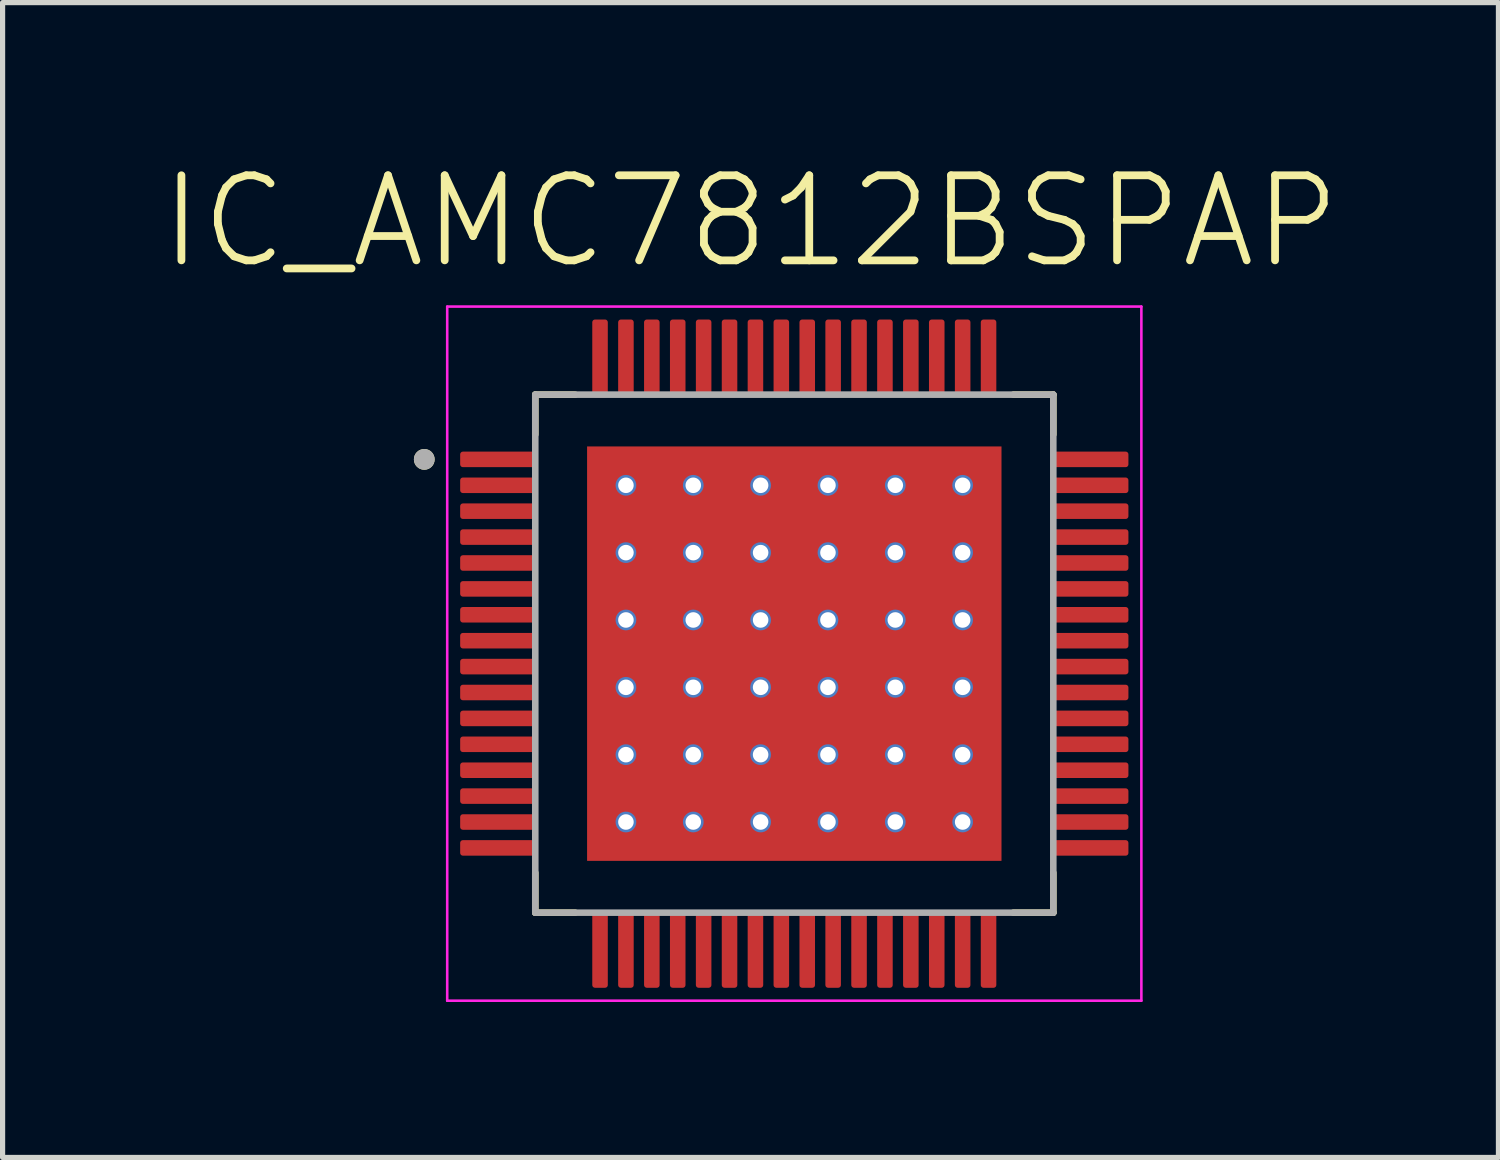
<source format=kicad_pcb>
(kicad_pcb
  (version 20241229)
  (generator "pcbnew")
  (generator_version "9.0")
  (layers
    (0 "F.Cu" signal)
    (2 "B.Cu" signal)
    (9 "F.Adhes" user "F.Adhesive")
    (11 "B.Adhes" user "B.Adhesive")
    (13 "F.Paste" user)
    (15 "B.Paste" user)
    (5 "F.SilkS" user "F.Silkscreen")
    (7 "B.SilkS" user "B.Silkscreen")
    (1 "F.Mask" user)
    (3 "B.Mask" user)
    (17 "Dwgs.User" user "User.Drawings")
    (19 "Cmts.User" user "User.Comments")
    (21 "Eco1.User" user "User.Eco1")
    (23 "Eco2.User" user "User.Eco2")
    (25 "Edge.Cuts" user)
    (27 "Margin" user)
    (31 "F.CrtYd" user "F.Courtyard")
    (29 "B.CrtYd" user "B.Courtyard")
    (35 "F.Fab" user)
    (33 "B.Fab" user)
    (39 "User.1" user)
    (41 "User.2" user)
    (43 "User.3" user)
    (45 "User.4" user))
  (footprint "IC_AMC7812BSPAP"
    (layer "F.Cu")
    (at 12.283 9.568)
    (property "Reference" "IC_AMC7812BSPAP" (at -0.845 -8.344 0) (layer "F.SilkS") (effects (font (size 1.642 1.642) (thickness 0.15))))
    (attr smd)
    (fp_poly (pts (xy -3.5 -3.5) (xy 3.5 -3.5) (xy 3.5 3.5) (xy -3.5 3.5)) (stroke (width 0.01) (type solid)) (fill yes) (layer "F.Mask"))
    (fp_poly (pts (xy -6.5 -3.625) (xy -6.5 -3.875) (xy -6.5 -3.879) (xy -6.5 -3.883) (xy -6.499 -3.887) (xy -6.498 -3.891) (xy -6.497 -3.894) (xy -6.496 -3.898) (xy -6.495 -3.902) (xy -6.494 -3.906) (xy -6.492 -3.909) (xy -6.49 -3.913) (xy -6.488 -3.916) (xy -6.486 -3.919) (xy -6.483 -3.922) (xy -6.481 -3.925) (xy -6.478 -3.928) (xy -6.475 -3.931) (xy -6.472 -3.933) (xy -6.469 -3.936) (xy -6.466 -3.938) (xy -6.463 -3.94) (xy -6.459 -3.942) (xy -6.456 -3.944) (xy -6.452 -3.945) (xy -6.448 -3.946) (xy -6.444 -3.947) (xy -6.441 -3.948) (xy -6.437 -3.949) (xy -6.433 -3.95) (xy -6.429 -3.95) (xy -6.425 -3.95) (xy -4.975 -3.95) (xy -4.971 -3.95) (xy -4.967 -3.95) (xy -4.963 -3.949) (xy -4.959 -3.948) (xy -4.956 -3.947) (xy -4.952 -3.946) (xy -4.948 -3.945) (xy -4.944 -3.944) (xy -4.941 -3.942) (xy -4.938 -3.94) (xy -4.934 -3.938) (xy -4.931 -3.936) (xy -4.928 -3.933) (xy -4.925 -3.931) (xy -4.922 -3.928) (xy -4.919 -3.925) (xy -4.917 -3.922) (xy -4.914 -3.919) (xy -4.912 -3.916) (xy -4.91 -3.913) (xy -4.908 -3.909) (xy -4.906 -3.906) (xy -4.905 -3.902) (xy -4.904 -3.898) (xy -4.903 -3.894) (xy -4.902 -3.891) (xy -4.901 -3.887) (xy -4.9 -3.883) (xy -4.9 -3.879) (xy -4.9 -3.875) (xy -4.9 -3.625) (xy -4.9 -3.621) (xy -4.9 -3.617) (xy -4.901 -3.613) (xy -4.902 -3.609) (xy -4.903 -3.606) (xy -4.904 -3.602) (xy -4.905 -3.598) (xy -4.906 -3.594) (xy -4.908 -3.591) (xy -4.91 -3.587) (xy -4.912 -3.584) (xy -4.914 -3.581) (xy -4.917 -3.578) (xy -4.919 -3.575) (xy -4.922 -3.572) (xy -4.925 -3.569) (xy -4.928 -3.567) (xy -4.931 -3.564) (xy -4.934 -3.562) (xy -4.938 -3.56) (xy -4.941 -3.558) (xy -4.944 -3.556) (xy -4.948 -3.555) (xy -4.952 -3.554) (xy -4.956 -3.553) (xy -4.959 -3.552) (xy -4.963 -3.551) (xy -4.967 -3.55) (xy -4.971 -3.55) (xy -4.975 -3.55) (xy -6.425 -3.55) (xy -6.429 -3.55) (xy -6.433 -3.55) (xy -6.437 -3.551) (xy -6.441 -3.552) (xy -6.444 -3.553) (xy -6.448 -3.554) (xy -6.452 -3.555) (xy -6.456 -3.556) (xy -6.459 -3.558) (xy -6.463 -3.56) (xy -6.466 -3.562) (xy -6.469 -3.564) (xy -6.472 -3.567) (xy -6.475 -3.569) (xy -6.478 -3.572) (xy -6.481 -3.575) (xy -6.483 -3.578) (xy -6.486 -3.581) (xy -6.488 -3.584) (xy -6.49 -3.587) (xy -6.492 -3.591) (xy -6.494 -3.594) (xy -6.495 -3.598) (xy -6.496 -3.602) (xy -6.497 -3.606) (xy -6.498 -3.609) (xy -6.499 -3.613) (xy -6.5 -3.617) (xy -6.5 -3.621) (xy -6.5 -3.625)) (stroke (width 0.01) (type solid)) (fill yes) (layer "F.Mask"))
    (fp_poly (pts (xy -6.5 -3.125) (xy -6.5 -3.375) (xy -6.5 -3.379) (xy -6.5 -3.383) (xy -6.499 -3.387) (xy -6.498 -3.391) (xy -6.497 -3.394) (xy -6.496 -3.398) (xy -6.495 -3.402) (xy -6.494 -3.406) (xy -6.492 -3.409) (xy -6.49 -3.413) (xy -6.488 -3.416) (xy -6.486 -3.419) (xy -6.483 -3.422) (xy -6.481 -3.425) (xy -6.478 -3.428) (xy -6.475 -3.431) (xy -6.472 -3.433) (xy -6.469 -3.436) (xy -6.466 -3.438) (xy -6.463 -3.44) (xy -6.459 -3.442) (xy -6.456 -3.444) (xy -6.452 -3.445) (xy -6.448 -3.446) (xy -6.444 -3.447) (xy -6.441 -3.448) (xy -6.437 -3.449) (xy -6.433 -3.45) (xy -6.429 -3.45) (xy -6.425 -3.45) (xy -4.975 -3.45) (xy -4.971 -3.45) (xy -4.967 -3.45) (xy -4.963 -3.449) (xy -4.959 -3.448) (xy -4.956 -3.447) (xy -4.952 -3.446) (xy -4.948 -3.445) (xy -4.944 -3.444) (xy -4.941 -3.442) (xy -4.938 -3.44) (xy -4.934 -3.438) (xy -4.931 -3.436) (xy -4.928 -3.433) (xy -4.925 -3.431) (xy -4.922 -3.428) (xy -4.919 -3.425) (xy -4.917 -3.422) (xy -4.914 -3.419) (xy -4.912 -3.416) (xy -4.91 -3.413) (xy -4.908 -3.409) (xy -4.906 -3.406) (xy -4.905 -3.402) (xy -4.904 -3.398) (xy -4.903 -3.394) (xy -4.902 -3.391) (xy -4.901 -3.387) (xy -4.9 -3.383) (xy -4.9 -3.379) (xy -4.9 -3.375) (xy -4.9 -3.125) (xy -4.9 -3.121) (xy -4.9 -3.117) (xy -4.901 -3.113) (xy -4.902 -3.109) (xy -4.903 -3.106) (xy -4.904 -3.102) (xy -4.905 -3.098) (xy -4.906 -3.094) (xy -4.908 -3.091) (xy -4.91 -3.087) (xy -4.912 -3.084) (xy -4.914 -3.081) (xy -4.917 -3.078) (xy -4.919 -3.075) (xy -4.922 -3.072) (xy -4.925 -3.069) (xy -4.928 -3.067) (xy -4.931 -3.064) (xy -4.934 -3.062) (xy -4.938 -3.06) (xy -4.941 -3.058) (xy -4.944 -3.056) (xy -4.948 -3.055) (xy -4.952 -3.054) (xy -4.956 -3.053) (xy -4.959 -3.052) (xy -4.963 -3.051) (xy -4.967 -3.05) (xy -4.971 -3.05) (xy -4.975 -3.05) (xy -6.425 -3.05) (xy -6.429 -3.05) (xy -6.433 -3.05) (xy -6.437 -3.051) (xy -6.441 -3.052) (xy -6.444 -3.053) (xy -6.448 -3.054) (xy -6.452 -3.055) (xy -6.456 -3.056) (xy -6.459 -3.058) (xy -6.463 -3.06) (xy -6.466 -3.062) (xy -6.469 -3.064) (xy -6.472 -3.067) (xy -6.475 -3.069) (xy -6.478 -3.072) (xy -6.481 -3.075) (xy -6.483 -3.078) (xy -6.486 -3.081) (xy -6.488 -3.084) (xy -6.49 -3.087) (xy -6.492 -3.091) (xy -6.494 -3.094) (xy -6.495 -3.098) (xy -6.496 -3.102) (xy -6.497 -3.106) (xy -6.498 -3.109) (xy -6.499 -3.113) (xy -6.5 -3.117) (xy -6.5 -3.121) (xy -6.5 -3.125)) (stroke (width 0.01) (type solid)) (fill yes) (layer "F.Mask"))
    (fp_poly (pts (xy -6.5 -2.625) (xy -6.5 -2.875) (xy -6.5 -2.879) (xy -6.5 -2.883) (xy -6.499 -2.887) (xy -6.498 -2.891) (xy -6.497 -2.894) (xy -6.496 -2.898) (xy -6.495 -2.902) (xy -6.494 -2.906) (xy -6.492 -2.909) (xy -6.49 -2.913) (xy -6.488 -2.916) (xy -6.486 -2.919) (xy -6.483 -2.922) (xy -6.481 -2.925) (xy -6.478 -2.928) (xy -6.475 -2.931) (xy -6.472 -2.933) (xy -6.469 -2.936) (xy -6.466 -2.938) (xy -6.463 -2.94) (xy -6.459 -2.942) (xy -6.456 -2.944) (xy -6.452 -2.945) (xy -6.448 -2.946) (xy -6.444 -2.947) (xy -6.441 -2.948) (xy -6.437 -2.949) (xy -6.433 -2.95) (xy -6.429 -2.95) (xy -6.425 -2.95) (xy -4.975 -2.95) (xy -4.971 -2.95) (xy -4.967 -2.95) (xy -4.963 -2.949) (xy -4.959 -2.948) (xy -4.956 -2.947) (xy -4.952 -2.946) (xy -4.948 -2.945) (xy -4.944 -2.944) (xy -4.941 -2.942) (xy -4.938 -2.94) (xy -4.934 -2.938) (xy -4.931 -2.936) (xy -4.928 -2.933) (xy -4.925 -2.931) (xy -4.922 -2.928) (xy -4.919 -2.925) (xy -4.917 -2.922) (xy -4.914 -2.919) (xy -4.912 -2.916) (xy -4.91 -2.913) (xy -4.908 -2.909) (xy -4.906 -2.906) (xy -4.905 -2.902) (xy -4.904 -2.898) (xy -4.903 -2.894) (xy -4.902 -2.891) (xy -4.901 -2.887) (xy -4.9 -2.883) (xy -4.9 -2.879) (xy -4.9 -2.875) (xy -4.9 -2.625) (xy -4.9 -2.621) (xy -4.9 -2.617) (xy -4.901 -2.613) (xy -4.902 -2.609) (xy -4.903 -2.606) (xy -4.904 -2.602) (xy -4.905 -2.598) (xy -4.906 -2.594) (xy -4.908 -2.591) (xy -4.91 -2.587) (xy -4.912 -2.584) (xy -4.914 -2.581) (xy -4.917 -2.578) (xy -4.919 -2.575) (xy -4.922 -2.572) (xy -4.925 -2.569) (xy -4.928 -2.567) (xy -4.931 -2.564) (xy -4.934 -2.562) (xy -4.938 -2.56) (xy -4.941 -2.558) (xy -4.944 -2.556) (xy -4.948 -2.555) (xy -4.952 -2.554) (xy -4.956 -2.553) (xy -4.959 -2.552) (xy -4.963 -2.551) (xy -4.967 -2.55) (xy -4.971 -2.55) (xy -4.975 -2.55) (xy -6.425 -2.55) (xy -6.429 -2.55) (xy -6.433 -2.55) (xy -6.437 -2.551) (xy -6.441 -2.552) (xy -6.444 -2.553) (xy -6.448 -2.554) (xy -6.452 -2.555) (xy -6.456 -2.556) (xy -6.459 -2.558) (xy -6.463 -2.56) (xy -6.466 -2.562) (xy -6.469 -2.564) (xy -6.472 -2.567) (xy -6.475 -2.569) (xy -6.478 -2.572) (xy -6.481 -2.575) (xy -6.483 -2.578) (xy -6.486 -2.581) (xy -6.488 -2.584) (xy -6.49 -2.587) (xy -6.492 -2.591) (xy -6.494 -2.594) (xy -6.495 -2.598) (xy -6.496 -2.602) (xy -6.497 -2.606) (xy -6.498 -2.609) (xy -6.499 -2.613) (xy -6.5 -2.617) (xy -6.5 -2.621) (xy -6.5 -2.625)) (stroke (width 0.01) (type solid)) (fill yes) (layer "F.Mask"))
    (fp_poly (pts (xy -6.5 -2.125) (xy -6.5 -2.375) (xy -6.5 -2.379) (xy -6.5 -2.383) (xy -6.499 -2.387) (xy -6.498 -2.391) (xy -6.497 -2.394) (xy -6.496 -2.398) (xy -6.495 -2.402) (xy -6.494 -2.406) (xy -6.492 -2.409) (xy -6.49 -2.413) (xy -6.488 -2.416) (xy -6.486 -2.419) (xy -6.483 -2.422) (xy -6.481 -2.425) (xy -6.478 -2.428) (xy -6.475 -2.431) (xy -6.472 -2.433) (xy -6.469 -2.436) (xy -6.466 -2.438) (xy -6.463 -2.44) (xy -6.459 -2.442) (xy -6.456 -2.444) (xy -6.452 -2.445) (xy -6.448 -2.446) (xy -6.444 -2.447) (xy -6.441 -2.448) (xy -6.437 -2.449) (xy -6.433 -2.45) (xy -6.429 -2.45) (xy -6.425 -2.45) (xy -4.975 -2.45) (xy -4.971 -2.45) (xy -4.967 -2.45) (xy -4.963 -2.449) (xy -4.959 -2.448) (xy -4.956 -2.447) (xy -4.952 -2.446) (xy -4.948 -2.445) (xy -4.944 -2.444) (xy -4.941 -2.442) (xy -4.938 -2.44) (xy -4.934 -2.438) (xy -4.931 -2.436) (xy -4.928 -2.433) (xy -4.925 -2.431) (xy -4.922 -2.428) (xy -4.919 -2.425) (xy -4.917 -2.422) (xy -4.914 -2.419) (xy -4.912 -2.416) (xy -4.91 -2.413) (xy -4.908 -2.409) (xy -4.906 -2.406) (xy -4.905 -2.402) (xy -4.904 -2.398) (xy -4.903 -2.394) (xy -4.902 -2.391) (xy -4.901 -2.387) (xy -4.9 -2.383) (xy -4.9 -2.379) (xy -4.9 -2.375) (xy -4.9 -2.125) (xy -4.9 -2.121) (xy -4.9 -2.117) (xy -4.901 -2.113) (xy -4.902 -2.109) (xy -4.903 -2.106) (xy -4.904 -2.102) (xy -4.905 -2.098) (xy -4.906 -2.094) (xy -4.908 -2.091) (xy -4.91 -2.087) (xy -4.912 -2.084) (xy -4.914 -2.081) (xy -4.917 -2.078) (xy -4.919 -2.075) (xy -4.922 -2.072) (xy -4.925 -2.069) (xy -4.928 -2.067) (xy -4.931 -2.064) (xy -4.934 -2.062) (xy -4.938 -2.06) (xy -4.941 -2.058) (xy -4.944 -2.056) (xy -4.948 -2.055) (xy -4.952 -2.054) (xy -4.956 -2.053) (xy -4.959 -2.052) (xy -4.963 -2.051) (xy -4.967 -2.05) (xy -4.971 -2.05) (xy -4.975 -2.05) (xy -6.425 -2.05) (xy -6.429 -2.05) (xy -6.433 -2.05) (xy -6.437 -2.051) (xy -6.441 -2.052) (xy -6.444 -2.053) (xy -6.448 -2.054) (xy -6.452 -2.055) (xy -6.456 -2.056) (xy -6.459 -2.058) (xy -6.463 -2.06) (xy -6.466 -2.062) (xy -6.469 -2.064) (xy -6.472 -2.067) (xy -6.475 -2.069) (xy -6.478 -2.072) (xy -6.481 -2.075) (xy -6.483 -2.078) (xy -6.486 -2.081) (xy -6.488 -2.084) (xy -6.49 -2.087) (xy -6.492 -2.091) (xy -6.494 -2.094) (xy -6.495 -2.098) (xy -6.496 -2.102) (xy -6.497 -2.106) (xy -6.498 -2.109) (xy -6.499 -2.113) (xy -6.5 -2.117) (xy -6.5 -2.121) (xy -6.5 -2.125)) (stroke (width 0.01) (type solid)) (fill yes) (layer "F.Mask"))
    (fp_poly (pts (xy -6.5 -1.625) (xy -6.5 -1.875) (xy -6.5 -1.879) (xy -6.5 -1.883) (xy -6.499 -1.887) (xy -6.498 -1.891) (xy -6.497 -1.894) (xy -6.496 -1.898) (xy -6.495 -1.902) (xy -6.494 -1.906) (xy -6.492 -1.909) (xy -6.49 -1.913) (xy -6.488 -1.916) (xy -6.486 -1.919) (xy -6.483 -1.922) (xy -6.481 -1.925) (xy -6.478 -1.928) (xy -6.475 -1.931) (xy -6.472 -1.933) (xy -6.469 -1.936) (xy -6.466 -1.938) (xy -6.463 -1.94) (xy -6.459 -1.942) (xy -6.456 -1.944) (xy -6.452 -1.945) (xy -6.448 -1.946) (xy -6.444 -1.947) (xy -6.441 -1.948) (xy -6.437 -1.949) (xy -6.433 -1.95) (xy -6.429 -1.95) (xy -6.425 -1.95) (xy -4.975 -1.95) (xy -4.971 -1.95) (xy -4.967 -1.95) (xy -4.963 -1.949) (xy -4.959 -1.948) (xy -4.956 -1.947) (xy -4.952 -1.946) (xy -4.948 -1.945) (xy -4.944 -1.944) (xy -4.941 -1.942) (xy -4.938 -1.94) (xy -4.934 -1.938) (xy -4.931 -1.936) (xy -4.928 -1.933) (xy -4.925 -1.931) (xy -4.922 -1.928) (xy -4.919 -1.925) (xy -4.917 -1.922) (xy -4.914 -1.919) (xy -4.912 -1.916) (xy -4.91 -1.913) (xy -4.908 -1.909) (xy -4.906 -1.906) (xy -4.905 -1.902) (xy -4.904 -1.898) (xy -4.903 -1.894) (xy -4.902 -1.891) (xy -4.901 -1.887) (xy -4.9 -1.883) (xy -4.9 -1.879) (xy -4.9 -1.875) (xy -4.9 -1.625) (xy -4.9 -1.621) (xy -4.9 -1.617) (xy -4.901 -1.613) (xy -4.902 -1.609) (xy -4.903 -1.606) (xy -4.904 -1.602) (xy -4.905 -1.598) (xy -4.906 -1.594) (xy -4.908 -1.591) (xy -4.91 -1.587) (xy -4.912 -1.584) (xy -4.914 -1.581) (xy -4.917 -1.578) (xy -4.919 -1.575) (xy -4.922 -1.572) (xy -4.925 -1.569) (xy -4.928 -1.567) (xy -4.931 -1.564) (xy -4.934 -1.562) (xy -4.938 -1.56) (xy -4.941 -1.558) (xy -4.944 -1.556) (xy -4.948 -1.555) (xy -4.952 -1.554) (xy -4.956 -1.553) (xy -4.959 -1.552) (xy -4.963 -1.551) (xy -4.967 -1.55) (xy -4.971 -1.55) (xy -4.975 -1.55) (xy -6.425 -1.55) (xy -6.429 -1.55) (xy -6.433 -1.55) (xy -6.437 -1.551) (xy -6.441 -1.552) (xy -6.444 -1.553) (xy -6.448 -1.554) (xy -6.452 -1.555) (xy -6.456 -1.556) (xy -6.459 -1.558) (xy -6.463 -1.56) (xy -6.466 -1.562) (xy -6.469 -1.564) (xy -6.472 -1.567) (xy -6.475 -1.569) (xy -6.478 -1.572) (xy -6.481 -1.575) (xy -6.483 -1.578) (xy -6.486 -1.581) (xy -6.488 -1.584) (xy -6.49 -1.587) (xy -6.492 -1.591) (xy -6.494 -1.594) (xy -6.495 -1.598) (xy -6.496 -1.602) (xy -6.497 -1.606) (xy -6.498 -1.609) (xy -6.499 -1.613) (xy -6.5 -1.617) (xy -6.5 -1.621) (xy -6.5 -1.625)) (stroke (width 0.01) (type solid)) (fill yes) (layer "F.Mask"))
    (fp_poly (pts (xy -6.5 -1.125) (xy -6.5 -1.375) (xy -6.5 -1.379) (xy -6.5 -1.383) (xy -6.499 -1.387) (xy -6.498 -1.391) (xy -6.497 -1.394) (xy -6.496 -1.398) (xy -6.495 -1.402) (xy -6.494 -1.406) (xy -6.492 -1.409) (xy -6.49 -1.413) (xy -6.488 -1.416) (xy -6.486 -1.419) (xy -6.483 -1.422) (xy -6.481 -1.425) (xy -6.478 -1.428) (xy -6.475 -1.431) (xy -6.472 -1.433) (xy -6.469 -1.436) (xy -6.466 -1.438) (xy -6.463 -1.44) (xy -6.459 -1.442) (xy -6.456 -1.444) (xy -6.452 -1.445) (xy -6.448 -1.446) (xy -6.444 -1.447) (xy -6.441 -1.448) (xy -6.437 -1.449) (xy -6.433 -1.45) (xy -6.429 -1.45) (xy -6.425 -1.45) (xy -4.975 -1.45) (xy -4.971 -1.45) (xy -4.967 -1.45) (xy -4.963 -1.449) (xy -4.959 -1.448) (xy -4.956 -1.447) (xy -4.952 -1.446) (xy -4.948 -1.445) (xy -4.944 -1.444) (xy -4.941 -1.442) (xy -4.938 -1.44) (xy -4.934 -1.438) (xy -4.931 -1.436) (xy -4.928 -1.433) (xy -4.925 -1.431) (xy -4.922 -1.428) (xy -4.919 -1.425) (xy -4.917 -1.422) (xy -4.914 -1.419) (xy -4.912 -1.416) (xy -4.91 -1.413) (xy -4.908 -1.409) (xy -4.906 -1.406) (xy -4.905 -1.402) (xy -4.904 -1.398) (xy -4.903 -1.394) (xy -4.902 -1.391) (xy -4.901 -1.387) (xy -4.9 -1.383) (xy -4.9 -1.379) (xy -4.9 -1.375) (xy -4.9 -1.125) (xy -4.9 -1.121) (xy -4.9 -1.117) (xy -4.901 -1.113) (xy -4.902 -1.109) (xy -4.903 -1.106) (xy -4.904 -1.102) (xy -4.905 -1.098) (xy -4.906 -1.094) (xy -4.908 -1.091) (xy -4.91 -1.087) (xy -4.912 -1.084) (xy -4.914 -1.081) (xy -4.917 -1.078) (xy -4.919 -1.075) (xy -4.922 -1.072) (xy -4.925 -1.069) (xy -4.928 -1.067) (xy -4.931 -1.064) (xy -4.934 -1.062) (xy -4.938 -1.06) (xy -4.941 -1.058) (xy -4.944 -1.056) (xy -4.948 -1.055) (xy -4.952 -1.054) (xy -4.956 -1.053) (xy -4.959 -1.052) (xy -4.963 -1.051) (xy -4.967 -1.05) (xy -4.971 -1.05) (xy -4.975 -1.05) (xy -6.425 -1.05) (xy -6.429 -1.05) (xy -6.433 -1.05) (xy -6.437 -1.051) (xy -6.441 -1.052) (xy -6.444 -1.053) (xy -6.448 -1.054) (xy -6.452 -1.055) (xy -6.456 -1.056) (xy -6.459 -1.058) (xy -6.463 -1.06) (xy -6.466 -1.062) (xy -6.469 -1.064) (xy -6.472 -1.067) (xy -6.475 -1.069) (xy -6.478 -1.072) (xy -6.481 -1.075) (xy -6.483 -1.078) (xy -6.486 -1.081) (xy -6.488 -1.084) (xy -6.49 -1.087) (xy -6.492 -1.091) (xy -6.494 -1.094) (xy -6.495 -1.098) (xy -6.496 -1.102) (xy -6.497 -1.106) (xy -6.498 -1.109) (xy -6.499 -1.113) (xy -6.5 -1.117) (xy -6.5 -1.121) (xy -6.5 -1.125)) (stroke (width 0.01) (type solid)) (fill yes) (layer "F.Mask"))
    (fp_poly (pts (xy -6.5 -0.625) (xy -6.5 -0.875) (xy -6.5 -0.879) (xy -6.5 -0.883) (xy -6.499 -0.887) (xy -6.498 -0.891) (xy -6.497 -0.894) (xy -6.496 -0.898) (xy -6.495 -0.902) (xy -6.494 -0.906) (xy -6.492 -0.909) (xy -6.49 -0.912) (xy -6.488 -0.916) (xy -6.486 -0.919) (xy -6.483 -0.922) (xy -6.481 -0.925) (xy -6.478 -0.928) (xy -6.475 -0.931) (xy -6.472 -0.933) (xy -6.469 -0.936) (xy -6.466 -0.938) (xy -6.463 -0.94) (xy -6.459 -0.942) (xy -6.456 -0.944) (xy -6.452 -0.945) (xy -6.448 -0.946) (xy -6.444 -0.947) (xy -6.441 -0.948) (xy -6.437 -0.949) (xy -6.433 -0.95) (xy -6.429 -0.95) (xy -6.425 -0.95) (xy -4.975 -0.95) (xy -4.971 -0.95) (xy -4.967 -0.95) (xy -4.963 -0.949) (xy -4.959 -0.948) (xy -4.956 -0.947) (xy -4.952 -0.946) (xy -4.948 -0.945) (xy -4.944 -0.944) (xy -4.941 -0.942) (xy -4.938 -0.94) (xy -4.934 -0.938) (xy -4.931 -0.936) (xy -4.928 -0.933) (xy -4.925 -0.931) (xy -4.922 -0.928) (xy -4.919 -0.925) (xy -4.917 -0.922) (xy -4.914 -0.919) (xy -4.912 -0.916) (xy -4.91 -0.913) (xy -4.908 -0.909) (xy -4.906 -0.906) (xy -4.905 -0.902) (xy -4.904 -0.898) (xy -4.903 -0.894) (xy -4.902 -0.891) (xy -4.901 -0.887) (xy -4.9 -0.883) (xy -4.9 -0.879) (xy -4.9 -0.875) (xy -4.9 -0.625) (xy -4.9 -0.621) (xy -4.9 -0.617) (xy -4.901 -0.613) (xy -4.902 -0.609) (xy -4.903 -0.606) (xy -4.904 -0.602) (xy -4.905 -0.598) (xy -4.906 -0.594) (xy -4.908 -0.591) (xy -4.91 -0.587) (xy -4.912 -0.584) (xy -4.914 -0.581) (xy -4.917 -0.578) (xy -4.919 -0.575) (xy -4.922 -0.572) (xy -4.925 -0.569) (xy -4.928 -0.567) (xy -4.931 -0.564) (xy -4.934 -0.562) (xy -4.938 -0.56) (xy -4.941 -0.558) (xy -4.944 -0.556) (xy -4.948 -0.555) (xy -4.952 -0.554) (xy -4.956 -0.553) (xy -4.959 -0.552) (xy -4.963 -0.551) (xy -4.967 -0.55) (xy -4.971 -0.55) (xy -4.975 -0.55) (xy -6.425 -0.55) (xy -6.429 -0.55) (xy -6.433 -0.55) (xy -6.437 -0.551) (xy -6.441 -0.552) (xy -6.444 -0.553) (xy -6.448 -0.554) (xy -6.452 -0.555) (xy -6.456 -0.556) (xy -6.459 -0.558) (xy -6.463 -0.56) (xy -6.466 -0.562) (xy -6.469 -0.564) (xy -6.472 -0.567) (xy -6.475 -0.569) (xy -6.478 -0.572) (xy -6.481 -0.575) (xy -6.483 -0.578) (xy -6.486 -0.581) (xy -6.488 -0.584) (xy -6.49 -0.588) (xy -6.492 -0.591) (xy -6.494 -0.594) (xy -6.495 -0.598) (xy -6.496 -0.602) (xy -6.497 -0.606) (xy -6.498 -0.609) (xy -6.499 -0.613) (xy -6.5 -0.617) (xy -6.5 -0.621) (xy -6.5 -0.625)) (stroke (width 0.01) (type solid)) (fill yes) (layer "F.Mask"))
    (fp_poly (pts (xy -6.5 -0.125) (xy -6.5 -0.375) (xy -6.5 -0.379) (xy -6.5 -0.383) (xy -6.499 -0.387) (xy -6.498 -0.391) (xy -6.497 -0.394) (xy -6.496 -0.398) (xy -6.495 -0.402) (xy -6.494 -0.406) (xy -6.492 -0.409) (xy -6.49 -0.412) (xy -6.488 -0.416) (xy -6.486 -0.419) (xy -6.483 -0.422) (xy -6.481 -0.425) (xy -6.478 -0.428) (xy -6.475 -0.431) (xy -6.472 -0.433) (xy -6.469 -0.436) (xy -6.466 -0.438) (xy -6.463 -0.44) (xy -6.459 -0.442) (xy -6.456 -0.444) (xy -6.452 -0.445) (xy -6.448 -0.446) (xy -6.444 -0.447) (xy -6.441 -0.448) (xy -6.437 -0.449) (xy -6.433 -0.45) (xy -6.429 -0.45) (xy -6.425 -0.45) (xy -4.975 -0.45) (xy -4.971 -0.45) (xy -4.967 -0.45) (xy -4.963 -0.449) (xy -4.959 -0.448) (xy -4.956 -0.447) (xy -4.952 -0.446) (xy -4.948 -0.445) (xy -4.944 -0.444) (xy -4.941 -0.442) (xy -4.938 -0.44) (xy -4.934 -0.438) (xy -4.931 -0.436) (xy -4.928 -0.433) (xy -4.925 -0.431) (xy -4.922 -0.428) (xy -4.919 -0.425) (xy -4.917 -0.422) (xy -4.914 -0.419) (xy -4.912 -0.416) (xy -4.91 -0.413) (xy -4.908 -0.409) (xy -4.906 -0.406) (xy -4.905 -0.402) (xy -4.904 -0.398) (xy -4.903 -0.394) (xy -4.902 -0.391) (xy -4.901 -0.387) (xy -4.9 -0.383) (xy -4.9 -0.379) (xy -4.9 -0.375) (xy -4.9 -0.125) (xy -4.9 -0.121) (xy -4.9 -0.117) (xy -4.901 -0.113) (xy -4.902 -0.109) (xy -4.903 -0.106) (xy -4.904 -0.102) (xy -4.905 -0.098) (xy -4.906 -0.094) (xy -4.908 -0.091) (xy -4.91 -0.087) (xy -4.912 -0.084) (xy -4.914 -0.081) (xy -4.917 -0.078) (xy -4.919 -0.075) (xy -4.922 -0.072) (xy -4.925 -0.069) (xy -4.928 -0.067) (xy -4.931 -0.064) (xy -4.934 -0.062) (xy -4.938 -0.06) (xy -4.941 -0.058) (xy -4.944 -0.056) (xy -4.948 -0.055) (xy -4.952 -0.054) (xy -4.956 -0.053) (xy -4.959 -0.052) (xy -4.963 -0.051) (xy -4.967 -0.05) (xy -4.971 -0.05) (xy -4.975 -0.05) (xy -6.425 -0.05) (xy -6.429 -0.05) (xy -6.433 -0.05) (xy -6.437 -0.051) (xy -6.441 -0.052) (xy -6.444 -0.053) (xy -6.448 -0.054) (xy -6.452 -0.055) (xy -6.456 -0.056) (xy -6.459 -0.058) (xy -6.463 -0.06) (xy -6.466 -0.062) (xy -6.469 -0.064) (xy -6.472 -0.067) (xy -6.475 -0.069) (xy -6.478 -0.072) (xy -6.481 -0.075) (xy -6.483 -0.078) (xy -6.486 -0.081) (xy -6.488 -0.084) (xy -6.49 -0.088) (xy -6.492 -0.091) (xy -6.494 -0.094) (xy -6.495 -0.098) (xy -6.496 -0.102) (xy -6.497 -0.106) (xy -6.498 -0.109) (xy -6.499 -0.113) (xy -6.5 -0.117) (xy -6.5 -0.121) (xy -6.5 -0.125)) (stroke (width 0.01) (type solid)) (fill yes) (layer "F.Mask"))
    (fp_poly (pts (xy -6.5 0.375) (xy -6.5 0.125) (xy -6.5 0.121) (xy -6.5 0.117) (xy -6.499 0.113) (xy -6.498 0.109) (xy -6.497 0.106) (xy -6.496 0.102) (xy -6.495 0.098) (xy -6.494 0.094) (xy -6.492 0.091) (xy -6.49 0.088) (xy -6.488 0.084) (xy -6.486 0.081) (xy -6.483 0.078) (xy -6.481 0.075) (xy -6.478 0.072) (xy -6.475 0.069) (xy -6.472 0.067) (xy -6.469 0.064) (xy -6.466 0.062) (xy -6.463 0.06) (xy -6.459 0.058) (xy -6.456 0.056) (xy -6.452 0.055) (xy -6.448 0.054) (xy -6.444 0.053) (xy -6.441 0.052) (xy -6.437 0.051) (xy -6.433 0.05) (xy -6.429 0.05) (xy -6.425 0.05) (xy -4.975 0.05) (xy -4.971 0.05) (xy -4.967 0.05) (xy -4.963 0.051) (xy -4.959 0.052) (xy -4.956 0.053) (xy -4.952 0.054) (xy -4.948 0.055) (xy -4.944 0.056) (xy -4.941 0.058) (xy -4.938 0.06) (xy -4.934 0.062) (xy -4.931 0.064) (xy -4.928 0.067) (xy -4.925 0.069) (xy -4.922 0.072) (xy -4.919 0.075) (xy -4.917 0.078) (xy -4.914 0.081) (xy -4.912 0.084) (xy -4.91 0.087) (xy -4.908 0.091) (xy -4.906 0.094) (xy -4.905 0.098) (xy -4.904 0.102) (xy -4.903 0.106) (xy -4.902 0.109) (xy -4.901 0.113) (xy -4.9 0.117) (xy -4.9 0.121) (xy -4.9 0.125) (xy -4.9 0.375) (xy -4.9 0.379) (xy -4.9 0.383) (xy -4.901 0.387) (xy -4.902 0.391) (xy -4.903 0.394) (xy -4.904 0.398) (xy -4.905 0.402) (xy -4.906 0.406) (xy -4.908 0.409) (xy -4.91 0.413) (xy -4.912 0.416) (xy -4.914 0.419) (xy -4.917 0.422) (xy -4.919 0.425) (xy -4.922 0.428) (xy -4.925 0.431) (xy -4.928 0.433) (xy -4.931 0.436) (xy -4.934 0.438) (xy -4.938 0.44) (xy -4.941 0.442) (xy -4.944 0.444) (xy -4.948 0.445) (xy -4.952 0.446) (xy -4.956 0.447) (xy -4.959 0.448) (xy -4.963 0.449) (xy -4.967 0.45) (xy -4.971 0.45) (xy -4.975 0.45) (xy -6.425 0.45) (xy -6.429 0.45) (xy -6.433 0.45) (xy -6.437 0.449) (xy -6.441 0.448) (xy -6.444 0.447) (xy -6.448 0.446) (xy -6.452 0.445) (xy -6.456 0.444) (xy -6.459 0.442) (xy -6.463 0.44) (xy -6.466 0.438) (xy -6.469 0.436) (xy -6.472 0.433) (xy -6.475 0.431) (xy -6.478 0.428) (xy -6.481 0.425) (xy -6.483 0.422) (xy -6.486 0.419) (xy -6.488 0.416) (xy -6.49 0.412) (xy -6.492 0.409) (xy -6.494 0.406) (xy -6.495 0.402) (xy -6.496 0.398) (xy -6.497 0.394) (xy -6.498 0.391) (xy -6.499 0.387) (xy -6.5 0.383) (xy -6.5 0.379) (xy -6.5 0.375)) (stroke (width 0.01) (type solid)) (fill yes) (layer "F.Mask"))
    (fp_poly (pts (xy -6.5 0.875) (xy -6.5 0.625) (xy -6.5 0.621) (xy -6.5 0.617) (xy -6.499 0.613) (xy -6.498 0.609) (xy -6.497 0.606) (xy -6.496 0.602) (xy -6.495 0.598) (xy -6.494 0.594) (xy -6.492 0.591) (xy -6.49 0.588) (xy -6.488 0.584) (xy -6.486 0.581) (xy -6.483 0.578) (xy -6.481 0.575) (xy -6.478 0.572) (xy -6.475 0.569) (xy -6.472 0.567) (xy -6.469 0.564) (xy -6.466 0.562) (xy -6.463 0.56) (xy -6.459 0.558) (xy -6.456 0.556) (xy -6.452 0.555) (xy -6.448 0.554) (xy -6.444 0.553) (xy -6.441 0.552) (xy -6.437 0.551) (xy -6.433 0.55) (xy -6.429 0.55) (xy -6.425 0.55) (xy -4.975 0.55) (xy -4.971 0.55) (xy -4.967 0.55) (xy -4.963 0.551) (xy -4.959 0.552) (xy -4.956 0.553) (xy -4.952 0.554) (xy -4.948 0.555) (xy -4.944 0.556) (xy -4.941 0.558) (xy -4.938 0.56) (xy -4.934 0.562) (xy -4.931 0.564) (xy -4.928 0.567) (xy -4.925 0.569) (xy -4.922 0.572) (xy -4.919 0.575) (xy -4.917 0.578) (xy -4.914 0.581) (xy -4.912 0.584) (xy -4.91 0.587) (xy -4.908 0.591) (xy -4.906 0.594) (xy -4.905 0.598) (xy -4.904 0.602) (xy -4.903 0.606) (xy -4.902 0.609) (xy -4.901 0.613) (xy -4.9 0.617) (xy -4.9 0.621) (xy -4.9 0.625) (xy -4.9 0.875) (xy -4.9 0.879) (xy -4.9 0.883) (xy -4.901 0.887) (xy -4.902 0.891) (xy -4.903 0.894) (xy -4.904 0.898) (xy -4.905 0.902) (xy -4.906 0.906) (xy -4.908 0.909) (xy -4.91 0.913) (xy -4.912 0.916) (xy -4.914 0.919) (xy -4.917 0.922) (xy -4.919 0.925) (xy -4.922 0.928) (xy -4.925 0.931) (xy -4.928 0.933) (xy -4.931 0.936) (xy -4.934 0.938) (xy -4.938 0.94) (xy -4.941 0.942) (xy -4.944 0.944) (xy -4.948 0.945) (xy -4.952 0.946) (xy -4.956 0.947) (xy -4.959 0.948) (xy -4.963 0.949) (xy -4.967 0.95) (xy -4.971 0.95) (xy -4.975 0.95) (xy -6.425 0.95) (xy -6.429 0.95) (xy -6.433 0.95) (xy -6.437 0.949) (xy -6.441 0.948) (xy -6.444 0.947) (xy -6.448 0.946) (xy -6.452 0.945) (xy -6.456 0.944) (xy -6.459 0.942) (xy -6.463 0.94) (xy -6.466 0.938) (xy -6.469 0.936) (xy -6.472 0.933) (xy -6.475 0.931) (xy -6.478 0.928) (xy -6.481 0.925) (xy -6.483 0.922) (xy -6.486 0.919) (xy -6.488 0.916) (xy -6.49 0.912) (xy -6.492 0.909) (xy -6.494 0.906) (xy -6.495 0.902) (xy -6.496 0.898) (xy -6.497 0.894) (xy -6.498 0.891) (xy -6.499 0.887) (xy -6.5 0.883) (xy -6.5 0.879) (xy -6.5 0.875)) (stroke (width 0.01) (type solid)) (fill yes) (layer "F.Mask"))
    (fp_poly (pts (xy -6.5 1.375) (xy -6.5 1.125) (xy -6.5 1.121) (xy -6.5 1.117) (xy -6.499 1.113) (xy -6.498 1.109) (xy -6.497 1.106) (xy -6.496 1.102) (xy -6.495 1.098) (xy -6.494 1.094) (xy -6.492 1.091) (xy -6.49 1.087) (xy -6.488 1.084) (xy -6.486 1.081) (xy -6.483 1.078) (xy -6.481 1.075) (xy -6.478 1.072) (xy -6.475 1.069) (xy -6.472 1.067) (xy -6.469 1.064) (xy -6.466 1.062) (xy -6.463 1.06) (xy -6.459 1.058) (xy -6.456 1.056) (xy -6.452 1.055) (xy -6.448 1.054) (xy -6.444 1.053) (xy -6.441 1.052) (xy -6.437 1.051) (xy -6.433 1.05) (xy -6.429 1.05) (xy -6.425 1.05) (xy -4.975 1.05) (xy -4.971 1.05) (xy -4.967 1.05) (xy -4.963 1.051) (xy -4.959 1.052) (xy -4.956 1.053) (xy -4.952 1.054) (xy -4.948 1.055) (xy -4.944 1.056) (xy -4.941 1.058) (xy -4.938 1.06) (xy -4.934 1.062) (xy -4.931 1.064) (xy -4.928 1.067) (xy -4.925 1.069) (xy -4.922 1.072) (xy -4.919 1.075) (xy -4.917 1.078) (xy -4.914 1.081) (xy -4.912 1.084) (xy -4.91 1.087) (xy -4.908 1.091) (xy -4.906 1.094) (xy -4.905 1.098) (xy -4.904 1.102) (xy -4.903 1.106) (xy -4.902 1.109) (xy -4.901 1.113) (xy -4.9 1.117) (xy -4.9 1.121) (xy -4.9 1.125) (xy -4.9 1.375) (xy -4.9 1.379) (xy -4.9 1.383) (xy -4.901 1.387) (xy -4.902 1.391) (xy -4.903 1.394) (xy -4.904 1.398) (xy -4.905 1.402) (xy -4.906 1.406) (xy -4.908 1.409) (xy -4.91 1.413) (xy -4.912 1.416) (xy -4.914 1.419) (xy -4.917 1.422) (xy -4.919 1.425) (xy -4.922 1.428) (xy -4.925 1.431) (xy -4.928 1.433) (xy -4.931 1.436) (xy -4.934 1.438) (xy -4.938 1.44) (xy -4.941 1.442) (xy -4.944 1.444) (xy -4.948 1.445) (xy -4.952 1.446) (xy -4.956 1.447) (xy -4.959 1.448) (xy -4.963 1.449) (xy -4.967 1.45) (xy -4.971 1.45) (xy -4.975 1.45) (xy -6.425 1.45) (xy -6.429 1.45) (xy -6.433 1.45) (xy -6.437 1.449) (xy -6.441 1.448) (xy -6.444 1.447) (xy -6.448 1.446) (xy -6.452 1.445) (xy -6.456 1.444) (xy -6.459 1.442) (xy -6.463 1.44) (xy -6.466 1.438) (xy -6.469 1.436) (xy -6.472 1.433) (xy -6.475 1.431) (xy -6.478 1.428) (xy -6.481 1.425) (xy -6.483 1.422) (xy -6.486 1.419) (xy -6.488 1.416) (xy -6.49 1.413) (xy -6.492 1.409) (xy -6.494 1.406) (xy -6.495 1.402) (xy -6.496 1.398) (xy -6.497 1.394) (xy -6.498 1.391) (xy -6.499 1.387) (xy -6.5 1.383) (xy -6.5 1.379) (xy -6.5 1.375)) (stroke (width 0.01) (type solid)) (fill yes) (layer "F.Mask"))
    (fp_poly (pts (xy -6.5 1.875) (xy -6.5 1.625) (xy -6.5 1.621) (xy -6.5 1.617) (xy -6.499 1.613) (xy -6.498 1.609) (xy -6.497 1.606) (xy -6.496 1.602) (xy -6.495 1.598) (xy -6.494 1.594) (xy -6.492 1.591) (xy -6.49 1.587) (xy -6.488 1.584) (xy -6.486 1.581) (xy -6.483 1.578) (xy -6.481 1.575) (xy -6.478 1.572) (xy -6.475 1.569) (xy -6.472 1.567) (xy -6.469 1.564) (xy -6.466 1.562) (xy -6.463 1.56) (xy -6.459 1.558) (xy -6.456 1.556) (xy -6.452 1.555) (xy -6.448 1.554) (xy -6.444 1.553) (xy -6.441 1.552) (xy -6.437 1.551) (xy -6.433 1.55) (xy -6.429 1.55) (xy -6.425 1.55) (xy -4.975 1.55) (xy -4.971 1.55) (xy -4.967 1.55) (xy -4.963 1.551) (xy -4.959 1.552) (xy -4.956 1.553) (xy -4.952 1.554) (xy -4.948 1.555) (xy -4.944 1.556) (xy -4.941 1.558) (xy -4.938 1.56) (xy -4.934 1.562) (xy -4.931 1.564) (xy -4.928 1.567) (xy -4.925 1.569) (xy -4.922 1.572) (xy -4.919 1.575) (xy -4.917 1.578) (xy -4.914 1.581) (xy -4.912 1.584) (xy -4.91 1.587) (xy -4.908 1.591) (xy -4.906 1.594) (xy -4.905 1.598) (xy -4.904 1.602) (xy -4.903 1.606) (xy -4.902 1.609) (xy -4.901 1.613) (xy -4.9 1.617) (xy -4.9 1.621) (xy -4.9 1.625) (xy -4.9 1.875) (xy -4.9 1.879) (xy -4.9 1.883) (xy -4.901 1.887) (xy -4.902 1.891) (xy -4.903 1.894) (xy -4.904 1.898) (xy -4.905 1.902) (xy -4.906 1.906) (xy -4.908 1.909) (xy -4.91 1.913) (xy -4.912 1.916) (xy -4.914 1.919) (xy -4.917 1.922) (xy -4.919 1.925) (xy -4.922 1.928) (xy -4.925 1.931) (xy -4.928 1.933) (xy -4.931 1.936) (xy -4.934 1.938) (xy -4.938 1.94) (xy -4.941 1.942) (xy -4.944 1.944) (xy -4.948 1.945) (xy -4.952 1.946) (xy -4.956 1.947) (xy -4.959 1.948) (xy -4.963 1.949) (xy -4.967 1.95) (xy -4.971 1.95) (xy -4.975 1.95) (xy -6.425 1.95) (xy -6.429 1.95) (xy -6.433 1.95) (xy -6.437 1.949) (xy -6.441 1.948) (xy -6.444 1.947) (xy -6.448 1.946) (xy -6.452 1.945) (xy -6.456 1.944) (xy -6.459 1.942) (xy -6.463 1.94) (xy -6.466 1.938) (xy -6.469 1.936) (xy -6.472 1.933) (xy -6.475 1.931) (xy -6.478 1.928) (xy -6.481 1.925) (xy -6.483 1.922) (xy -6.486 1.919) (xy -6.488 1.916) (xy -6.49 1.913) (xy -6.492 1.909) (xy -6.494 1.906) (xy -6.495 1.902) (xy -6.496 1.898) (xy -6.497 1.894) (xy -6.498 1.891) (xy -6.499 1.887) (xy -6.5 1.883) (xy -6.5 1.879) (xy -6.5 1.875)) (stroke (width 0.01) (type solid)) (fill yes) (layer "F.Mask"))
    (fp_poly (pts (xy -6.5 2.375) (xy -6.5 2.125) (xy -6.5 2.121) (xy -6.5 2.117) (xy -6.499 2.113) (xy -6.498 2.109) (xy -6.497 2.106) (xy -6.496 2.102) (xy -6.495 2.098) (xy -6.494 2.094) (xy -6.492 2.091) (xy -6.49 2.087) (xy -6.488 2.084) (xy -6.486 2.081) (xy -6.483 2.078) (xy -6.481 2.075) (xy -6.478 2.072) (xy -6.475 2.069) (xy -6.472 2.067) (xy -6.469 2.064) (xy -6.466 2.062) (xy -6.463 2.06) (xy -6.459 2.058) (xy -6.456 2.056) (xy -6.452 2.055) (xy -6.448 2.054) (xy -6.444 2.053) (xy -6.441 2.052) (xy -6.437 2.051) (xy -6.433 2.05) (xy -6.429 2.05) (xy -6.425 2.05) (xy -4.975 2.05) (xy -4.971 2.05) (xy -4.967 2.05) (xy -4.963 2.051) (xy -4.959 2.052) (xy -4.956 2.053) (xy -4.952 2.054) (xy -4.948 2.055) (xy -4.944 2.056) (xy -4.941 2.058) (xy -4.938 2.06) (xy -4.934 2.062) (xy -4.931 2.064) (xy -4.928 2.067) (xy -4.925 2.069) (xy -4.922 2.072) (xy -4.919 2.075) (xy -4.917 2.078) (xy -4.914 2.081) (xy -4.912 2.084) (xy -4.91 2.087) (xy -4.908 2.091) (xy -4.906 2.094) (xy -4.905 2.098) (xy -4.904 2.102) (xy -4.903 2.106) (xy -4.902 2.109) (xy -4.901 2.113) (xy -4.9 2.117) (xy -4.9 2.121) (xy -4.9 2.125) (xy -4.9 2.375) (xy -4.9 2.379) (xy -4.9 2.383) (xy -4.901 2.387) (xy -4.902 2.391) (xy -4.903 2.394) (xy -4.904 2.398) (xy -4.905 2.402) (xy -4.906 2.406) (xy -4.908 2.409) (xy -4.91 2.413) (xy -4.912 2.416) (xy -4.914 2.419) (xy -4.917 2.422) (xy -4.919 2.425) (xy -4.922 2.428) (xy -4.925 2.431) (xy -4.928 2.433) (xy -4.931 2.436) (xy -4.934 2.438) (xy -4.938 2.44) (xy -4.941 2.442) (xy -4.944 2.444) (xy -4.948 2.445) (xy -4.952 2.446) (xy -4.956 2.447) (xy -4.959 2.448) (xy -4.963 2.449) (xy -4.967 2.45) (xy -4.971 2.45) (xy -4.975 2.45) (xy -6.425 2.45) (xy -6.429 2.45) (xy -6.433 2.45) (xy -6.437 2.449) (xy -6.441 2.448) (xy -6.444 2.447) (xy -6.448 2.446) (xy -6.452 2.445) (xy -6.456 2.444) (xy -6.459 2.442) (xy -6.463 2.44) (xy -6.466 2.438) (xy -6.469 2.436) (xy -6.472 2.433) (xy -6.475 2.431) (xy -6.478 2.428) (xy -6.481 2.425) (xy -6.483 2.422) (xy -6.486 2.419) (xy -6.488 2.416) (xy -6.49 2.413) (xy -6.492 2.409) (xy -6.494 2.406) (xy -6.495 2.402) (xy -6.496 2.398) (xy -6.497 2.394) (xy -6.498 2.391) (xy -6.499 2.387) (xy -6.5 2.383) (xy -6.5 2.379) (xy -6.5 2.375)) (stroke (width 0.01) (type solid)) (fill yes) (layer "F.Mask"))
    (fp_poly (pts (xy -6.5 2.875) (xy -6.5 2.625) (xy -6.5 2.621) (xy -6.5 2.617) (xy -6.499 2.613) (xy -6.498 2.609) (xy -6.497 2.606) (xy -6.496 2.602) (xy -6.495 2.598) (xy -6.494 2.594) (xy -6.492 2.591) (xy -6.49 2.587) (xy -6.488 2.584) (xy -6.486 2.581) (xy -6.483 2.578) (xy -6.481 2.575) (xy -6.478 2.572) (xy -6.475 2.569) (xy -6.472 2.567) (xy -6.469 2.564) (xy -6.466 2.562) (xy -6.463 2.56) (xy -6.459 2.558) (xy -6.456 2.556) (xy -6.452 2.555) (xy -6.448 2.554) (xy -6.444 2.553) (xy -6.441 2.552) (xy -6.437 2.551) (xy -6.433 2.55) (xy -6.429 2.55) (xy -6.425 2.55) (xy -4.975 2.55) (xy -4.971 2.55) (xy -4.967 2.55) (xy -4.963 2.551) (xy -4.959 2.552) (xy -4.956 2.553) (xy -4.952 2.554) (xy -4.948 2.555) (xy -4.944 2.556) (xy -4.941 2.558) (xy -4.938 2.56) (xy -4.934 2.562) (xy -4.931 2.564) (xy -4.928 2.567) (xy -4.925 2.569) (xy -4.922 2.572) (xy -4.919 2.575) (xy -4.917 2.578) (xy -4.914 2.581) (xy -4.912 2.584) (xy -4.91 2.587) (xy -4.908 2.591) (xy -4.906 2.594) (xy -4.905 2.598) (xy -4.904 2.602) (xy -4.903 2.606) (xy -4.902 2.609) (xy -4.901 2.613) (xy -4.9 2.617) (xy -4.9 2.621) (xy -4.9 2.625) (xy -4.9 2.875) (xy -4.9 2.879) (xy -4.9 2.883) (xy -4.901 2.887) (xy -4.902 2.891) (xy -4.903 2.894) (xy -4.904 2.898) (xy -4.905 2.902) (xy -4.906 2.906) (xy -4.908 2.909) (xy -4.91 2.913) (xy -4.912 2.916) (xy -4.914 2.919) (xy -4.917 2.922) (xy -4.919 2.925) (xy -4.922 2.928) (xy -4.925 2.931) (xy -4.928 2.933) (xy -4.931 2.936) (xy -4.934 2.938) (xy -4.938 2.94) (xy -4.941 2.942) (xy -4.944 2.944) (xy -4.948 2.945) (xy -4.952 2.946) (xy -4.956 2.947) (xy -4.959 2.948) (xy -4.963 2.949) (xy -4.967 2.95) (xy -4.971 2.95) (xy -4.975 2.95) (xy -6.425 2.95) (xy -6.429 2.95) (xy -6.433 2.95) (xy -6.437 2.949) (xy -6.441 2.948) (xy -6.444 2.947) (xy -6.448 2.946) (xy -6.452 2.945) (xy -6.456 2.944) (xy -6.459 2.942) (xy -6.463 2.94) (xy -6.466 2.938) (xy -6.469 2.936) (xy -6.472 2.933) (xy -6.475 2.931) (xy -6.478 2.928) (xy -6.481 2.925) (xy -6.483 2.922) (xy -6.486 2.919) (xy -6.488 2.916) (xy -6.49 2.913) (xy -6.492 2.909) (xy -6.494 2.906) (xy -6.495 2.902) (xy -6.496 2.898) (xy -6.497 2.894) (xy -6.498 2.891) (xy -6.499 2.887) (xy -6.5 2.883) (xy -6.5 2.879) (xy -6.5 2.875)) (stroke (width 0.01) (type solid)) (fill yes) (layer "F.Mask"))
    (fp_poly (pts (xy -6.5 3.375) (xy -6.5 3.125) (xy -6.5 3.121) (xy -6.5 3.117) (xy -6.499 3.113) (xy -6.498 3.109) (xy -6.497 3.106) (xy -6.496 3.102) (xy -6.495 3.098) (xy -6.494 3.094) (xy -6.492 3.091) (xy -6.49 3.087) (xy -6.488 3.084) (xy -6.486 3.081) (xy -6.483 3.078) (xy -6.481 3.075) (xy -6.478 3.072) (xy -6.475 3.069) (xy -6.472 3.067) (xy -6.469 3.064) (xy -6.466 3.062) (xy -6.463 3.06) (xy -6.459 3.058) (xy -6.456 3.056) (xy -6.452 3.055) (xy -6.448 3.054) (xy -6.444 3.053) (xy -6.441 3.052) (xy -6.437 3.051) (xy -6.433 3.05) (xy -6.429 3.05) (xy -6.425 3.05) (xy -4.975 3.05) (xy -4.971 3.05) (xy -4.967 3.05) (xy -4.963 3.051) (xy -4.959 3.052) (xy -4.956 3.053) (xy -4.952 3.054) (xy -4.948 3.055) (xy -4.944 3.056) (xy -4.941 3.058) (xy -4.938 3.06) (xy -4.934 3.062) (xy -4.931 3.064) (xy -4.928 3.067) (xy -4.925 3.069) (xy -4.922 3.072) (xy -4.919 3.075) (xy -4.917 3.078) (xy -4.914 3.081) (xy -4.912 3.084) (xy -4.91 3.087) (xy -4.908 3.091) (xy -4.906 3.094) (xy -4.905 3.098) (xy -4.904 3.102) (xy -4.903 3.106) (xy -4.902 3.109) (xy -4.901 3.113) (xy -4.9 3.117) (xy -4.9 3.121) (xy -4.9 3.125) (xy -4.9 3.375) (xy -4.9 3.379) (xy -4.9 3.383) (xy -4.901 3.387) (xy -4.902 3.391) (xy -4.903 3.394) (xy -4.904 3.398) (xy -4.905 3.402) (xy -4.906 3.406) (xy -4.908 3.409) (xy -4.91 3.413) (xy -4.912 3.416) (xy -4.914 3.419) (xy -4.917 3.422) (xy -4.919 3.425) (xy -4.922 3.428) (xy -4.925 3.431) (xy -4.928 3.433) (xy -4.931 3.436) (xy -4.934 3.438) (xy -4.938 3.44) (xy -4.941 3.442) (xy -4.944 3.444) (xy -4.948 3.445) (xy -4.952 3.446) (xy -4.956 3.447) (xy -4.959 3.448) (xy -4.963 3.449) (xy -4.967 3.45) (xy -4.971 3.45) (xy -4.975 3.45) (xy -6.425 3.45) (xy -6.429 3.45) (xy -6.433 3.45) (xy -6.437 3.449) (xy -6.441 3.448) (xy -6.444 3.447) (xy -6.448 3.446) (xy -6.452 3.445) (xy -6.456 3.444) (xy -6.459 3.442) (xy -6.463 3.44) (xy -6.466 3.438) (xy -6.469 3.436) (xy -6.472 3.433) (xy -6.475 3.431) (xy -6.478 3.428) (xy -6.481 3.425) (xy -6.483 3.422) (xy -6.486 3.419) (xy -6.488 3.416) (xy -6.49 3.413) (xy -6.492 3.409) (xy -6.494 3.406) (xy -6.495 3.402) (xy -6.496 3.398) (xy -6.497 3.394) (xy -6.498 3.391) (xy -6.499 3.387) (xy -6.5 3.383) (xy -6.5 3.379) (xy -6.5 3.375)) (stroke (width 0.01) (type solid)) (fill yes) (layer "F.Mask"))
    (fp_poly (pts (xy -6.5 3.875) (xy -6.5 3.625) (xy -6.5 3.621) (xy -6.5 3.617) (xy -6.499 3.613) (xy -6.498 3.609) (xy -6.497 3.606) (xy -6.496 3.602) (xy -6.495 3.598) (xy -6.494 3.594) (xy -6.492 3.591) (xy -6.49 3.587) (xy -6.488 3.584) (xy -6.486 3.581) (xy -6.483 3.578) (xy -6.481 3.575) (xy -6.478 3.572) (xy -6.475 3.569) (xy -6.472 3.567) (xy -6.469 3.564) (xy -6.466 3.562) (xy -6.463 3.56) (xy -6.459 3.558) (xy -6.456 3.556) (xy -6.452 3.555) (xy -6.448 3.554) (xy -6.444 3.553) (xy -6.441 3.552) (xy -6.437 3.551) (xy -6.433 3.55) (xy -6.429 3.55) (xy -6.425 3.55) (xy -4.975 3.55) (xy -4.971 3.55) (xy -4.967 3.55) (xy -4.963 3.551) (xy -4.959 3.552) (xy -4.956 3.553) (xy -4.952 3.554) (xy -4.948 3.555) (xy -4.944 3.556) (xy -4.941 3.558) (xy -4.938 3.56) (xy -4.934 3.562) (xy -4.931 3.564) (xy -4.928 3.567) (xy -4.925 3.569) (xy -4.922 3.572) (xy -4.919 3.575) (xy -4.917 3.578) (xy -4.914 3.581) (xy -4.912 3.584) (xy -4.91 3.587) (xy -4.908 3.591) (xy -4.906 3.594) (xy -4.905 3.598) (xy -4.904 3.602) (xy -4.903 3.606) (xy -4.902 3.609) (xy -4.901 3.613) (xy -4.9 3.617) (xy -4.9 3.621) (xy -4.9 3.625) (xy -4.9 3.875) (xy -4.9 3.879) (xy -4.9 3.883) (xy -4.901 3.887) (xy -4.902 3.891) (xy -4.903 3.894) (xy -4.904 3.898) (xy -4.905 3.902) (xy -4.906 3.906) (xy -4.908 3.909) (xy -4.91 3.913) (xy -4.912 3.916) (xy -4.914 3.919) (xy -4.917 3.922) (xy -4.919 3.925) (xy -4.922 3.928) (xy -4.925 3.931) (xy -4.928 3.933) (xy -4.931 3.936) (xy -4.934 3.938) (xy -4.938 3.94) (xy -4.941 3.942) (xy -4.944 3.944) (xy -4.948 3.945) (xy -4.952 3.946) (xy -4.956 3.947) (xy -4.959 3.948) (xy -4.963 3.949) (xy -4.967 3.95) (xy -4.971 3.95) (xy -4.975 3.95) (xy -6.425 3.95) (xy -6.429 3.95) (xy -6.433 3.95) (xy -6.437 3.949) (xy -6.441 3.948) (xy -6.444 3.947) (xy -6.448 3.946) (xy -6.452 3.945) (xy -6.456 3.944) (xy -6.459 3.942) (xy -6.463 3.94) (xy -6.466 3.938) (xy -6.469 3.936) (xy -6.472 3.933) (xy -6.475 3.931) (xy -6.478 3.928) (xy -6.481 3.925) (xy -6.483 3.922) (xy -6.486 3.919) (xy -6.488 3.916) (xy -6.49 3.913) (xy -6.492 3.909) (xy -6.494 3.906) (xy -6.495 3.902) (xy -6.496 3.898) (xy -6.497 3.894) (xy -6.498 3.891) (xy -6.499 3.887) (xy -6.5 3.883) (xy -6.5 3.879) (xy -6.5 3.875)) (stroke (width 0.01) (type solid)) (fill yes) (layer "F.Mask"))
    (fp_poly (pts (xy -3.625 -4.9) (xy -3.875 -4.9) (xy -3.879 -4.9) (xy -3.883 -4.9) (xy -3.887 -4.901) (xy -3.891 -4.902) (xy -3.894 -4.903) (xy -3.898 -4.904) (xy -3.902 -4.905) (xy -3.906 -4.906) (xy -3.909 -4.908) (xy -3.913 -4.91) (xy -3.916 -4.912) (xy -3.919 -4.914) (xy -3.922 -4.917) (xy -3.925 -4.919) (xy -3.928 -4.922) (xy -3.931 -4.925) (xy -3.933 -4.928) (xy -3.936 -4.931) (xy -3.938 -4.934) (xy -3.94 -4.938) (xy -3.942 -4.941) (xy -3.944 -4.944) (xy -3.945 -4.948) (xy -3.946 -4.952) (xy -3.947 -4.956) (xy -3.948 -4.959) (xy -3.949 -4.963) (xy -3.95 -4.967) (xy -3.95 -4.971) (xy -3.95 -4.975) (xy -3.95 -6.425) (xy -3.95 -6.429) (xy -3.95 -6.433) (xy -3.949 -6.437) (xy -3.948 -6.441) (xy -3.947 -6.444) (xy -3.946 -6.448) (xy -3.945 -6.452) (xy -3.944 -6.456) (xy -3.942 -6.459) (xy -3.94 -6.463) (xy -3.938 -6.466) (xy -3.936 -6.469) (xy -3.933 -6.472) (xy -3.931 -6.475) (xy -3.928 -6.478) (xy -3.925 -6.481) (xy -3.922 -6.483) (xy -3.919 -6.486) (xy -3.916 -6.488) (xy -3.913 -6.49) (xy -3.909 -6.492) (xy -3.906 -6.494) (xy -3.902 -6.495) (xy -3.898 -6.496) (xy -3.894 -6.497) (xy -3.891 -6.498) (xy -3.887 -6.499) (xy -3.883 -6.5) (xy -3.879 -6.5) (xy -3.875 -6.5) (xy -3.625 -6.5) (xy -3.621 -6.5) (xy -3.617 -6.5) (xy -3.613 -6.499) (xy -3.609 -6.498) (xy -3.606 -6.497) (xy -3.602 -6.496) (xy -3.598 -6.495) (xy -3.594 -6.494) (xy -3.591 -6.492) (xy -3.587 -6.49) (xy -3.584 -6.488) (xy -3.581 -6.486) (xy -3.578 -6.483) (xy -3.575 -6.481) (xy -3.572 -6.478) (xy -3.569 -6.475) (xy -3.567 -6.472) (xy -3.564 -6.469) (xy -3.562 -6.466) (xy -3.56 -6.463) (xy -3.558 -6.459) (xy -3.556 -6.456) (xy -3.555 -6.452) (xy -3.554 -6.448) (xy -3.553 -6.444) (xy -3.552 -6.441) (xy -3.551 -6.437) (xy -3.55 -6.433) (xy -3.55 -6.429) (xy -3.55 -6.425) (xy -3.55 -4.975) (xy -3.55 -4.971) (xy -3.55 -4.967) (xy -3.551 -4.963) (xy -3.552 -4.959) (xy -3.553 -4.956) (xy -3.554 -4.952) (xy -3.555 -4.948) (xy -3.556 -4.944) (xy -3.558 -4.941) (xy -3.56 -4.938) (xy -3.562 -4.934) (xy -3.564 -4.931) (xy -3.567 -4.928) (xy -3.569 -4.925) (xy -3.572 -4.922) (xy -3.575 -4.919) (xy -3.578 -4.917) (xy -3.581 -4.914) (xy -3.584 -4.912) (xy -3.587 -4.91) (xy -3.591 -4.908) (xy -3.594 -4.906) (xy -3.598 -4.905) (xy -3.602 -4.904) (xy -3.606 -4.903) (xy -3.609 -4.902) (xy -3.613 -4.901) (xy -3.617 -4.9) (xy -3.621 -4.9) (xy -3.625 -4.9)) (stroke (width 0.01) (type solid)) (fill yes) (layer "F.Mask"))
    (fp_poly (pts (xy -3.625 6.5) (xy -3.875 6.5) (xy -3.879 6.5) (xy -3.883 6.5) (xy -3.887 6.499) (xy -3.891 6.498) (xy -3.894 6.497) (xy -3.898 6.496) (xy -3.902 6.495) (xy -3.906 6.494) (xy -3.909 6.492) (xy -3.913 6.49) (xy -3.916 6.488) (xy -3.919 6.486) (xy -3.922 6.483) (xy -3.925 6.481) (xy -3.928 6.478) (xy -3.931 6.475) (xy -3.933 6.472) (xy -3.936 6.469) (xy -3.938 6.466) (xy -3.94 6.463) (xy -3.942 6.459) (xy -3.944 6.456) (xy -3.945 6.452) (xy -3.946 6.448) (xy -3.947 6.444) (xy -3.948 6.441) (xy -3.949 6.437) (xy -3.95 6.433) (xy -3.95 6.429) (xy -3.95 6.425) (xy -3.95 4.975) (xy -3.95 4.971) (xy -3.95 4.967) (xy -3.949 4.963) (xy -3.948 4.959) (xy -3.947 4.956) (xy -3.946 4.952) (xy -3.945 4.948) (xy -3.944 4.944) (xy -3.942 4.941) (xy -3.94 4.938) (xy -3.938 4.934) (xy -3.936 4.931) (xy -3.933 4.928) (xy -3.931 4.925) (xy -3.928 4.922) (xy -3.925 4.919) (xy -3.922 4.917) (xy -3.919 4.914) (xy -3.916 4.912) (xy -3.913 4.91) (xy -3.909 4.908) (xy -3.906 4.906) (xy -3.902 4.905) (xy -3.898 4.904) (xy -3.894 4.903) (xy -3.891 4.902) (xy -3.887 4.901) (xy -3.883 4.9) (xy -3.879 4.9) (xy -3.875 4.9) (xy -3.625 4.9) (xy -3.621 4.9) (xy -3.617 4.9) (xy -3.613 4.901) (xy -3.609 4.902) (xy -3.606 4.903) (xy -3.602 4.904) (xy -3.598 4.905) (xy -3.594 4.906) (xy -3.591 4.908) (xy -3.587 4.91) (xy -3.584 4.912) (xy -3.581 4.914) (xy -3.578 4.917) (xy -3.575 4.919) (xy -3.572 4.922) (xy -3.569 4.925) (xy -3.567 4.928) (xy -3.564 4.931) (xy -3.562 4.934) (xy -3.56 4.938) (xy -3.558 4.941) (xy -3.556 4.944) (xy -3.555 4.948) (xy -3.554 4.952) (xy -3.553 4.956) (xy -3.552 4.959) (xy -3.551 4.963) (xy -3.55 4.967) (xy -3.55 4.971) (xy -3.55 4.975) (xy -3.55 6.425) (xy -3.55 6.429) (xy -3.55 6.433) (xy -3.551 6.437) (xy -3.552 6.441) (xy -3.553 6.444) (xy -3.554 6.448) (xy -3.555 6.452) (xy -3.556 6.456) (xy -3.558 6.459) (xy -3.56 6.463) (xy -3.562 6.466) (xy -3.564 6.469) (xy -3.567 6.472) (xy -3.569 6.475) (xy -3.572 6.478) (xy -3.575 6.481) (xy -3.578 6.483) (xy -3.581 6.486) (xy -3.584 6.488) (xy -3.587 6.49) (xy -3.591 6.492) (xy -3.594 6.494) (xy -3.598 6.495) (xy -3.602 6.496) (xy -3.606 6.497) (xy -3.609 6.498) (xy -3.613 6.499) (xy -3.617 6.5) (xy -3.621 6.5) (xy -3.625 6.5)) (stroke (width 0.01) (type solid)) (fill yes) (layer "F.Mask"))
    (fp_poly (pts (xy -3.125 -4.9) (xy -3.375 -4.9) (xy -3.379 -4.9) (xy -3.383 -4.9) (xy -3.387 -4.901) (xy -3.391 -4.902) (xy -3.394 -4.903) (xy -3.398 -4.904) (xy -3.402 -4.905) (xy -3.406 -4.906) (xy -3.409 -4.908) (xy -3.413 -4.91) (xy -3.416 -4.912) (xy -3.419 -4.914) (xy -3.422 -4.917) (xy -3.425 -4.919) (xy -3.428 -4.922) (xy -3.431 -4.925) (xy -3.433 -4.928) (xy -3.436 -4.931) (xy -3.438 -4.934) (xy -3.44 -4.938) (xy -3.442 -4.941) (xy -3.444 -4.944) (xy -3.445 -4.948) (xy -3.446 -4.952) (xy -3.447 -4.956) (xy -3.448 -4.959) (xy -3.449 -4.963) (xy -3.45 -4.967) (xy -3.45 -4.971) (xy -3.45 -4.975) (xy -3.45 -6.425) (xy -3.45 -6.429) (xy -3.45 -6.433) (xy -3.449 -6.437) (xy -3.448 -6.441) (xy -3.447 -6.444) (xy -3.446 -6.448) (xy -3.445 -6.452) (xy -3.444 -6.456) (xy -3.442 -6.459) (xy -3.44 -6.463) (xy -3.438 -6.466) (xy -3.436 -6.469) (xy -3.433 -6.472) (xy -3.431 -6.475) (xy -3.428 -6.478) (xy -3.425 -6.481) (xy -3.422 -6.483) (xy -3.419 -6.486) (xy -3.416 -6.488) (xy -3.413 -6.49) (xy -3.409 -6.492) (xy -3.406 -6.494) (xy -3.402 -6.495) (xy -3.398 -6.496) (xy -3.394 -6.497) (xy -3.391 -6.498) (xy -3.387 -6.499) (xy -3.383 -6.5) (xy -3.379 -6.5) (xy -3.375 -6.5) (xy -3.125 -6.5) (xy -3.121 -6.5) (xy -3.117 -6.5) (xy -3.113 -6.499) (xy -3.109 -6.498) (xy -3.106 -6.497) (xy -3.102 -6.496) (xy -3.098 -6.495) (xy -3.094 -6.494) (xy -3.091 -6.492) (xy -3.087 -6.49) (xy -3.084 -6.488) (xy -3.081 -6.486) (xy -3.078 -6.483) (xy -3.075 -6.481) (xy -3.072 -6.478) (xy -3.069 -6.475) (xy -3.067 -6.472) (xy -3.064 -6.469) (xy -3.062 -6.466) (xy -3.06 -6.463) (xy -3.058 -6.459) (xy -3.056 -6.456) (xy -3.055 -6.452) (xy -3.054 -6.448) (xy -3.053 -6.444) (xy -3.052 -6.441) (xy -3.051 -6.437) (xy -3.05 -6.433) (xy -3.05 -6.429) (xy -3.05 -6.425) (xy -3.05 -4.975) (xy -3.05 -4.971) (xy -3.05 -4.967) (xy -3.051 -4.963) (xy -3.052 -4.959) (xy -3.053 -4.956) (xy -3.054 -4.952) (xy -3.055 -4.948) (xy -3.056 -4.944) (xy -3.058 -4.941) (xy -3.06 -4.938) (xy -3.062 -4.934) (xy -3.064 -4.931) (xy -3.067 -4.928) (xy -3.069 -4.925) (xy -3.072 -4.922) (xy -3.075 -4.919) (xy -3.078 -4.917) (xy -3.081 -4.914) (xy -3.084 -4.912) (xy -3.087 -4.91) (xy -3.091 -4.908) (xy -3.094 -4.906) (xy -3.098 -4.905) (xy -3.102 -4.904) (xy -3.106 -4.903) (xy -3.109 -4.902) (xy -3.113 -4.901) (xy -3.117 -4.9) (xy -3.121 -4.9) (xy -3.125 -4.9)) (stroke (width 0.01) (type solid)) (fill yes) (layer "F.Mask"))
    (fp_poly (pts (xy -3.125 6.5) (xy -3.375 6.5) (xy -3.379 6.5) (xy -3.383 6.5) (xy -3.387 6.499) (xy -3.391 6.498) (xy -3.394 6.497) (xy -3.398 6.496) (xy -3.402 6.495) (xy -3.406 6.494) (xy -3.409 6.492) (xy -3.413 6.49) (xy -3.416 6.488) (xy -3.419 6.486) (xy -3.422 6.483) (xy -3.425 6.481) (xy -3.428 6.478) (xy -3.431 6.475) (xy -3.433 6.472) (xy -3.436 6.469) (xy -3.438 6.466) (xy -3.44 6.463) (xy -3.442 6.459) (xy -3.444 6.456) (xy -3.445 6.452) (xy -3.446 6.448) (xy -3.447 6.444) (xy -3.448 6.441) (xy -3.449 6.437) (xy -3.45 6.433) (xy -3.45 6.429) (xy -3.45 6.425) (xy -3.45 4.975) (xy -3.45 4.971) (xy -3.45 4.967) (xy -3.449 4.963) (xy -3.448 4.959) (xy -3.447 4.956) (xy -3.446 4.952) (xy -3.445 4.948) (xy -3.444 4.944) (xy -3.442 4.941) (xy -3.44 4.938) (xy -3.438 4.934) (xy -3.436 4.931) (xy -3.433 4.928) (xy -3.431 4.925) (xy -3.428 4.922) (xy -3.425 4.919) (xy -3.422 4.917) (xy -3.419 4.914) (xy -3.416 4.912) (xy -3.413 4.91) (xy -3.409 4.908) (xy -3.406 4.906) (xy -3.402 4.905) (xy -3.398 4.904) (xy -3.394 4.903) (xy -3.391 4.902) (xy -3.387 4.901) (xy -3.383 4.9) (xy -3.379 4.9) (xy -3.375 4.9) (xy -3.125 4.9) (xy -3.121 4.9) (xy -3.117 4.9) (xy -3.113 4.901) (xy -3.109 4.902) (xy -3.106 4.903) (xy -3.102 4.904) (xy -3.098 4.905) (xy -3.094 4.906) (xy -3.091 4.908) (xy -3.087 4.91) (xy -3.084 4.912) (xy -3.081 4.914) (xy -3.078 4.917) (xy -3.075 4.919) (xy -3.072 4.922) (xy -3.069 4.925) (xy -3.067 4.928) (xy -3.064 4.931) (xy -3.062 4.934) (xy -3.06 4.938) (xy -3.058 4.941) (xy -3.056 4.944) (xy -3.055 4.948) (xy -3.054 4.952) (xy -3.053 4.956) (xy -3.052 4.959) (xy -3.051 4.963) (xy -3.05 4.967) (xy -3.05 4.971) (xy -3.05 4.975) (xy -3.05 6.425) (xy -3.05 6.429) (xy -3.05 6.433) (xy -3.051 6.437) (xy -3.052 6.441) (xy -3.053 6.444) (xy -3.054 6.448) (xy -3.055 6.452) (xy -3.056 6.456) (xy -3.058 6.459) (xy -3.06 6.463) (xy -3.062 6.466) (xy -3.064 6.469) (xy -3.067 6.472) (xy -3.069 6.475) (xy -3.072 6.478) (xy -3.075 6.481) (xy -3.078 6.483) (xy -3.081 6.486) (xy -3.084 6.488) (xy -3.087 6.49) (xy -3.091 6.492) (xy -3.094 6.494) (xy -3.098 6.495) (xy -3.102 6.496) (xy -3.106 6.497) (xy -3.109 6.498) (xy -3.113 6.499) (xy -3.117 6.5) (xy -3.121 6.5) (xy -3.125 6.5)) (stroke (width 0.01) (type solid)) (fill yes) (layer "F.Mask"))
    (fp_poly (pts (xy -2.625 -4.9) (xy -2.875 -4.9) (xy -2.879 -4.9) (xy -2.883 -4.9) (xy -2.887 -4.901) (xy -2.891 -4.902) (xy -2.894 -4.903) (xy -2.898 -4.904) (xy -2.902 -4.905) (xy -2.906 -4.906) (xy -2.909 -4.908) (xy -2.913 -4.91) (xy -2.916 -4.912) (xy -2.919 -4.914) (xy -2.922 -4.917) (xy -2.925 -4.919) (xy -2.928 -4.922) (xy -2.931 -4.925) (xy -2.933 -4.928) (xy -2.936 -4.931) (xy -2.938 -4.934) (xy -2.94 -4.938) (xy -2.942 -4.941) (xy -2.944 -4.944) (xy -2.945 -4.948) (xy -2.946 -4.952) (xy -2.947 -4.956) (xy -2.948 -4.959) (xy -2.949 -4.963) (xy -2.95 -4.967) (xy -2.95 -4.971) (xy -2.95 -4.975) (xy -2.95 -6.425) (xy -2.95 -6.429) (xy -2.95 -6.433) (xy -2.949 -6.437) (xy -2.948 -6.441) (xy -2.947 -6.444) (xy -2.946 -6.448) (xy -2.945 -6.452) (xy -2.944 -6.456) (xy -2.942 -6.459) (xy -2.94 -6.463) (xy -2.938 -6.466) (xy -2.936 -6.469) (xy -2.933 -6.472) (xy -2.931 -6.475) (xy -2.928 -6.478) (xy -2.925 -6.481) (xy -2.922 -6.483) (xy -2.919 -6.486) (xy -2.916 -6.488) (xy -2.913 -6.49) (xy -2.909 -6.492) (xy -2.906 -6.494) (xy -2.902 -6.495) (xy -2.898 -6.496) (xy -2.894 -6.497) (xy -2.891 -6.498) (xy -2.887 -6.499) (xy -2.883 -6.5) (xy -2.879 -6.5) (xy -2.875 -6.5) (xy -2.625 -6.5) (xy -2.621 -6.5) (xy -2.617 -6.5) (xy -2.613 -6.499) (xy -2.609 -6.498) (xy -2.606 -6.497) (xy -2.602 -6.496) (xy -2.598 -6.495) (xy -2.594 -6.494) (xy -2.591 -6.492) (xy -2.587 -6.49) (xy -2.584 -6.488) (xy -2.581 -6.486) (xy -2.578 -6.483) (xy -2.575 -6.481) (xy -2.572 -6.478) (xy -2.569 -6.475) (xy -2.567 -6.472) (xy -2.564 -6.469) (xy -2.562 -6.466) (xy -2.56 -6.463) (xy -2.558 -6.459) (xy -2.556 -6.456) (xy -2.555 -6.452) (xy -2.554 -6.448) (xy -2.553 -6.444) (xy -2.552 -6.441) (xy -2.551 -6.437) (xy -2.55 -6.433) (xy -2.55 -6.429) (xy -2.55 -6.425) (xy -2.55 -4.975) (xy -2.55 -4.971) (xy -2.55 -4.967) (xy -2.551 -4.963) (xy -2.552 -4.959) (xy -2.553 -4.956) (xy -2.554 -4.952) (xy -2.555 -4.948) (xy -2.556 -4.944) (xy -2.558 -4.941) (xy -2.56 -4.938) (xy -2.562 -4.934) (xy -2.564 -4.931) (xy -2.567 -4.928) (xy -2.569 -4.925) (xy -2.572 -4.922) (xy -2.575 -4.919) (xy -2.578 -4.917) (xy -2.581 -4.914) (xy -2.584 -4.912) (xy -2.587 -4.91) (xy -2.591 -4.908) (xy -2.594 -4.906) (xy -2.598 -4.905) (xy -2.602 -4.904) (xy -2.606 -4.903) (xy -2.609 -4.902) (xy -2.613 -4.901) (xy -2.617 -4.9) (xy -2.621 -4.9) (xy -2.625 -4.9)) (stroke (width 0.01) (type solid)) (fill yes) (layer "F.Mask"))
    (fp_poly (pts (xy -2.625 6.5) (xy -2.875 6.5) (xy -2.879 6.5) (xy -2.883 6.5) (xy -2.887 6.499) (xy -2.891 6.498) (xy -2.894 6.497) (xy -2.898 6.496) (xy -2.902 6.495) (xy -2.906 6.494) (xy -2.909 6.492) (xy -2.913 6.49) (xy -2.916 6.488) (xy -2.919 6.486) (xy -2.922 6.483) (xy -2.925 6.481) (xy -2.928 6.478) (xy -2.931 6.475) (xy -2.933 6.472) (xy -2.936 6.469) (xy -2.938 6.466) (xy -2.94 6.463) (xy -2.942 6.459) (xy -2.944 6.456) (xy -2.945 6.452) (xy -2.946 6.448) (xy -2.947 6.444) (xy -2.948 6.441) (xy -2.949 6.437) (xy -2.95 6.433) (xy -2.95 6.429) (xy -2.95 6.425) (xy -2.95 4.975) (xy -2.95 4.971) (xy -2.95 4.967) (xy -2.949 4.963) (xy -2.948 4.959) (xy -2.947 4.956) (xy -2.946 4.952) (xy -2.945 4.948) (xy -2.944 4.944) (xy -2.942 4.941) (xy -2.94 4.938) (xy -2.938 4.934) (xy -2.936 4.931) (xy -2.933 4.928) (xy -2.931 4.925) (xy -2.928 4.922) (xy -2.925 4.919) (xy -2.922 4.917) (xy -2.919 4.914) (xy -2.916 4.912) (xy -2.913 4.91) (xy -2.909 4.908) (xy -2.906 4.906) (xy -2.902 4.905) (xy -2.898 4.904) (xy -2.894 4.903) (xy -2.891 4.902) (xy -2.887 4.901) (xy -2.883 4.9) (xy -2.879 4.9) (xy -2.875 4.9) (xy -2.625 4.9) (xy -2.621 4.9) (xy -2.617 4.9) (xy -2.613 4.901) (xy -2.609 4.902) (xy -2.606 4.903) (xy -2.602 4.904) (xy -2.598 4.905) (xy -2.594 4.906) (xy -2.591 4.908) (xy -2.587 4.91) (xy -2.584 4.912) (xy -2.581 4.914) (xy -2.578 4.917) (xy -2.575 4.919) (xy -2.572 4.922) (xy -2.569 4.925) (xy -2.567 4.928) (xy -2.564 4.931) (xy -2.562 4.934) (xy -2.56 4.938) (xy -2.558 4.941) (xy -2.556 4.944) (xy -2.555 4.948) (xy -2.554 4.952) (xy -2.553 4.956) (xy -2.552 4.959) (xy -2.551 4.963) (xy -2.55 4.967) (xy -2.55 4.971) (xy -2.55 4.975) (xy -2.55 6.425) (xy -2.55 6.429) (xy -2.55 6.433) (xy -2.551 6.437) (xy -2.552 6.441) (xy -2.553 6.444) (xy -2.554 6.448) (xy -2.555 6.452) (xy -2.556 6.456) (xy -2.558 6.459) (xy -2.56 6.463) (xy -2.562 6.466) (xy -2.564 6.469) (xy -2.567 6.472) (xy -2.569 6.475) (xy -2.572 6.478) (xy -2.575 6.481) (xy -2.578 6.483) (xy -2.581 6.486) (xy -2.584 6.488) (xy -2.587 6.49) (xy -2.591 6.492) (xy -2.594 6.494) (xy -2.598 6.495) (xy -2.602 6.496) (xy -2.606 6.497) (xy -2.609 6.498) (xy -2.613 6.499) (xy -2.617 6.5) (xy -2.621 6.5) (xy -2.625 6.5)) (stroke (width 0.01) (type solid)) (fill yes) (layer "F.Mask"))
    (fp_poly (pts (xy -2.125 -4.9) (xy -2.375 -4.9) (xy -2.379 -4.9) (xy -2.383 -4.9) (xy -2.387 -4.901) (xy -2.391 -4.902) (xy -2.394 -4.903) (xy -2.398 -4.904) (xy -2.402 -4.905) (xy -2.406 -4.906) (xy -2.409 -4.908) (xy -2.413 -4.91) (xy -2.416 -4.912) (xy -2.419 -4.914) (xy -2.422 -4.917) (xy -2.425 -4.919) (xy -2.428 -4.922) (xy -2.431 -4.925) (xy -2.433 -4.928) (xy -2.436 -4.931) (xy -2.438 -4.934) (xy -2.44 -4.938) (xy -2.442 -4.941) (xy -2.444 -4.944) (xy -2.445 -4.948) (xy -2.446 -4.952) (xy -2.447 -4.956) (xy -2.448 -4.959) (xy -2.449 -4.963) (xy -2.45 -4.967) (xy -2.45 -4.971) (xy -2.45 -4.975) (xy -2.45 -6.425) (xy -2.45 -6.429) (xy -2.45 -6.433) (xy -2.449 -6.437) (xy -2.448 -6.441) (xy -2.447 -6.444) (xy -2.446 -6.448) (xy -2.445 -6.452) (xy -2.444 -6.456) (xy -2.442 -6.459) (xy -2.44 -6.463) (xy -2.438 -6.466) (xy -2.436 -6.469) (xy -2.433 -6.472) (xy -2.431 -6.475) (xy -2.428 -6.478) (xy -2.425 -6.481) (xy -2.422 -6.483) (xy -2.419 -6.486) (xy -2.416 -6.488) (xy -2.413 -6.49) (xy -2.409 -6.492) (xy -2.406 -6.494) (xy -2.402 -6.495) (xy -2.398 -6.496) (xy -2.394 -6.497) (xy -2.391 -6.498) (xy -2.387 -6.499) (xy -2.383 -6.5) (xy -2.379 -6.5) (xy -2.375 -6.5) (xy -2.125 -6.5) (xy -2.121 -6.5) (xy -2.117 -6.5) (xy -2.113 -6.499) (xy -2.109 -6.498) (xy -2.106 -6.497) (xy -2.102 -6.496) (xy -2.098 -6.495) (xy -2.094 -6.494) (xy -2.091 -6.492) (xy -2.087 -6.49) (xy -2.084 -6.488) (xy -2.081 -6.486) (xy -2.078 -6.483) (xy -2.075 -6.481) (xy -2.072 -6.478) (xy -2.069 -6.475) (xy -2.067 -6.472) (xy -2.064 -6.469) (xy -2.062 -6.466) (xy -2.06 -6.463) (xy -2.058 -6.459) (xy -2.056 -6.456) (xy -2.055 -6.452) (xy -2.054 -6.448) (xy -2.053 -6.444) (xy -2.052 -6.441) (xy -2.051 -6.437) (xy -2.05 -6.433) (xy -2.05 -6.429) (xy -2.05 -6.425) (xy -2.05 -4.975) (xy -2.05 -4.971) (xy -2.05 -4.967) (xy -2.051 -4.963) (xy -2.052 -4.959) (xy -2.053 -4.956) (xy -2.054 -4.952) (xy -2.055 -4.948) (xy -2.056 -4.944) (xy -2.058 -4.941) (xy -2.06 -4.938) (xy -2.062 -4.934) (xy -2.064 -4.931) (xy -2.067 -4.928) (xy -2.069 -4.925) (xy -2.072 -4.922) (xy -2.075 -4.919) (xy -2.078 -4.917) (xy -2.081 -4.914) (xy -2.084 -4.912) (xy -2.087 -4.91) (xy -2.091 -4.908) (xy -2.094 -4.906) (xy -2.098 -4.905) (xy -2.102 -4.904) (xy -2.106 -4.903) (xy -2.109 -4.902) (xy -2.113 -4.901) (xy -2.117 -4.9) (xy -2.121 -4.9) (xy -2.125 -4.9)) (stroke (width 0.01) (type solid)) (fill yes) (layer "F.Mask"))
    (fp_poly (pts (xy -2.125 6.5) (xy -2.375 6.5) (xy -2.379 6.5) (xy -2.383 6.5) (xy -2.387 6.499) (xy -2.391 6.498) (xy -2.394 6.497) (xy -2.398 6.496) (xy -2.402 6.495) (xy -2.406 6.494) (xy -2.409 6.492) (xy -2.413 6.49) (xy -2.416 6.488) (xy -2.419 6.486) (xy -2.422 6.483) (xy -2.425 6.481) (xy -2.428 6.478) (xy -2.431 6.475) (xy -2.433 6.472) (xy -2.436 6.469) (xy -2.438 6.466) (xy -2.44 6.463) (xy -2.442 6.459) (xy -2.444 6.456) (xy -2.445 6.452) (xy -2.446 6.448) (xy -2.447 6.444) (xy -2.448 6.441) (xy -2.449 6.437) (xy -2.45 6.433) (xy -2.45 6.429) (xy -2.45 6.425) (xy -2.45 4.975) (xy -2.45 4.971) (xy -2.45 4.967) (xy -2.449 4.963) (xy -2.448 4.959) (xy -2.447 4.956) (xy -2.446 4.952) (xy -2.445 4.948) (xy -2.444 4.944) (xy -2.442 4.941) (xy -2.44 4.938) (xy -2.438 4.934) (xy -2.436 4.931) (xy -2.433 4.928) (xy -2.431 4.925) (xy -2.428 4.922) (xy -2.425 4.919) (xy -2.422 4.917) (xy -2.419 4.914) (xy -2.416 4.912) (xy -2.413 4.91) (xy -2.409 4.908) (xy -2.406 4.906) (xy -2.402 4.905) (xy -2.398 4.904) (xy -2.394 4.903) (xy -2.391 4.902) (xy -2.387 4.901) (xy -2.383 4.9) (xy -2.379 4.9) (xy -2.375 4.9) (xy -2.125 4.9) (xy -2.121 4.9) (xy -2.117 4.9) (xy -2.113 4.901) (xy -2.109 4.902) (xy -2.106 4.903) (xy -2.102 4.904) (xy -2.098 4.905) (xy -2.094 4.906) (xy -2.091 4.908) (xy -2.087 4.91) (xy -2.084 4.912) (xy -2.081 4.914) (xy -2.078 4.917) (xy -2.075 4.919) (xy -2.072 4.922) (xy -2.069 4.925) (xy -2.067 4.928) (xy -2.064 4.931) (xy -2.062 4.934) (xy -2.06 4.938) (xy -2.058 4.941) (xy -2.056 4.944) (xy -2.055 4.948) (xy -2.054 4.952) (xy -2.053 4.956) (xy -2.052 4.959) (xy -2.051 4.963) (xy -2.05 4.967) (xy -2.05 4.971) (xy -2.05 4.975) (xy -2.05 6.425) (xy -2.05 6.429) (xy -2.05 6.433) (xy -2.051 6.437) (xy -2.052 6.441) (xy -2.053 6.444) (xy -2.054 6.448) (xy -2.055 6.452) (xy -2.056 6.456) (xy -2.058 6.459) (xy -2.06 6.463) (xy -2.062 6.466) (xy -2.064 6.469) (xy -2.067 6.472) (xy -2.069 6.475) (xy -2.072 6.478) (xy -2.075 6.481) (xy -2.078 6.483) (xy -2.081 6.486) (xy -2.084 6.488) (xy -2.087 6.49) (xy -2.091 6.492) (xy -2.094 6.494) (xy -2.098 6.495) (xy -2.102 6.496) (xy -2.106 6.497) (xy -2.109 6.498) (xy -2.113 6.499) (xy -2.117 6.5) (xy -2.121 6.5) (xy -2.125 6.5)) (stroke (width 0.01) (type solid)) (fill yes) (layer "F.Mask"))
    (fp_poly (pts (xy -1.625 -4.9) (xy -1.875 -4.9) (xy -1.879 -4.9) (xy -1.883 -4.9) (xy -1.887 -4.901) (xy -1.891 -4.902) (xy -1.894 -4.903) (xy -1.898 -4.904) (xy -1.902 -4.905) (xy -1.906 -4.906) (xy -1.909 -4.908) (xy -1.913 -4.91) (xy -1.916 -4.912) (xy -1.919 -4.914) (xy -1.922 -4.917) (xy -1.925 -4.919) (xy -1.928 -4.922) (xy -1.931 -4.925) (xy -1.933 -4.928) (xy -1.936 -4.931) (xy -1.938 -4.934) (xy -1.94 -4.938) (xy -1.942 -4.941) (xy -1.944 -4.944) (xy -1.945 -4.948) (xy -1.946 -4.952) (xy -1.947 -4.956) (xy -1.948 -4.959) (xy -1.949 -4.963) (xy -1.95 -4.967) (xy -1.95 -4.971) (xy -1.95 -4.975) (xy -1.95 -6.425) (xy -1.95 -6.429) (xy -1.95 -6.433) (xy -1.949 -6.437) (xy -1.948 -6.441) (xy -1.947 -6.444) (xy -1.946 -6.448) (xy -1.945 -6.452) (xy -1.944 -6.456) (xy -1.942 -6.459) (xy -1.94 -6.463) (xy -1.938 -6.466) (xy -1.936 -6.469) (xy -1.933 -6.472) (xy -1.931 -6.475) (xy -1.928 -6.478) (xy -1.925 -6.481) (xy -1.922 -6.483) (xy -1.919 -6.486) (xy -1.916 -6.488) (xy -1.913 -6.49) (xy -1.909 -6.492) (xy -1.906 -6.494) (xy -1.902 -6.495) (xy -1.898 -6.496) (xy -1.894 -6.497) (xy -1.891 -6.498) (xy -1.887 -6.499) (xy -1.883 -6.5) (xy -1.879 -6.5) (xy -1.875 -6.5) (xy -1.625 -6.5) (xy -1.621 -6.5) (xy -1.617 -6.5) (xy -1.613 -6.499) (xy -1.609 -6.498) (xy -1.606 -6.497) (xy -1.602 -6.496) (xy -1.598 -6.495) (xy -1.594 -6.494) (xy -1.591 -6.492) (xy -1.587 -6.49) (xy -1.584 -6.488) (xy -1.581 -6.486) (xy -1.578 -6.483) (xy -1.575 -6.481) (xy -1.572 -6.478) (xy -1.569 -6.475) (xy -1.567 -6.472) (xy -1.564 -6.469) (xy -1.562 -6.466) (xy -1.56 -6.463) (xy -1.558 -6.459) (xy -1.556 -6.456) (xy -1.555 -6.452) (xy -1.554 -6.448) (xy -1.553 -6.444) (xy -1.552 -6.441) (xy -1.551 -6.437) (xy -1.55 -6.433) (xy -1.55 -6.429) (xy -1.55 -6.425) (xy -1.55 -4.975) (xy -1.55 -4.971) (xy -1.55 -4.967) (xy -1.551 -4.963) (xy -1.552 -4.959) (xy -1.553 -4.956) (xy -1.554 -4.952) (xy -1.555 -4.948) (xy -1.556 -4.944) (xy -1.558 -4.941) (xy -1.56 -4.938) (xy -1.562 -4.934) (xy -1.564 -4.931) (xy -1.567 -4.928) (xy -1.569 -4.925) (xy -1.572 -4.922) (xy -1.575 -4.919) (xy -1.578 -4.917) (xy -1.581 -4.914) (xy -1.584 -4.912) (xy -1.587 -4.91) (xy -1.591 -4.908) (xy -1.594 -4.906) (xy -1.598 -4.905) (xy -1.602 -4.904) (xy -1.606 -4.903) (xy -1.609 -4.902) (xy -1.613 -4.901) (xy -1.617 -4.9) (xy -1.621 -4.9) (xy -1.625 -4.9)) (stroke (width 0.01) (type solid)) (fill yes) (layer "F.Mask"))
    (fp_poly (pts (xy -1.625 6.5) (xy -1.875 6.5) (xy -1.879 6.5) (xy -1.883 6.5) (xy -1.887 6.499) (xy -1.891 6.498) (xy -1.894 6.497) (xy -1.898 6.496) (xy -1.902 6.495) (xy -1.906 6.494) (xy -1.909 6.492) (xy -1.913 6.49) (xy -1.916 6.488) (xy -1.919 6.486) (xy -1.922 6.483) (xy -1.925 6.481) (xy -1.928 6.478) (xy -1.931 6.475) (xy -1.933 6.472) (xy -1.936 6.469) (xy -1.938 6.466) (xy -1.94 6.463) (xy -1.942 6.459) (xy -1.944 6.456) (xy -1.945 6.452) (xy -1.946 6.448) (xy -1.947 6.444) (xy -1.948 6.441) (xy -1.949 6.437) (xy -1.95 6.433) (xy -1.95 6.429) (xy -1.95 6.425) (xy -1.95 4.975) (xy -1.95 4.971) (xy -1.95 4.967) (xy -1.949 4.963) (xy -1.948 4.959) (xy -1.947 4.956) (xy -1.946 4.952) (xy -1.945 4.948) (xy -1.944 4.944) (xy -1.942 4.941) (xy -1.94 4.938) (xy -1.938 4.934) (xy -1.936 4.931) (xy -1.933 4.928) (xy -1.931 4.925) (xy -1.928 4.922) (xy -1.925 4.919) (xy -1.922 4.917) (xy -1.919 4.914) (xy -1.916 4.912) (xy -1.913 4.91) (xy -1.909 4.908) (xy -1.906 4.906) (xy -1.902 4.905) (xy -1.898 4.904) (xy -1.894 4.903) (xy -1.891 4.902) (xy -1.887 4.901) (xy -1.883 4.9) (xy -1.879 4.9) (xy -1.875 4.9) (xy -1.625 4.9) (xy -1.621 4.9) (xy -1.617 4.9) (xy -1.613 4.901) (xy -1.609 4.902) (xy -1.606 4.903) (xy -1.602 4.904) (xy -1.598 4.905) (xy -1.594 4.906) (xy -1.591 4.908) (xy -1.587 4.91) (xy -1.584 4.912) (xy -1.581 4.914) (xy -1.578 4.917) (xy -1.575 4.919) (xy -1.572 4.922) (xy -1.569 4.925) (xy -1.567 4.928) (xy -1.564 4.931) (xy -1.562 4.934) (xy -1.56 4.938) (xy -1.558 4.941) (xy -1.556 4.944) (xy -1.555 4.948) (xy -1.554 4.952) (xy -1.553 4.956) (xy -1.552 4.959) (xy -1.551 4.963) (xy -1.55 4.967) (xy -1.55 4.971) (xy -1.55 4.975) (xy -1.55 6.425) (xy -1.55 6.429) (xy -1.55 6.433) (xy -1.551 6.437) (xy -1.552 6.441) (xy -1.553 6.444) (xy -1.554 6.448) (xy -1.555 6.452) (xy -1.556 6.456) (xy -1.558 6.459) (xy -1.56 6.463) (xy -1.562 6.466) (xy -1.564 6.469) (xy -1.567 6.472) (xy -1.569 6.475) (xy -1.572 6.478) (xy -1.575 6.481) (xy -1.578 6.483) (xy -1.581 6.486) (xy -1.584 6.488) (xy -1.587 6.49) (xy -1.591 6.492) (xy -1.594 6.494) (xy -1.598 6.495) (xy -1.602 6.496) (xy -1.606 6.497) (xy -1.609 6.498) (xy -1.613 6.499) (xy -1.617 6.5) (xy -1.621 6.5) (xy -1.625 6.5)) (stroke (width 0.01) (type solid)) (fill yes) (layer "F.Mask"))
    (fp_poly (pts (xy -1.125 -4.9) (xy -1.375 -4.9) (xy -1.379 -4.9) (xy -1.383 -4.9) (xy -1.387 -4.901) (xy -1.391 -4.902) (xy -1.394 -4.903) (xy -1.398 -4.904) (xy -1.402 -4.905) (xy -1.406 -4.906) (xy -1.409 -4.908) (xy -1.413 -4.91) (xy -1.416 -4.912) (xy -1.419 -4.914) (xy -1.422 -4.917) (xy -1.425 -4.919) (xy -1.428 -4.922) (xy -1.431 -4.925) (xy -1.433 -4.928) (xy -1.436 -4.931) (xy -1.438 -4.934) (xy -1.44 -4.938) (xy -1.442 -4.941) (xy -1.444 -4.944) (xy -1.445 -4.948) (xy -1.446 -4.952) (xy -1.447 -4.956) (xy -1.448 -4.959) (xy -1.449 -4.963) (xy -1.45 -4.967) (xy -1.45 -4.971) (xy -1.45 -4.975) (xy -1.45 -6.425) (xy -1.45 -6.429) (xy -1.45 -6.433) (xy -1.449 -6.437) (xy -1.448 -6.441) (xy -1.447 -6.444) (xy -1.446 -6.448) (xy -1.445 -6.452) (xy -1.444 -6.456) (xy -1.442 -6.459) (xy -1.44 -6.463) (xy -1.438 -6.466) (xy -1.436 -6.469) (xy -1.433 -6.472) (xy -1.431 -6.475) (xy -1.428 -6.478) (xy -1.425 -6.481) (xy -1.422 -6.483) (xy -1.419 -6.486) (xy -1.416 -6.488) (xy -1.413 -6.49) (xy -1.409 -6.492) (xy -1.406 -6.494) (xy -1.402 -6.495) (xy -1.398 -6.496) (xy -1.394 -6.497) (xy -1.391 -6.498) (xy -1.387 -6.499) (xy -1.383 -6.5) (xy -1.379 -6.5) (xy -1.375 -6.5) (xy -1.125 -6.5) (xy -1.121 -6.5) (xy -1.117 -6.5) (xy -1.113 -6.499) (xy -1.109 -6.498) (xy -1.106 -6.497) (xy -1.102 -6.496) (xy -1.098 -6.495) (xy -1.094 -6.494) (xy -1.091 -6.492) (xy -1.087 -6.49) (xy -1.084 -6.488) (xy -1.081 -6.486) (xy -1.078 -6.483) (xy -1.075 -6.481) (xy -1.072 -6.478) (xy -1.069 -6.475) (xy -1.067 -6.472) (xy -1.064 -6.469) (xy -1.062 -6.466) (xy -1.06 -6.463) (xy -1.058 -6.459) (xy -1.056 -6.456) (xy -1.055 -6.452) (xy -1.054 -6.448) (xy -1.053 -6.444) (xy -1.052 -6.441) (xy -1.051 -6.437) (xy -1.05 -6.433) (xy -1.05 -6.429) (xy -1.05 -6.425) (xy -1.05 -4.975) (xy -1.05 -4.971) (xy -1.05 -4.967) (xy -1.051 -4.963) (xy -1.052 -4.959) (xy -1.053 -4.956) (xy -1.054 -4.952) (xy -1.055 -4.948) (xy -1.056 -4.944) (xy -1.058 -4.941) (xy -1.06 -4.938) (xy -1.062 -4.934) (xy -1.064 -4.931) (xy -1.067 -4.928) (xy -1.069 -4.925) (xy -1.072 -4.922) (xy -1.075 -4.919) (xy -1.078 -4.917) (xy -1.081 -4.914) (xy -1.084 -4.912) (xy -1.087 -4.91) (xy -1.091 -4.908) (xy -1.094 -4.906) (xy -1.098 -4.905) (xy -1.102 -4.904) (xy -1.106 -4.903) (xy -1.109 -4.902) (xy -1.113 -4.901) (xy -1.117 -4.9) (xy -1.121 -4.9) (xy -1.125 -4.9)) (stroke (width 0.01) (type solid)) (fill yes) (layer "F.Mask"))
    (fp_poly (pts (xy -1.125 6.5) (xy -1.375 6.5) (xy -1.379 6.5) (xy -1.383 6.5) (xy -1.387 6.499) (xy -1.391 6.498) (xy -1.394 6.497) (xy -1.398 6.496) (xy -1.402 6.495) (xy -1.406 6.494) (xy -1.409 6.492) (xy -1.413 6.49) (xy -1.416 6.488) (xy -1.419 6.486) (xy -1.422 6.483) (xy -1.425 6.481) (xy -1.428 6.478) (xy -1.431 6.475) (xy -1.433 6.472) (xy -1.436 6.469) (xy -1.438 6.466) (xy -1.44 6.463) (xy -1.442 6.459) (xy -1.444 6.456) (xy -1.445 6.452) (xy -1.446 6.448) (xy -1.447 6.444) (xy -1.448 6.441) (xy -1.449 6.437) (xy -1.45 6.433) (xy -1.45 6.429) (xy -1.45 6.425) (xy -1.45 4.975) (xy -1.45 4.971) (xy -1.45 4.967) (xy -1.449 4.963) (xy -1.448 4.959) (xy -1.447 4.956) (xy -1.446 4.952) (xy -1.445 4.948) (xy -1.444 4.944) (xy -1.442 4.941) (xy -1.44 4.938) (xy -1.438 4.934) (xy -1.436 4.931) (xy -1.433 4.928) (xy -1.431 4.925) (xy -1.428 4.922) (xy -1.425 4.919) (xy -1.422 4.917) (xy -1.419 4.914) (xy -1.416 4.912) (xy -1.413 4.91) (xy -1.409 4.908) (xy -1.406 4.906) (xy -1.402 4.905) (xy -1.398 4.904) (xy -1.394 4.903) (xy -1.391 4.902) (xy -1.387 4.901) (xy -1.383 4.9) (xy -1.379 4.9) (xy -1.375 4.9) (xy -1.125 4.9) (xy -1.121 4.9) (xy -1.117 4.9) (xy -1.113 4.901) (xy -1.109 4.902) (xy -1.106 4.903) (xy -1.102 4.904) (xy -1.098 4.905) (xy -1.094 4.906) (xy -1.091 4.908) (xy -1.087 4.91) (xy -1.084 4.912) (xy -1.081 4.914) (xy -1.078 4.917) (xy -1.075 4.919) (xy -1.072 4.922) (xy -1.069 4.925) (xy -1.067 4.928) (xy -1.064 4.931) (xy -1.062 4.934) (xy -1.06 4.938) (xy -1.058 4.941) (xy -1.056 4.944) (xy -1.055 4.948) (xy -1.054 4.952) (xy -1.053 4.956) (xy -1.052 4.959) (xy -1.051 4.963) (xy -1.05 4.967) (xy -1.05 4.971) (xy -1.05 4.975) (xy -1.05 6.425) (xy -1.05 6.429) (xy -1.05 6.433) (xy -1.051 6.437) (xy -1.052 6.441) (xy -1.053 6.444) (xy -1.054 6.448) (xy -1.055 6.452) (xy -1.056 6.456) (xy -1.058 6.459) (xy -1.06 6.463) (xy -1.062 6.466) (xy -1.064 6.469) (xy -1.067 6.472) (xy -1.069 6.475) (xy -1.072 6.478) (xy -1.075 6.481) (xy -1.078 6.483) (xy -1.081 6.486) (xy -1.084 6.488) (xy -1.087 6.49) (xy -1.091 6.492) (xy -1.094 6.494) (xy -1.098 6.495) (xy -1.102 6.496) (xy -1.106 6.497) (xy -1.109 6.498) (xy -1.113 6.499) (xy -1.117 6.5) (xy -1.121 6.5) (xy -1.125 6.5)) (stroke (width 0.01) (type solid)) (fill yes) (layer "F.Mask"))
    (fp_poly (pts (xy -0.625 -4.9) (xy -0.875 -4.9) (xy -0.879 -4.9) (xy -0.883 -4.9) (xy -0.887 -4.901) (xy -0.891 -4.902) (xy -0.894 -4.903) (xy -0.898 -4.904) (xy -0.902 -4.905) (xy -0.906 -4.906) (xy -0.909 -4.908) (xy -0.913 -4.91) (xy -0.916 -4.912) (xy -0.919 -4.914) (xy -0.922 -4.917) (xy -0.925 -4.919) (xy -0.928 -4.922) (xy -0.931 -4.925) (xy -0.933 -4.928) (xy -0.936 -4.931) (xy -0.938 -4.934) (xy -0.94 -4.938) (xy -0.942 -4.941) (xy -0.944 -4.944) (xy -0.945 -4.948) (xy -0.946 -4.952) (xy -0.947 -4.956) (xy -0.948 -4.959) (xy -0.949 -4.963) (xy -0.95 -4.967) (xy -0.95 -4.971) (xy -0.95 -4.975) (xy -0.95 -6.425) (xy -0.95 -6.429) (xy -0.95 -6.433) (xy -0.949 -6.437) (xy -0.948 -6.441) (xy -0.947 -6.444) (xy -0.946 -6.448) (xy -0.945 -6.452) (xy -0.944 -6.456) (xy -0.942 -6.459) (xy -0.94 -6.463) (xy -0.938 -6.466) (xy -0.936 -6.469) (xy -0.933 -6.472) (xy -0.931 -6.475) (xy -0.928 -6.478) (xy -0.925 -6.481) (xy -0.922 -6.483) (xy -0.919 -6.486) (xy -0.916 -6.488) (xy -0.912 -6.49) (xy -0.909 -6.492) (xy -0.906 -6.494) (xy -0.902 -6.495) (xy -0.898 -6.496) (xy -0.894 -6.497) (xy -0.891 -6.498) (xy -0.887 -6.499) (xy -0.883 -6.5) (xy -0.879 -6.5) (xy -0.875 -6.5) (xy -0.625 -6.5) (xy -0.621 -6.5) (xy -0.617 -6.5) (xy -0.613 -6.499) (xy -0.609 -6.498) (xy -0.606 -6.497) (xy -0.602 -6.496) (xy -0.598 -6.495) (xy -0.594 -6.494) (xy -0.591 -6.492) (xy -0.588 -6.49) (xy -0.584 -6.488) (xy -0.581 -6.486) (xy -0.578 -6.483) (xy -0.575 -6.481) (xy -0.572 -6.478) (xy -0.569 -6.475) (xy -0.567 -6.472) (xy -0.564 -6.469) (xy -0.562 -6.466) (xy -0.56 -6.463) (xy -0.558 -6.459) (xy -0.556 -6.456) (xy -0.555 -6.452) (xy -0.554 -6.448) (xy -0.553 -6.444) (xy -0.552 -6.441) (xy -0.551 -6.437) (xy -0.55 -6.433) (xy -0.55 -6.429) (xy -0.55 -6.425) (xy -0.55 -4.975) (xy -0.55 -4.971) (xy -0.55 -4.967) (xy -0.551 -4.963) (xy -0.552 -4.959) (xy -0.553 -4.956) (xy -0.554 -4.952) (xy -0.555 -4.948) (xy -0.556 -4.944) (xy -0.558 -4.941) (xy -0.56 -4.938) (xy -0.562 -4.934) (xy -0.564 -4.931) (xy -0.567 -4.928) (xy -0.569 -4.925) (xy -0.572 -4.922) (xy -0.575 -4.919) (xy -0.578 -4.917) (xy -0.581 -4.914) (xy -0.584 -4.912) (xy -0.587 -4.91) (xy -0.591 -4.908) (xy -0.594 -4.906) (xy -0.598 -4.905) (xy -0.602 -4.904) (xy -0.606 -4.903) (xy -0.609 -4.902) (xy -0.613 -4.901) (xy -0.617 -4.9) (xy -0.621 -4.9) (xy -0.625 -4.9)) (stroke (width 0.01) (type solid)) (fill yes) (layer "F.Mask"))
    (fp_poly (pts (xy -0.625 6.5) (xy -0.875 6.5) (xy -0.879 6.5) (xy -0.883 6.5) (xy -0.887 6.499) (xy -0.891 6.498) (xy -0.894 6.497) (xy -0.898 6.496) (xy -0.902 6.495) (xy -0.906 6.494) (xy -0.909 6.492) (xy -0.912 6.49) (xy -0.916 6.488) (xy -0.919 6.486) (xy -0.922 6.483) (xy -0.925 6.481) (xy -0.928 6.478) (xy -0.931 6.475) (xy -0.933 6.472) (xy -0.936 6.469) (xy -0.938 6.466) (xy -0.94 6.463) (xy -0.942 6.459) (xy -0.944 6.456) (xy -0.945 6.452) (xy -0.946 6.448) (xy -0.947 6.444) (xy -0.948 6.441) (xy -0.949 6.437) (xy -0.95 6.433) (xy -0.95 6.429) (xy -0.95 6.425) (xy -0.95 4.975) (xy -0.95 4.971) (xy -0.95 4.967) (xy -0.949 4.963) (xy -0.948 4.959) (xy -0.947 4.956) (xy -0.946 4.952) (xy -0.945 4.948) (xy -0.944 4.944) (xy -0.942 4.941) (xy -0.94 4.938) (xy -0.938 4.934) (xy -0.936 4.931) (xy -0.933 4.928) (xy -0.931 4.925) (xy -0.928 4.922) (xy -0.925 4.919) (xy -0.922 4.917) (xy -0.919 4.914) (xy -0.916 4.912) (xy -0.913 4.91) (xy -0.909 4.908) (xy -0.906 4.906) (xy -0.902 4.905) (xy -0.898 4.904) (xy -0.894 4.903) (xy -0.891 4.902) (xy -0.887 4.901) (xy -0.883 4.9) (xy -0.879 4.9) (xy -0.875 4.9) (xy -0.625 4.9) (xy -0.621 4.9) (xy -0.617 4.9) (xy -0.613 4.901) (xy -0.609 4.902) (xy -0.606 4.903) (xy -0.602 4.904) (xy -0.598 4.905) (xy -0.594 4.906) (xy -0.591 4.908) (xy -0.587 4.91) (xy -0.584 4.912) (xy -0.581 4.914) (xy -0.578 4.917) (xy -0.575 4.919) (xy -0.572 4.922) (xy -0.569 4.925) (xy -0.567 4.928) (xy -0.564 4.931) (xy -0.562 4.934) (xy -0.56 4.938) (xy -0.558 4.941) (xy -0.556 4.944) (xy -0.555 4.948) (xy -0.554 4.952) (xy -0.553 4.956) (xy -0.552 4.959) (xy -0.551 4.963) (xy -0.55 4.967) (xy -0.55 4.971) (xy -0.55 4.975) (xy -0.55 6.425) (xy -0.55 6.429) (xy -0.55 6.433) (xy -0.551 6.437) (xy -0.552 6.441) (xy -0.553 6.444) (xy -0.554 6.448) (xy -0.555 6.452) (xy -0.556 6.456) (xy -0.558 6.459) (xy -0.56 6.463) (xy -0.562 6.466) (xy -0.564 6.469) (xy -0.567 6.472) (xy -0.569 6.475) (xy -0.572 6.478) (xy -0.575 6.481) (xy -0.578 6.483) (xy -0.581 6.486) (xy -0.584 6.488) (xy -0.588 6.49) (xy -0.591 6.492) (xy -0.594 6.494) (xy -0.598 6.495) (xy -0.602 6.496) (xy -0.606 6.497) (xy -0.609 6.498) (xy -0.613 6.499) (xy -0.617 6.5) (xy -0.621 6.5) (xy -0.625 6.5)) (stroke (width 0.01) (type solid)) (fill yes) (layer "F.Mask"))
    (fp_poly (pts (xy -0.125 -4.9) (xy -0.375 -4.9) (xy -0.379 -4.9) (xy -0.383 -4.9) (xy -0.387 -4.901) (xy -0.391 -4.902) (xy -0.394 -4.903) (xy -0.398 -4.904) (xy -0.402 -4.905) (xy -0.406 -4.906) (xy -0.409 -4.908) (xy -0.413 -4.91) (xy -0.416 -4.912) (xy -0.419 -4.914) (xy -0.422 -4.917) (xy -0.425 -4.919) (xy -0.428 -4.922) (xy -0.431 -4.925) (xy -0.433 -4.928) (xy -0.436 -4.931) (xy -0.438 -4.934) (xy -0.44 -4.938) (xy -0.442 -4.941) (xy -0.444 -4.944) (xy -0.445 -4.948) (xy -0.446 -4.952) (xy -0.447 -4.956) (xy -0.448 -4.959) (xy -0.449 -4.963) (xy -0.45 -4.967) (xy -0.45 -4.971) (xy -0.45 -4.975) (xy -0.45 -6.425) (xy -0.45 -6.429) (xy -0.45 -6.433) (xy -0.449 -6.437) (xy -0.448 -6.441) (xy -0.447 -6.444) (xy -0.446 -6.448) (xy -0.445 -6.452) (xy -0.444 -6.456) (xy -0.442 -6.459) (xy -0.44 -6.463) (xy -0.438 -6.466) (xy -0.436 -6.469) (xy -0.433 -6.472) (xy -0.431 -6.475) (xy -0.428 -6.478) (xy -0.425 -6.481) (xy -0.422 -6.483) (xy -0.419 -6.486) (xy -0.416 -6.488) (xy -0.412 -6.49) (xy -0.409 -6.492) (xy -0.406 -6.494) (xy -0.402 -6.495) (xy -0.398 -6.496) (xy -0.394 -6.497) (xy -0.391 -6.498) (xy -0.387 -6.499) (xy -0.383 -6.5) (xy -0.379 -6.5) (xy -0.375 -6.5) (xy -0.125 -6.5) (xy -0.121 -6.5) (xy -0.117 -6.5) (xy -0.113 -6.499) (xy -0.109 -6.498) (xy -0.106 -6.497) (xy -0.102 -6.496) (xy -0.098 -6.495) (xy -0.094 -6.494) (xy -0.091 -6.492) (xy -0.088 -6.49) (xy -0.084 -6.488) (xy -0.081 -6.486) (xy -0.078 -6.483) (xy -0.075 -6.481) (xy -0.072 -6.478) (xy -0.069 -6.475) (xy -0.067 -6.472) (xy -0.064 -6.469) (xy -0.062 -6.466) (xy -0.06 -6.463) (xy -0.058 -6.459) (xy -0.056 -6.456) (xy -0.055 -6.452) (xy -0.054 -6.448) (xy -0.053 -6.444) (xy -0.052 -6.441) (xy -0.051 -6.437) (xy -0.05 -6.433) (xy -0.05 -6.429) (xy -0.05 -6.425) (xy -0.05 -4.975) (xy -0.05 -4.971) (xy -0.05 -4.967) (xy -0.051 -4.963) (xy -0.052 -4.959) (xy -0.053 -4.956) (xy -0.054 -4.952) (xy -0.055 -4.948) (xy -0.056 -4.944) (xy -0.058 -4.941) (xy -0.06 -4.938) (xy -0.062 -4.934) (xy -0.064 -4.931) (xy -0.067 -4.928) (xy -0.069 -4.925) (xy -0.072 -4.922) (xy -0.075 -4.919) (xy -0.078 -4.917) (xy -0.081 -4.914) (xy -0.084 -4.912) (xy -0.087 -4.91) (xy -0.091 -4.908) (xy -0.094 -4.906) (xy -0.098 -4.905) (xy -0.102 -4.904) (xy -0.106 -4.903) (xy -0.109 -4.902) (xy -0.113 -4.901) (xy -0.117 -4.9) (xy -0.121 -4.9) (xy -0.125 -4.9)) (stroke (width 0.01) (type solid)) (fill yes) (layer "F.Mask"))
    (fp_poly (pts (xy -0.125 6.5) (xy -0.375 6.5) (xy -0.379 6.5) (xy -0.383 6.5) (xy -0.387 6.499) (xy -0.391 6.498) (xy -0.394 6.497) (xy -0.398 6.496) (xy -0.402 6.495) (xy -0.406 6.494) (xy -0.409 6.492) (xy -0.412 6.49) (xy -0.416 6.488) (xy -0.419 6.486) (xy -0.422 6.483) (xy -0.425 6.481) (xy -0.428 6.478) (xy -0.431 6.475) (xy -0.433 6.472) (xy -0.436 6.469) (xy -0.438 6.466) (xy -0.44 6.463) (xy -0.442 6.459) (xy -0.444 6.456) (xy -0.445 6.452) (xy -0.446 6.448) (xy -0.447 6.444) (xy -0.448 6.441) (xy -0.449 6.437) (xy -0.45 6.433) (xy -0.45 6.429) (xy -0.45 6.425) (xy -0.45 4.975) (xy -0.45 4.971) (xy -0.45 4.967) (xy -0.449 4.963) (xy -0.448 4.959) (xy -0.447 4.956) (xy -0.446 4.952) (xy -0.445 4.948) (xy -0.444 4.944) (xy -0.442 4.941) (xy -0.44 4.938) (xy -0.438 4.934) (xy -0.436 4.931) (xy -0.433 4.928) (xy -0.431 4.925) (xy -0.428 4.922) (xy -0.425 4.919) (xy -0.422 4.917) (xy -0.419 4.914) (xy -0.416 4.912) (xy -0.413 4.91) (xy -0.409 4.908) (xy -0.406 4.906) (xy -0.402 4.905) (xy -0.398 4.904) (xy -0.394 4.903) (xy -0.391 4.902) (xy -0.387 4.901) (xy -0.383 4.9) (xy -0.379 4.9) (xy -0.375 4.9) (xy -0.125 4.9) (xy -0.121 4.9) (xy -0.117 4.9) (xy -0.113 4.901) (xy -0.109 4.902) (xy -0.106 4.903) (xy -0.102 4.904) (xy -0.098 4.905) (xy -0.094 4.906) (xy -0.091 4.908) (xy -0.087 4.91) (xy -0.084 4.912) (xy -0.081 4.914) (xy -0.078 4.917) (xy -0.075 4.919) (xy -0.072 4.922) (xy -0.069 4.925) (xy -0.067 4.928) (xy -0.064 4.931) (xy -0.062 4.934) (xy -0.06 4.938) (xy -0.058 4.941) (xy -0.056 4.944) (xy -0.055 4.948) (xy -0.054 4.952) (xy -0.053 4.956) (xy -0.052 4.959) (xy -0.051 4.963) (xy -0.05 4.967) (xy -0.05 4.971) (xy -0.05 4.975) (xy -0.05 6.425) (xy -0.05 6.429) (xy -0.05 6.433) (xy -0.051 6.437) (xy -0.052 6.441) (xy -0.053 6.444) (xy -0.054 6.448) (xy -0.055 6.452) (xy -0.056 6.456) (xy -0.058 6.459) (xy -0.06 6.463) (xy -0.062 6.466) (xy -0.064 6.469) (xy -0.067 6.472) (xy -0.069 6.475) (xy -0.072 6.478) (xy -0.075 6.481) (xy -0.078 6.483) (xy -0.081 6.486) (xy -0.084 6.488) (xy -0.088 6.49) (xy -0.091 6.492) (xy -0.094 6.494) (xy -0.098 6.495) (xy -0.102 6.496) (xy -0.106 6.497) (xy -0.109 6.498) (xy -0.113 6.499) (xy -0.117 6.5) (xy -0.121 6.5) (xy -0.125 6.5)) (stroke (width 0.01) (type solid)) (fill yes) (layer "F.Mask"))
    (fp_poly (pts (xy 0.375 -4.9) (xy 0.125 -4.9) (xy 0.121 -4.9) (xy 0.117 -4.9) (xy 0.113 -4.901) (xy 0.109 -4.902) (xy 0.106 -4.903) (xy 0.102 -4.904) (xy 0.098 -4.905) (xy 0.094 -4.906) (xy 0.091 -4.908) (xy 0.087 -4.91) (xy 0.084 -4.912) (xy 0.081 -4.914) (xy 0.078 -4.917) (xy 0.075 -4.919) (xy 0.072 -4.922) (xy 0.069 -4.925) (xy 0.067 -4.928) (xy 0.064 -4.931) (xy 0.062 -4.934) (xy 0.06 -4.938) (xy 0.058 -4.941) (xy 0.056 -4.944) (xy 0.055 -4.948) (xy 0.054 -4.952) (xy 0.053 -4.956) (xy 0.052 -4.959) (xy 0.051 -4.963) (xy 0.05 -4.967) (xy 0.05 -4.971) (xy 0.05 -4.975) (xy 0.05 -6.425) (xy 0.05 -6.429) (xy 0.05 -6.433) (xy 0.051 -6.437) (xy 0.052 -6.441) (xy 0.053 -6.444) (xy 0.054 -6.448) (xy 0.055 -6.452) (xy 0.056 -6.456) (xy 0.058 -6.459) (xy 0.06 -6.463) (xy 0.062 -6.466) (xy 0.064 -6.469) (xy 0.067 -6.472) (xy 0.069 -6.475) (xy 0.072 -6.478) (xy 0.075 -6.481) (xy 0.078 -6.483) (xy 0.081 -6.486) (xy 0.084 -6.488) (xy 0.088 -6.49) (xy 0.091 -6.492) (xy 0.094 -6.494) (xy 0.098 -6.495) (xy 0.102 -6.496) (xy 0.106 -6.497) (xy 0.109 -6.498) (xy 0.113 -6.499) (xy 0.117 -6.5) (xy 0.121 -6.5) (xy 0.125 -6.5) (xy 0.375 -6.5) (xy 0.379 -6.5) (xy 0.383 -6.5) (xy 0.387 -6.499) (xy 0.391 -6.498) (xy 0.394 -6.497) (xy 0.398 -6.496) (xy 0.402 -6.495) (xy 0.406 -6.494) (xy 0.409 -6.492) (xy 0.412 -6.49) (xy 0.416 -6.488) (xy 0.419 -6.486) (xy 0.422 -6.483) (xy 0.425 -6.481) (xy 0.428 -6.478) (xy 0.431 -6.475) (xy 0.433 -6.472) (xy 0.436 -6.469) (xy 0.438 -6.466) (xy 0.44 -6.463) (xy 0.442 -6.459) (xy 0.444 -6.456) (xy 0.445 -6.452) (xy 0.446 -6.448) (xy 0.447 -6.444) (xy 0.448 -6.441) (xy 0.449 -6.437) (xy 0.45 -6.433) (xy 0.45 -6.429) (xy 0.45 -6.425) (xy 0.45 -4.975) (xy 0.45 -4.971) (xy 0.45 -4.967) (xy 0.449 -4.963) (xy 0.448 -4.959) (xy 0.447 -4.956) (xy 0.446 -4.952) (xy 0.445 -4.948) (xy 0.444 -4.944) (xy 0.442 -4.941) (xy 0.44 -4.938) (xy 0.438 -4.934) (xy 0.436 -4.931) (xy 0.433 -4.928) (xy 0.431 -4.925) (xy 0.428 -4.922) (xy 0.425 -4.919) (xy 0.422 -4.917) (xy 0.419 -4.914) (xy 0.416 -4.912) (xy 0.413 -4.91) (xy 0.409 -4.908) (xy 0.406 -4.906) (xy 0.402 -4.905) (xy 0.398 -4.904) (xy 0.394 -4.903) (xy 0.391 -4.902) (xy 0.387 -4.901) (xy 0.383 -4.9) (xy 0.379 -4.9) (xy 0.375 -4.9)) (stroke (width 0.01) (type solid)) (fill yes) (layer "F.Mask"))
    (fp_poly (pts (xy 0.375 6.5) (xy 0.125 6.5) (xy 0.121 6.5) (xy 0.117 6.5) (xy 0.113 6.499) (xy 0.109 6.498) (xy 0.106 6.497) (xy 0.102 6.496) (xy 0.098 6.495) (xy 0.094 6.494) (xy 0.091 6.492) (xy 0.088 6.49) (xy 0.084 6.488) (xy 0.081 6.486) (xy 0.078 6.483) (xy 0.075 6.481) (xy 0.072 6.478) (xy 0.069 6.475) (xy 0.067 6.472) (xy 0.064 6.469) (xy 0.062 6.466) (xy 0.06 6.463) (xy 0.058 6.459) (xy 0.056 6.456) (xy 0.055 6.452) (xy 0.054 6.448) (xy 0.053 6.444) (xy 0.052 6.441) (xy 0.051 6.437) (xy 0.05 6.433) (xy 0.05 6.429) (xy 0.05 6.425) (xy 0.05 4.975) (xy 0.05 4.971) (xy 0.05 4.967) (xy 0.051 4.963) (xy 0.052 4.959) (xy 0.053 4.956) (xy 0.054 4.952) (xy 0.055 4.948) (xy 0.056 4.944) (xy 0.058 4.941) (xy 0.06 4.938) (xy 0.062 4.934) (xy 0.064 4.931) (xy 0.067 4.928) (xy 0.069 4.925) (xy 0.072 4.922) (xy 0.075 4.919) (xy 0.078 4.917) (xy 0.081 4.914) (xy 0.084 4.912) (xy 0.087 4.91) (xy 0.091 4.908) (xy 0.094 4.906) (xy 0.098 4.905) (xy 0.102 4.904) (xy 0.106 4.903) (xy 0.109 4.902) (xy 0.113 4.901) (xy 0.117 4.9) (xy 0.121 4.9) (xy 0.125 4.9) (xy 0.375 4.9) (xy 0.379 4.9) (xy 0.383 4.9) (xy 0.387 4.901) (xy 0.391 4.902) (xy 0.394 4.903) (xy 0.398 4.904) (xy 0.402 4.905) (xy 0.406 4.906) (xy 0.409 4.908) (xy 0.413 4.91) (xy 0.416 4.912) (xy 0.419 4.914) (xy 0.422 4.917) (xy 0.425 4.919) (xy 0.428 4.922) (xy 0.431 4.925) (xy 0.433 4.928) (xy 0.436 4.931) (xy 0.438 4.934) (xy 0.44 4.938) (xy 0.442 4.941) (xy 0.444 4.944) (xy 0.445 4.948) (xy 0.446 4.952) (xy 0.447 4.956) (xy 0.448 4.959) (xy 0.449 4.963) (xy 0.45 4.967) (xy 0.45 4.971) (xy 0.45 4.975) (xy 0.45 6.425) (xy 0.45 6.429) (xy 0.45 6.433) (xy 0.449 6.437) (xy 0.448 6.441) (xy 0.447 6.444) (xy 0.446 6.448) (xy 0.445 6.452) (xy 0.444 6.456) (xy 0.442 6.459) (xy 0.44 6.463) (xy 0.438 6.466) (xy 0.436 6.469) (xy 0.433 6.472) (xy 0.431 6.475) (xy 0.428 6.478) (xy 0.425 6.481) (xy 0.422 6.483) (xy 0.419 6.486) (xy 0.416 6.488) (xy 0.412 6.49) (xy 0.409 6.492) (xy 0.406 6.494) (xy 0.402 6.495) (xy 0.398 6.496) (xy 0.394 6.497) (xy 0.391 6.498) (xy 0.387 6.499) (xy 0.383 6.5) (xy 0.379 6.5) (xy 0.375 6.5)) (stroke (width 0.01) (type solid)) (fill yes) (layer "F.Mask"))
    (fp_poly (pts (xy 0.875 -4.9) (xy 0.625 -4.9) (xy 0.621 -4.9) (xy 0.617 -4.9) (xy 0.613 -4.901) (xy 0.609 -4.902) (xy 0.606 -4.903) (xy 0.602 -4.904) (xy 0.598 -4.905) (xy 0.594 -4.906) (xy 0.591 -4.908) (xy 0.587 -4.91) (xy 0.584 -4.912) (xy 0.581 -4.914) (xy 0.578 -4.917) (xy 0.575 -4.919) (xy 0.572 -4.922) (xy 0.569 -4.925) (xy 0.567 -4.928) (xy 0.564 -4.931) (xy 0.562 -4.934) (xy 0.56 -4.938) (xy 0.558 -4.941) (xy 0.556 -4.944) (xy 0.555 -4.948) (xy 0.554 -4.952) (xy 0.553 -4.956) (xy 0.552 -4.959) (xy 0.551 -4.963) (xy 0.55 -4.967) (xy 0.55 -4.971) (xy 0.55 -4.975) (xy 0.55 -6.425) (xy 0.55 -6.429) (xy 0.55 -6.433) (xy 0.551 -6.437) (xy 0.552 -6.441) (xy 0.553 -6.444) (xy 0.554 -6.448) (xy 0.555 -6.452) (xy 0.556 -6.456) (xy 0.558 -6.459) (xy 0.56 -6.463) (xy 0.562 -6.466) (xy 0.564 -6.469) (xy 0.567 -6.472) (xy 0.569 -6.475) (xy 0.572 -6.478) (xy 0.575 -6.481) (xy 0.578 -6.483) (xy 0.581 -6.486) (xy 0.584 -6.488) (xy 0.588 -6.49) (xy 0.591 -6.492) (xy 0.594 -6.494) (xy 0.598 -6.495) (xy 0.602 -6.496) (xy 0.606 -6.497) (xy 0.609 -6.498) (xy 0.613 -6.499) (xy 0.617 -6.5) (xy 0.621 -6.5) (xy 0.625 -6.5) (xy 0.875 -6.5) (xy 0.879 -6.5) (xy 0.883 -6.5) (xy 0.887 -6.499) (xy 0.891 -6.498) (xy 0.894 -6.497) (xy 0.898 -6.496) (xy 0.902 -6.495) (xy 0.906 -6.494) (xy 0.909 -6.492) (xy 0.912 -6.49) (xy 0.916 -6.488) (xy 0.919 -6.486) (xy 0.922 -6.483) (xy 0.925 -6.481) (xy 0.928 -6.478) (xy 0.931 -6.475) (xy 0.933 -6.472) (xy 0.936 -6.469) (xy 0.938 -6.466) (xy 0.94 -6.463) (xy 0.942 -6.459) (xy 0.944 -6.456) (xy 0.945 -6.452) (xy 0.946 -6.448) (xy 0.947 -6.444) (xy 0.948 -6.441) (xy 0.949 -6.437) (xy 0.95 -6.433) (xy 0.95 -6.429) (xy 0.95 -6.425) (xy 0.95 -4.975) (xy 0.95 -4.971) (xy 0.95 -4.967) (xy 0.949 -4.963) (xy 0.948 -4.959) (xy 0.947 -4.956) (xy 0.946 -4.952) (xy 0.945 -4.948) (xy 0.944 -4.944) (xy 0.942 -4.941) (xy 0.94 -4.938) (xy 0.938 -4.934) (xy 0.936 -4.931) (xy 0.933 -4.928) (xy 0.931 -4.925) (xy 0.928 -4.922) (xy 0.925 -4.919) (xy 0.922 -4.917) (xy 0.919 -4.914) (xy 0.916 -4.912) (xy 0.913 -4.91) (xy 0.909 -4.908) (xy 0.906 -4.906) (xy 0.902 -4.905) (xy 0.898 -4.904) (xy 0.894 -4.903) (xy 0.891 -4.902) (xy 0.887 -4.901) (xy 0.883 -4.9) (xy 0.879 -4.9) (xy 0.875 -4.9)) (stroke (width 0.01) (type solid)) (fill yes) (layer "F.Mask"))
    (fp_poly (pts (xy 0.875 6.5) (xy 0.625 6.5) (xy 0.621 6.5) (xy 0.617 6.5) (xy 0.613 6.499) (xy 0.609 6.498) (xy 0.606 6.497) (xy 0.602 6.496) (xy 0.598 6.495) (xy 0.594 6.494) (xy 0.591 6.492) (xy 0.588 6.49) (xy 0.584 6.488) (xy 0.581 6.486) (xy 0.578 6.483) (xy 0.575 6.481) (xy 0.572 6.478) (xy 0.569 6.475) (xy 0.567 6.472) (xy 0.564 6.469) (xy 0.562 6.466) (xy 0.56 6.463) (xy 0.558 6.459) (xy 0.556 6.456) (xy 0.555 6.452) (xy 0.554 6.448) (xy 0.553 6.444) (xy 0.552 6.441) (xy 0.551 6.437) (xy 0.55 6.433) (xy 0.55 6.429) (xy 0.55 6.425) (xy 0.55 4.975) (xy 0.55 4.971) (xy 0.55 4.967) (xy 0.551 4.963) (xy 0.552 4.959) (xy 0.553 4.956) (xy 0.554 4.952) (xy 0.555 4.948) (xy 0.556 4.944) (xy 0.558 4.941) (xy 0.56 4.938) (xy 0.562 4.934) (xy 0.564 4.931) (xy 0.567 4.928) (xy 0.569 4.925) (xy 0.572 4.922) (xy 0.575 4.919) (xy 0.578 4.917) (xy 0.581 4.914) (xy 0.584 4.912) (xy 0.587 4.91) (xy 0.591 4.908) (xy 0.594 4.906) (xy 0.598 4.905) (xy 0.602 4.904) (xy 0.606 4.903) (xy 0.609 4.902) (xy 0.613 4.901) (xy 0.617 4.9) (xy 0.621 4.9) (xy 0.625 4.9) (xy 0.875 4.9) (xy 0.879 4.9) (xy 0.883 4.9) (xy 0.887 4.901) (xy 0.891 4.902) (xy 0.894 4.903) (xy 0.898 4.904) (xy 0.902 4.905) (xy 0.906 4.906) (xy 0.909 4.908) (xy 0.913 4.91) (xy 0.916 4.912) (xy 0.919 4.914) (xy 0.922 4.917) (xy 0.925 4.919) (xy 0.928 4.922) (xy 0.931 4.925) (xy 0.933 4.928) (xy 0.936 4.931) (xy 0.938 4.934) (xy 0.94 4.938) (xy 0.942 4.941) (xy 0.944 4.944) (xy 0.945 4.948) (xy 0.946 4.952) (xy 0.947 4.956) (xy 0.948 4.959) (xy 0.949 4.963) (xy 0.95 4.967) (xy 0.95 4.971) (xy 0.95 4.975) (xy 0.95 6.425) (xy 0.95 6.429) (xy 0.95 6.433) (xy 0.949 6.437) (xy 0.948 6.441) (xy 0.947 6.444) (xy 0.946 6.448) (xy 0.945 6.452) (xy 0.944 6.456) (xy 0.942 6.459) (xy 0.94 6.463) (xy 0.938 6.466) (xy 0.936 6.469) (xy 0.933 6.472) (xy 0.931 6.475) (xy 0.928 6.478) (xy 0.925 6.481) (xy 0.922 6.483) (xy 0.919 6.486) (xy 0.916 6.488) (xy 0.912 6.49) (xy 0.909 6.492) (xy 0.906 6.494) (xy 0.902 6.495) (xy 0.898 6.496) (xy 0.894 6.497) (xy 0.891 6.498) (xy 0.887 6.499) (xy 0.883 6.5) (xy 0.879 6.5) (xy 0.875 6.5)) (stroke (width 0.01) (type solid)) (fill yes) (layer "F.Mask"))
    (fp_poly (pts (xy 1.375 -4.9) (xy 1.125 -4.9) (xy 1.121 -4.9) (xy 1.117 -4.9) (xy 1.113 -4.901) (xy 1.109 -4.902) (xy 1.106 -4.903) (xy 1.102 -4.904) (xy 1.098 -4.905) (xy 1.094 -4.906) (xy 1.091 -4.908) (xy 1.087 -4.91) (xy 1.084 -4.912) (xy 1.081 -4.914) (xy 1.078 -4.917) (xy 1.075 -4.919) (xy 1.072 -4.922) (xy 1.069 -4.925) (xy 1.067 -4.928) (xy 1.064 -4.931) (xy 1.062 -4.934) (xy 1.06 -4.938) (xy 1.058 -4.941) (xy 1.056 -4.944) (xy 1.055 -4.948) (xy 1.054 -4.952) (xy 1.053 -4.956) (xy 1.052 -4.959) (xy 1.051 -4.963) (xy 1.05 -4.967) (xy 1.05 -4.971) (xy 1.05 -4.975) (xy 1.05 -6.425) (xy 1.05 -6.429) (xy 1.05 -6.433) (xy 1.051 -6.437) (xy 1.052 -6.441) (xy 1.053 -6.444) (xy 1.054 -6.448) (xy 1.055 -6.452) (xy 1.056 -6.456) (xy 1.058 -6.459) (xy 1.06 -6.463) (xy 1.062 -6.466) (xy 1.064 -6.469) (xy 1.067 -6.472) (xy 1.069 -6.475) (xy 1.072 -6.478) (xy 1.075 -6.481) (xy 1.078 -6.483) (xy 1.081 -6.486) (xy 1.084 -6.488) (xy 1.087 -6.49) (xy 1.091 -6.492) (xy 1.094 -6.494) (xy 1.098 -6.495) (xy 1.102 -6.496) (xy 1.106 -6.497) (xy 1.109 -6.498) (xy 1.113 -6.499) (xy 1.117 -6.5) (xy 1.121 -6.5) (xy 1.125 -6.5) (xy 1.375 -6.5) (xy 1.379 -6.5) (xy 1.383 -6.5) (xy 1.387 -6.499) (xy 1.391 -6.498) (xy 1.394 -6.497) (xy 1.398 -6.496) (xy 1.402 -6.495) (xy 1.406 -6.494) (xy 1.409 -6.492) (xy 1.413 -6.49) (xy 1.416 -6.488) (xy 1.419 -6.486) (xy 1.422 -6.483) (xy 1.425 -6.481) (xy 1.428 -6.478) (xy 1.431 -6.475) (xy 1.433 -6.472) (xy 1.436 -6.469) (xy 1.438 -6.466) (xy 1.44 -6.463) (xy 1.442 -6.459) (xy 1.444 -6.456) (xy 1.445 -6.452) (xy 1.446 -6.448) (xy 1.447 -6.444) (xy 1.448 -6.441) (xy 1.449 -6.437) (xy 1.45 -6.433) (xy 1.45 -6.429) (xy 1.45 -6.425) (xy 1.45 -4.975) (xy 1.45 -4.971) (xy 1.45 -4.967) (xy 1.449 -4.963) (xy 1.448 -4.959) (xy 1.447 -4.956) (xy 1.446 -4.952) (xy 1.445 -4.948) (xy 1.444 -4.944) (xy 1.442 -4.941) (xy 1.44 -4.938) (xy 1.438 -4.934) (xy 1.436 -4.931) (xy 1.433 -4.928) (xy 1.431 -4.925) (xy 1.428 -4.922) (xy 1.425 -4.919) (xy 1.422 -4.917) (xy 1.419 -4.914) (xy 1.416 -4.912) (xy 1.413 -4.91) (xy 1.409 -4.908) (xy 1.406 -4.906) (xy 1.402 -4.905) (xy 1.398 -4.904) (xy 1.394 -4.903) (xy 1.391 -4.902) (xy 1.387 -4.901) (xy 1.383 -4.9) (xy 1.379 -4.9) (xy 1.375 -4.9)) (stroke (width 0.01) (type solid)) (fill yes) (layer "F.Mask"))
    (fp_poly (pts (xy 1.375 6.5) (xy 1.125 6.5) (xy 1.121 6.5) (xy 1.117 6.5) (xy 1.113 6.499) (xy 1.109 6.498) (xy 1.106 6.497) (xy 1.102 6.496) (xy 1.098 6.495) (xy 1.094 6.494) (xy 1.091 6.492) (xy 1.087 6.49) (xy 1.084 6.488) (xy 1.081 6.486) (xy 1.078 6.483) (xy 1.075 6.481) (xy 1.072 6.478) (xy 1.069 6.475) (xy 1.067 6.472) (xy 1.064 6.469) (xy 1.062 6.466) (xy 1.06 6.463) (xy 1.058 6.459) (xy 1.056 6.456) (xy 1.055 6.452) (xy 1.054 6.448) (xy 1.053 6.444) (xy 1.052 6.441) (xy 1.051 6.437) (xy 1.05 6.433) (xy 1.05 6.429) (xy 1.05 6.425) (xy 1.05 4.975) (xy 1.05 4.971) (xy 1.05 4.967) (xy 1.051 4.963) (xy 1.052 4.959) (xy 1.053 4.956) (xy 1.054 4.952) (xy 1.055 4.948) (xy 1.056 4.944) (xy 1.058 4.941) (xy 1.06 4.938) (xy 1.062 4.934) (xy 1.064 4.931) (xy 1.067 4.928) (xy 1.069 4.925) (xy 1.072 4.922) (xy 1.075 4.919) (xy 1.078 4.917) (xy 1.081 4.914) (xy 1.084 4.912) (xy 1.087 4.91) (xy 1.091 4.908) (xy 1.094 4.906) (xy 1.098 4.905) (xy 1.102 4.904) (xy 1.106 4.903) (xy 1.109 4.902) (xy 1.113 4.901) (xy 1.117 4.9) (xy 1.121 4.9) (xy 1.125 4.9) (xy 1.375 4.9) (xy 1.379 4.9) (xy 1.383 4.9) (xy 1.387 4.901) (xy 1.391 4.902) (xy 1.394 4.903) (xy 1.398 4.904) (xy 1.402 4.905) (xy 1.406 4.906) (xy 1.409 4.908) (xy 1.413 4.91) (xy 1.416 4.912) (xy 1.419 4.914) (xy 1.422 4.917) (xy 1.425 4.919) (xy 1.428 4.922) (xy 1.431 4.925) (xy 1.433 4.928) (xy 1.436 4.931) (xy 1.438 4.934) (xy 1.44 4.938) (xy 1.442 4.941) (xy 1.444 4.944) (xy 1.445 4.948) (xy 1.446 4.952) (xy 1.447 4.956) (xy 1.448 4.959) (xy 1.449 4.963) (xy 1.45 4.967) (xy 1.45 4.971) (xy 1.45 4.975) (xy 1.45 6.425) (xy 1.45 6.429) (xy 1.45 6.433) (xy 1.449 6.437) (xy 1.448 6.441) (xy 1.447 6.444) (xy 1.446 6.448) (xy 1.445 6.452) (xy 1.444 6.456) (xy 1.442 6.459) (xy 1.44 6.463) (xy 1.438 6.466) (xy 1.436 6.469) (xy 1.433 6.472) (xy 1.431 6.475) (xy 1.428 6.478) (xy 1.425 6.481) (xy 1.422 6.483) (xy 1.419 6.486) (xy 1.416 6.488) (xy 1.413 6.49) (xy 1.409 6.492) (xy 1.406 6.494) (xy 1.402 6.495) (xy 1.398 6.496) (xy 1.394 6.497) (xy 1.391 6.498) (xy 1.387 6.499) (xy 1.383 6.5) (xy 1.379 6.5) (xy 1.375 6.5)) (stroke (width 0.01) (type solid)) (fill yes) (layer "F.Mask"))
    (fp_poly (pts (xy 1.875 -4.9) (xy 1.625 -4.9) (xy 1.621 -4.9) (xy 1.617 -4.9) (xy 1.613 -4.901) (xy 1.609 -4.902) (xy 1.606 -4.903) (xy 1.602 -4.904) (xy 1.598 -4.905) (xy 1.594 -4.906) (xy 1.591 -4.908) (xy 1.587 -4.91) (xy 1.584 -4.912) (xy 1.581 -4.914) (xy 1.578 -4.917) (xy 1.575 -4.919) (xy 1.572 -4.922) (xy 1.569 -4.925) (xy 1.567 -4.928) (xy 1.564 -4.931) (xy 1.562 -4.934) (xy 1.56 -4.938) (xy 1.558 -4.941) (xy 1.556 -4.944) (xy 1.555 -4.948) (xy 1.554 -4.952) (xy 1.553 -4.956) (xy 1.552 -4.959) (xy 1.551 -4.963) (xy 1.55 -4.967) (xy 1.55 -4.971) (xy 1.55 -4.975) (xy 1.55 -6.425) (xy 1.55 -6.429) (xy 1.55 -6.433) (xy 1.551 -6.437) (xy 1.552 -6.441) (xy 1.553 -6.444) (xy 1.554 -6.448) (xy 1.555 -6.452) (xy 1.556 -6.456) (xy 1.558 -6.459) (xy 1.56 -6.463) (xy 1.562 -6.466) (xy 1.564 -6.469) (xy 1.567 -6.472) (xy 1.569 -6.475) (xy 1.572 -6.478) (xy 1.575 -6.481) (xy 1.578 -6.483) (xy 1.581 -6.486) (xy 1.584 -6.488) (xy 1.587 -6.49) (xy 1.591 -6.492) (xy 1.594 -6.494) (xy 1.598 -6.495) (xy 1.602 -6.496) (xy 1.606 -6.497) (xy 1.609 -6.498) (xy 1.613 -6.499) (xy 1.617 -6.5) (xy 1.621 -6.5) (xy 1.625 -6.5) (xy 1.875 -6.5) (xy 1.879 -6.5) (xy 1.883 -6.5) (xy 1.887 -6.499) (xy 1.891 -6.498) (xy 1.894 -6.497) (xy 1.898 -6.496) (xy 1.902 -6.495) (xy 1.906 -6.494) (xy 1.909 -6.492) (xy 1.913 -6.49) (xy 1.916 -6.488) (xy 1.919 -6.486) (xy 1.922 -6.483) (xy 1.925 -6.481) (xy 1.928 -6.478) (xy 1.931 -6.475) (xy 1.933 -6.472) (xy 1.936 -6.469) (xy 1.938 -6.466) (xy 1.94 -6.463) (xy 1.942 -6.459) (xy 1.944 -6.456) (xy 1.945 -6.452) (xy 1.946 -6.448) (xy 1.947 -6.444) (xy 1.948 -6.441) (xy 1.949 -6.437) (xy 1.95 -6.433) (xy 1.95 -6.429) (xy 1.95 -6.425) (xy 1.95 -4.975) (xy 1.95 -4.971) (xy 1.95 -4.967) (xy 1.949 -4.963) (xy 1.948 -4.959) (xy 1.947 -4.956) (xy 1.946 -4.952) (xy 1.945 -4.948) (xy 1.944 -4.944) (xy 1.942 -4.941) (xy 1.94 -4.938) (xy 1.938 -4.934) (xy 1.936 -4.931) (xy 1.933 -4.928) (xy 1.931 -4.925) (xy 1.928 -4.922) (xy 1.925 -4.919) (xy 1.922 -4.917) (xy 1.919 -4.914) (xy 1.916 -4.912) (xy 1.913 -4.91) (xy 1.909 -4.908) (xy 1.906 -4.906) (xy 1.902 -4.905) (xy 1.898 -4.904) (xy 1.894 -4.903) (xy 1.891 -4.902) (xy 1.887 -4.901) (xy 1.883 -4.9) (xy 1.879 -4.9) (xy 1.875 -4.9)) (stroke (width 0.01) (type solid)) (fill yes) (layer "F.Mask"))
    (fp_poly (pts (xy 1.875 6.5) (xy 1.625 6.5) (xy 1.621 6.5) (xy 1.617 6.5) (xy 1.613 6.499) (xy 1.609 6.498) (xy 1.606 6.497) (xy 1.602 6.496) (xy 1.598 6.495) (xy 1.594 6.494) (xy 1.591 6.492) (xy 1.587 6.49) (xy 1.584 6.488) (xy 1.581 6.486) (xy 1.578 6.483) (xy 1.575 6.481) (xy 1.572 6.478) (xy 1.569 6.475) (xy 1.567 6.472) (xy 1.564 6.469) (xy 1.562 6.466) (xy 1.56 6.463) (xy 1.558 6.459) (xy 1.556 6.456) (xy 1.555 6.452) (xy 1.554 6.448) (xy 1.553 6.444) (xy 1.552 6.441) (xy 1.551 6.437) (xy 1.55 6.433) (xy 1.55 6.429) (xy 1.55 6.425) (xy 1.55 4.975) (xy 1.55 4.971) (xy 1.55 4.967) (xy 1.551 4.963) (xy 1.552 4.959) (xy 1.553 4.956) (xy 1.554 4.952) (xy 1.555 4.948) (xy 1.556 4.944) (xy 1.558 4.941) (xy 1.56 4.938) (xy 1.562 4.934) (xy 1.564 4.931) (xy 1.567 4.928) (xy 1.569 4.925) (xy 1.572 4.922) (xy 1.575 4.919) (xy 1.578 4.917) (xy 1.581 4.914) (xy 1.584 4.912) (xy 1.587 4.91) (xy 1.591 4.908) (xy 1.594 4.906) (xy 1.598 4.905) (xy 1.602 4.904) (xy 1.606 4.903) (xy 1.609 4.902) (xy 1.613 4.901) (xy 1.617 4.9) (xy 1.621 4.9) (xy 1.625 4.9) (xy 1.875 4.9) (xy 1.879 4.9) (xy 1.883 4.9) (xy 1.887 4.901) (xy 1.891 4.902) (xy 1.894 4.903) (xy 1.898 4.904) (xy 1.902 4.905) (xy 1.906 4.906) (xy 1.909 4.908) (xy 1.913 4.91) (xy 1.916 4.912) (xy 1.919 4.914) (xy 1.922 4.917) (xy 1.925 4.919) (xy 1.928 4.922) (xy 1.931 4.925) (xy 1.933 4.928) (xy 1.936 4.931) (xy 1.938 4.934) (xy 1.94 4.938) (xy 1.942 4.941) (xy 1.944 4.944) (xy 1.945 4.948) (xy 1.946 4.952) (xy 1.947 4.956) (xy 1.948 4.959) (xy 1.949 4.963) (xy 1.95 4.967) (xy 1.95 4.971) (xy 1.95 4.975) (xy 1.95 6.425) (xy 1.95 6.429) (xy 1.95 6.433) (xy 1.949 6.437) (xy 1.948 6.441) (xy 1.947 6.444) (xy 1.946 6.448) (xy 1.945 6.452) (xy 1.944 6.456) (xy 1.942 6.459) (xy 1.94 6.463) (xy 1.938 6.466) (xy 1.936 6.469) (xy 1.933 6.472) (xy 1.931 6.475) (xy 1.928 6.478) (xy 1.925 6.481) (xy 1.922 6.483) (xy 1.919 6.486) (xy 1.916 6.488) (xy 1.913 6.49) (xy 1.909 6.492) (xy 1.906 6.494) (xy 1.902 6.495) (xy 1.898 6.496) (xy 1.894 6.497) (xy 1.891 6.498) (xy 1.887 6.499) (xy 1.883 6.5) (xy 1.879 6.5) (xy 1.875 6.5)) (stroke (width 0.01) (type solid)) (fill yes) (layer "F.Mask"))
    (fp_poly (pts (xy 2.375 -4.9) (xy 2.125 -4.9) (xy 2.121 -4.9) (xy 2.117 -4.9) (xy 2.113 -4.901) (xy 2.109 -4.902) (xy 2.106 -4.903) (xy 2.102 -4.904) (xy 2.098 -4.905) (xy 2.094 -4.906) (xy 2.091 -4.908) (xy 2.087 -4.91) (xy 2.084 -4.912) (xy 2.081 -4.914) (xy 2.078 -4.917) (xy 2.075 -4.919) (xy 2.072 -4.922) (xy 2.069 -4.925) (xy 2.067 -4.928) (xy 2.064 -4.931) (xy 2.062 -4.934) (xy 2.06 -4.938) (xy 2.058 -4.941) (xy 2.056 -4.944) (xy 2.055 -4.948) (xy 2.054 -4.952) (xy 2.053 -4.956) (xy 2.052 -4.959) (xy 2.051 -4.963) (xy 2.05 -4.967) (xy 2.05 -4.971) (xy 2.05 -4.975) (xy 2.05 -6.425) (xy 2.05 -6.429) (xy 2.05 -6.433) (xy 2.051 -6.437) (xy 2.052 -6.441) (xy 2.053 -6.444) (xy 2.054 -6.448) (xy 2.055 -6.452) (xy 2.056 -6.456) (xy 2.058 -6.459) (xy 2.06 -6.463) (xy 2.062 -6.466) (xy 2.064 -6.469) (xy 2.067 -6.472) (xy 2.069 -6.475) (xy 2.072 -6.478) (xy 2.075 -6.481) (xy 2.078 -6.483) (xy 2.081 -6.486) (xy 2.084 -6.488) (xy 2.087 -6.49) (xy 2.091 -6.492) (xy 2.094 -6.494) (xy 2.098 -6.495) (xy 2.102 -6.496) (xy 2.106 -6.497) (xy 2.109 -6.498) (xy 2.113 -6.499) (xy 2.117 -6.5) (xy 2.121 -6.5) (xy 2.125 -6.5) (xy 2.375 -6.5) (xy 2.379 -6.5) (xy 2.383 -6.5) (xy 2.387 -6.499) (xy 2.391 -6.498) (xy 2.394 -6.497) (xy 2.398 -6.496) (xy 2.402 -6.495) (xy 2.406 -6.494) (xy 2.409 -6.492) (xy 2.413 -6.49) (xy 2.416 -6.488) (xy 2.419 -6.486) (xy 2.422 -6.483) (xy 2.425 -6.481) (xy 2.428 -6.478) (xy 2.431 -6.475) (xy 2.433 -6.472) (xy 2.436 -6.469) (xy 2.438 -6.466) (xy 2.44 -6.463) (xy 2.442 -6.459) (xy 2.444 -6.456) (xy 2.445 -6.452) (xy 2.446 -6.448) (xy 2.447 -6.444) (xy 2.448 -6.441) (xy 2.449 -6.437) (xy 2.45 -6.433) (xy 2.45 -6.429) (xy 2.45 -6.425) (xy 2.45 -4.975) (xy 2.45 -4.971) (xy 2.45 -4.967) (xy 2.449 -4.963) (xy 2.448 -4.959) (xy 2.447 -4.956) (xy 2.446 -4.952) (xy 2.445 -4.948) (xy 2.444 -4.944) (xy 2.442 -4.941) (xy 2.44 -4.938) (xy 2.438 -4.934) (xy 2.436 -4.931) (xy 2.433 -4.928) (xy 2.431 -4.925) (xy 2.428 -4.922) (xy 2.425 -4.919) (xy 2.422 -4.917) (xy 2.419 -4.914) (xy 2.416 -4.912) (xy 2.413 -4.91) (xy 2.409 -4.908) (xy 2.406 -4.906) (xy 2.402 -4.905) (xy 2.398 -4.904) (xy 2.394 -4.903) (xy 2.391 -4.902) (xy 2.387 -4.901) (xy 2.383 -4.9) (xy 2.379 -4.9) (xy 2.375 -4.9)) (stroke (width 0.01) (type solid)) (fill yes) (layer "F.Mask"))
    (fp_poly (pts (xy 2.375 6.5) (xy 2.125 6.5) (xy 2.121 6.5) (xy 2.117 6.5) (xy 2.113 6.499) (xy 2.109 6.498) (xy 2.106 6.497) (xy 2.102 6.496) (xy 2.098 6.495) (xy 2.094 6.494) (xy 2.091 6.492) (xy 2.087 6.49) (xy 2.084 6.488) (xy 2.081 6.486) (xy 2.078 6.483) (xy 2.075 6.481) (xy 2.072 6.478) (xy 2.069 6.475) (xy 2.067 6.472) (xy 2.064 6.469) (xy 2.062 6.466) (xy 2.06 6.463) (xy 2.058 6.459) (xy 2.056 6.456) (xy 2.055 6.452) (xy 2.054 6.448) (xy 2.053 6.444) (xy 2.052 6.441) (xy 2.051 6.437) (xy 2.05 6.433) (xy 2.05 6.429) (xy 2.05 6.425) (xy 2.05 4.975) (xy 2.05 4.971) (xy 2.05 4.967) (xy 2.051 4.963) (xy 2.052 4.959) (xy 2.053 4.956) (xy 2.054 4.952) (xy 2.055 4.948) (xy 2.056 4.944) (xy 2.058 4.941) (xy 2.06 4.938) (xy 2.062 4.934) (xy 2.064 4.931) (xy 2.067 4.928) (xy 2.069 4.925) (xy 2.072 4.922) (xy 2.075 4.919) (xy 2.078 4.917) (xy 2.081 4.914) (xy 2.084 4.912) (xy 2.087 4.91) (xy 2.091 4.908) (xy 2.094 4.906) (xy 2.098 4.905) (xy 2.102 4.904) (xy 2.106 4.903) (xy 2.109 4.902) (xy 2.113 4.901) (xy 2.117 4.9) (xy 2.121 4.9) (xy 2.125 4.9) (xy 2.375 4.9) (xy 2.379 4.9) (xy 2.383 4.9) (xy 2.387 4.901) (xy 2.391 4.902) (xy 2.394 4.903) (xy 2.398 4.904) (xy 2.402 4.905) (xy 2.406 4.906) (xy 2.409 4.908) (xy 2.413 4.91) (xy 2.416 4.912) (xy 2.419 4.914) (xy 2.422 4.917) (xy 2.425 4.919) (xy 2.428 4.922) (xy 2.431 4.925) (xy 2.433 4.928) (xy 2.436 4.931) (xy 2.438 4.934) (xy 2.44 4.938) (xy 2.442 4.941) (xy 2.444 4.944) (xy 2.445 4.948) (xy 2.446 4.952) (xy 2.447 4.956) (xy 2.448 4.959) (xy 2.449 4.963) (xy 2.45 4.967) (xy 2.45 4.971) (xy 2.45 4.975) (xy 2.45 6.425) (xy 2.45 6.429) (xy 2.45 6.433) (xy 2.449 6.437) (xy 2.448 6.441) (xy 2.447 6.444) (xy 2.446 6.448) (xy 2.445 6.452) (xy 2.444 6.456) (xy 2.442 6.459) (xy 2.44 6.463) (xy 2.438 6.466) (xy 2.436 6.469) (xy 2.433 6.472) (xy 2.431 6.475) (xy 2.428 6.478) (xy 2.425 6.481) (xy 2.422 6.483) (xy 2.419 6.486) (xy 2.416 6.488) (xy 2.413 6.49) (xy 2.409 6.492) (xy 2.406 6.494) (xy 2.402 6.495) (xy 2.398 6.496) (xy 2.394 6.497) (xy 2.391 6.498) (xy 2.387 6.499) (xy 2.383 6.5) (xy 2.379 6.5) (xy 2.375 6.5)) (stroke (width 0.01) (type solid)) (fill yes) (layer "F.Mask"))
    (fp_poly (pts (xy 2.875 -4.9) (xy 2.625 -4.9) (xy 2.621 -4.9) (xy 2.617 -4.9) (xy 2.613 -4.901) (xy 2.609 -4.902) (xy 2.606 -4.903) (xy 2.602 -4.904) (xy 2.598 -4.905) (xy 2.594 -4.906) (xy 2.591 -4.908) (xy 2.587 -4.91) (xy 2.584 -4.912) (xy 2.581 -4.914) (xy 2.578 -4.917) (xy 2.575 -4.919) (xy 2.572 -4.922) (xy 2.569 -4.925) (xy 2.567 -4.928) (xy 2.564 -4.931) (xy 2.562 -4.934) (xy 2.56 -4.938) (xy 2.558 -4.941) (xy 2.556 -4.944) (xy 2.555 -4.948) (xy 2.554 -4.952) (xy 2.553 -4.956) (xy 2.552 -4.959) (xy 2.551 -4.963) (xy 2.55 -4.967) (xy 2.55 -4.971) (xy 2.55 -4.975) (xy 2.55 -6.425) (xy 2.55 -6.429) (xy 2.55 -6.433) (xy 2.551 -6.437) (xy 2.552 -6.441) (xy 2.553 -6.444) (xy 2.554 -6.448) (xy 2.555 -6.452) (xy 2.556 -6.456) (xy 2.558 -6.459) (xy 2.56 -6.463) (xy 2.562 -6.466) (xy 2.564 -6.469) (xy 2.567 -6.472) (xy 2.569 -6.475) (xy 2.572 -6.478) (xy 2.575 -6.481) (xy 2.578 -6.483) (xy 2.581 -6.486) (xy 2.584 -6.488) (xy 2.587 -6.49) (xy 2.591 -6.492) (xy 2.594 -6.494) (xy 2.598 -6.495) (xy 2.602 -6.496) (xy 2.606 -6.497) (xy 2.609 -6.498) (xy 2.613 -6.499) (xy 2.617 -6.5) (xy 2.621 -6.5) (xy 2.625 -6.5) (xy 2.875 -6.5) (xy 2.879 -6.5) (xy 2.883 -6.5) (xy 2.887 -6.499) (xy 2.891 -6.498) (xy 2.894 -6.497) (xy 2.898 -6.496) (xy 2.902 -6.495) (xy 2.906 -6.494) (xy 2.909 -6.492) (xy 2.913 -6.49) (xy 2.916 -6.488) (xy 2.919 -6.486) (xy 2.922 -6.483) (xy 2.925 -6.481) (xy 2.928 -6.478) (xy 2.931 -6.475) (xy 2.933 -6.472) (xy 2.936 -6.469) (xy 2.938 -6.466) (xy 2.94 -6.463) (xy 2.942 -6.459) (xy 2.944 -6.456) (xy 2.945 -6.452) (xy 2.946 -6.448) (xy 2.947 -6.444) (xy 2.948 -6.441) (xy 2.949 -6.437) (xy 2.95 -6.433) (xy 2.95 -6.429) (xy 2.95 -6.425) (xy 2.95 -4.975) (xy 2.95 -4.971) (xy 2.95 -4.967) (xy 2.949 -4.963) (xy 2.948 -4.959) (xy 2.947 -4.956) (xy 2.946 -4.952) (xy 2.945 -4.948) (xy 2.944 -4.944) (xy 2.942 -4.941) (xy 2.94 -4.938) (xy 2.938 -4.934) (xy 2.936 -4.931) (xy 2.933 -4.928) (xy 2.931 -4.925) (xy 2.928 -4.922) (xy 2.925 -4.919) (xy 2.922 -4.917) (xy 2.919 -4.914) (xy 2.916 -4.912) (xy 2.913 -4.91) (xy 2.909 -4.908) (xy 2.906 -4.906) (xy 2.902 -4.905) (xy 2.898 -4.904) (xy 2.894 -4.903) (xy 2.891 -4.902) (xy 2.887 -4.901) (xy 2.883 -4.9) (xy 2.879 -4.9) (xy 2.875 -4.9)) (stroke (width 0.01) (type solid)) (fill yes) (layer "F.Mask"))
    (fp_poly (pts (xy 2.875 6.5) (xy 2.625 6.5) (xy 2.621 6.5) (xy 2.617 6.5) (xy 2.613 6.499) (xy 2.609 6.498) (xy 2.606 6.497) (xy 2.602 6.496) (xy 2.598 6.495) (xy 2.594 6.494) (xy 2.591 6.492) (xy 2.587 6.49) (xy 2.584 6.488) (xy 2.581 6.486) (xy 2.578 6.483) (xy 2.575 6.481) (xy 2.572 6.478) (xy 2.569 6.475) (xy 2.567 6.472) (xy 2.564 6.469) (xy 2.562 6.466) (xy 2.56 6.463) (xy 2.558 6.459) (xy 2.556 6.456) (xy 2.555 6.452) (xy 2.554 6.448) (xy 2.553 6.444) (xy 2.552 6.441) (xy 2.551 6.437) (xy 2.55 6.433) (xy 2.55 6.429) (xy 2.55 6.425) (xy 2.55 4.975) (xy 2.55 4.971) (xy 2.55 4.967) (xy 2.551 4.963) (xy 2.552 4.959) (xy 2.553 4.956) (xy 2.554 4.952) (xy 2.555 4.948) (xy 2.556 4.944) (xy 2.558 4.941) (xy 2.56 4.938) (xy 2.562 4.934) (xy 2.564 4.931) (xy 2.567 4.928) (xy 2.569 4.925) (xy 2.572 4.922) (xy 2.575 4.919) (xy 2.578 4.917) (xy 2.581 4.914) (xy 2.584 4.912) (xy 2.587 4.91) (xy 2.591 4.908) (xy 2.594 4.906) (xy 2.598 4.905) (xy 2.602 4.904) (xy 2.606 4.903) (xy 2.609 4.902) (xy 2.613 4.901) (xy 2.617 4.9) (xy 2.621 4.9) (xy 2.625 4.9) (xy 2.875 4.9) (xy 2.879 4.9) (xy 2.883 4.9) (xy 2.887 4.901) (xy 2.891 4.902) (xy 2.894 4.903) (xy 2.898 4.904) (xy 2.902 4.905) (xy 2.906 4.906) (xy 2.909 4.908) (xy 2.913 4.91) (xy 2.916 4.912) (xy 2.919 4.914) (xy 2.922 4.917) (xy 2.925 4.919) (xy 2.928 4.922) (xy 2.931 4.925) (xy 2.933 4.928) (xy 2.936 4.931) (xy 2.938 4.934) (xy 2.94 4.938) (xy 2.942 4.941) (xy 2.944 4.944) (xy 2.945 4.948) (xy 2.946 4.952) (xy 2.947 4.956) (xy 2.948 4.959) (xy 2.949 4.963) (xy 2.95 4.967) (xy 2.95 4.971) (xy 2.95 4.975) (xy 2.95 6.425) (xy 2.95 6.429) (xy 2.95 6.433) (xy 2.949 6.437) (xy 2.948 6.441) (xy 2.947 6.444) (xy 2.946 6.448) (xy 2.945 6.452) (xy 2.944 6.456) (xy 2.942 6.459) (xy 2.94 6.463) (xy 2.938 6.466) (xy 2.936 6.469) (xy 2.933 6.472) (xy 2.931 6.475) (xy 2.928 6.478) (xy 2.925 6.481) (xy 2.922 6.483) (xy 2.919 6.486) (xy 2.916 6.488) (xy 2.913 6.49) (xy 2.909 6.492) (xy 2.906 6.494) (xy 2.902 6.495) (xy 2.898 6.496) (xy 2.894 6.497) (xy 2.891 6.498) (xy 2.887 6.499) (xy 2.883 6.5) (xy 2.879 6.5) (xy 2.875 6.5)) (stroke (width 0.01) (type solid)) (fill yes) (layer "F.Mask"))
    (fp_poly (pts (xy 3.375 -4.9) (xy 3.125 -4.9) (xy 3.121 -4.9) (xy 3.117 -4.9) (xy 3.113 -4.901) (xy 3.109 -4.902) (xy 3.106 -4.903) (xy 3.102 -4.904) (xy 3.098 -4.905) (xy 3.094 -4.906) (xy 3.091 -4.908) (xy 3.087 -4.91) (xy 3.084 -4.912) (xy 3.081 -4.914) (xy 3.078 -4.917) (xy 3.075 -4.919) (xy 3.072 -4.922) (xy 3.069 -4.925) (xy 3.067 -4.928) (xy 3.064 -4.931) (xy 3.062 -4.934) (xy 3.06 -4.938) (xy 3.058 -4.941) (xy 3.056 -4.944) (xy 3.055 -4.948) (xy 3.054 -4.952) (xy 3.053 -4.956) (xy 3.052 -4.959) (xy 3.051 -4.963) (xy 3.05 -4.967) (xy 3.05 -4.971) (xy 3.05 -4.975) (xy 3.05 -6.425) (xy 3.05 -6.429) (xy 3.05 -6.433) (xy 3.051 -6.437) (xy 3.052 -6.441) (xy 3.053 -6.444) (xy 3.054 -6.448) (xy 3.055 -6.452) (xy 3.056 -6.456) (xy 3.058 -6.459) (xy 3.06 -6.463) (xy 3.062 -6.466) (xy 3.064 -6.469) (xy 3.067 -6.472) (xy 3.069 -6.475) (xy 3.072 -6.478) (xy 3.075 -6.481) (xy 3.078 -6.483) (xy 3.081 -6.486) (xy 3.084 -6.488) (xy 3.087 -6.49) (xy 3.091 -6.492) (xy 3.094 -6.494) (xy 3.098 -6.495) (xy 3.102 -6.496) (xy 3.106 -6.497) (xy 3.109 -6.498) (xy 3.113 -6.499) (xy 3.117 -6.5) (xy 3.121 -6.5) (xy 3.125 -6.5) (xy 3.375 -6.5) (xy 3.379 -6.5) (xy 3.383 -6.5) (xy 3.387 -6.499) (xy 3.391 -6.498) (xy 3.394 -6.497) (xy 3.398 -6.496) (xy 3.402 -6.495) (xy 3.406 -6.494) (xy 3.409 -6.492) (xy 3.413 -6.49) (xy 3.416 -6.488) (xy 3.419 -6.486) (xy 3.422 -6.483) (xy 3.425 -6.481) (xy 3.428 -6.478) (xy 3.431 -6.475) (xy 3.433 -6.472) (xy 3.436 -6.469) (xy 3.438 -6.466) (xy 3.44 -6.463) (xy 3.442 -6.459) (xy 3.444 -6.456) (xy 3.445 -6.452) (xy 3.446 -6.448) (xy 3.447 -6.444) (xy 3.448 -6.441) (xy 3.449 -6.437) (xy 3.45 -6.433) (xy 3.45 -6.429) (xy 3.45 -6.425) (xy 3.45 -4.975) (xy 3.45 -4.971) (xy 3.45 -4.967) (xy 3.449 -4.963) (xy 3.448 -4.959) (xy 3.447 -4.956) (xy 3.446 -4.952) (xy 3.445 -4.948) (xy 3.444 -4.944) (xy 3.442 -4.941) (xy 3.44 -4.938) (xy 3.438 -4.934) (xy 3.436 -4.931) (xy 3.433 -4.928) (xy 3.431 -4.925) (xy 3.428 -4.922) (xy 3.425 -4.919) (xy 3.422 -4.917) (xy 3.419 -4.914) (xy 3.416 -4.912) (xy 3.413 -4.91) (xy 3.409 -4.908) (xy 3.406 -4.906) (xy 3.402 -4.905) (xy 3.398 -4.904) (xy 3.394 -4.903) (xy 3.391 -4.902) (xy 3.387 -4.901) (xy 3.383 -4.9) (xy 3.379 -4.9) (xy 3.375 -4.9)) (stroke (width 0.01) (type solid)) (fill yes) (layer "F.Mask"))
    (fp_poly (pts (xy 3.375 6.5) (xy 3.125 6.5) (xy 3.121 6.5) (xy 3.117 6.5) (xy 3.113 6.499) (xy 3.109 6.498) (xy 3.106 6.497) (xy 3.102 6.496) (xy 3.098 6.495) (xy 3.094 6.494) (xy 3.091 6.492) (xy 3.087 6.49) (xy 3.084 6.488) (xy 3.081 6.486) (xy 3.078 6.483) (xy 3.075 6.481) (xy 3.072 6.478) (xy 3.069 6.475) (xy 3.067 6.472) (xy 3.064 6.469) (xy 3.062 6.466) (xy 3.06 6.463) (xy 3.058 6.459) (xy 3.056 6.456) (xy 3.055 6.452) (xy 3.054 6.448) (xy 3.053 6.444) (xy 3.052 6.441) (xy 3.051 6.437) (xy 3.05 6.433) (xy 3.05 6.429) (xy 3.05 6.425) (xy 3.05 4.975) (xy 3.05 4.971) (xy 3.05 4.967) (xy 3.051 4.963) (xy 3.052 4.959) (xy 3.053 4.956) (xy 3.054 4.952) (xy 3.055 4.948) (xy 3.056 4.944) (xy 3.058 4.941) (xy 3.06 4.938) (xy 3.062 4.934) (xy 3.064 4.931) (xy 3.067 4.928) (xy 3.069 4.925) (xy 3.072 4.922) (xy 3.075 4.919) (xy 3.078 4.917) (xy 3.081 4.914) (xy 3.084 4.912) (xy 3.087 4.91) (xy 3.091 4.908) (xy 3.094 4.906) (xy 3.098 4.905) (xy 3.102 4.904) (xy 3.106 4.903) (xy 3.109 4.902) (xy 3.113 4.901) (xy 3.117 4.9) (xy 3.121 4.9) (xy 3.125 4.9) (xy 3.375 4.9) (xy 3.379 4.9) (xy 3.383 4.9) (xy 3.387 4.901) (xy 3.391 4.902) (xy 3.394 4.903) (xy 3.398 4.904) (xy 3.402 4.905) (xy 3.406 4.906) (xy 3.409 4.908) (xy 3.413 4.91) (xy 3.416 4.912) (xy 3.419 4.914) (xy 3.422 4.917) (xy 3.425 4.919) (xy 3.428 4.922) (xy 3.431 4.925) (xy 3.433 4.928) (xy 3.436 4.931) (xy 3.438 4.934) (xy 3.44 4.938) (xy 3.442 4.941) (xy 3.444 4.944) (xy 3.445 4.948) (xy 3.446 4.952) (xy 3.447 4.956) (xy 3.448 4.959) (xy 3.449 4.963) (xy 3.45 4.967) (xy 3.45 4.971) (xy 3.45 4.975) (xy 3.45 6.425) (xy 3.45 6.429) (xy 3.45 6.433) (xy 3.449 6.437) (xy 3.448 6.441) (xy 3.447 6.444) (xy 3.446 6.448) (xy 3.445 6.452) (xy 3.444 6.456) (xy 3.442 6.459) (xy 3.44 6.463) (xy 3.438 6.466) (xy 3.436 6.469) (xy 3.433 6.472) (xy 3.431 6.475) (xy 3.428 6.478) (xy 3.425 6.481) (xy 3.422 6.483) (xy 3.419 6.486) (xy 3.416 6.488) (xy 3.413 6.49) (xy 3.409 6.492) (xy 3.406 6.494) (xy 3.402 6.495) (xy 3.398 6.496) (xy 3.394 6.497) (xy 3.391 6.498) (xy 3.387 6.499) (xy 3.383 6.5) (xy 3.379 6.5) (xy 3.375 6.5)) (stroke (width 0.01) (type solid)) (fill yes) (layer "F.Mask"))
    (fp_poly (pts (xy 3.875 -4.9) (xy 3.625 -4.9) (xy 3.621 -4.9) (xy 3.617 -4.9) (xy 3.613 -4.901) (xy 3.609 -4.902) (xy 3.606 -4.903) (xy 3.602 -4.904) (xy 3.598 -4.905) (xy 3.594 -4.906) (xy 3.591 -4.908) (xy 3.587 -4.91) (xy 3.584 -4.912) (xy 3.581 -4.914) (xy 3.578 -4.917) (xy 3.575 -4.919) (xy 3.572 -4.922) (xy 3.569 -4.925) (xy 3.567 -4.928) (xy 3.564 -4.931) (xy 3.562 -4.934) (xy 3.56 -4.938) (xy 3.558 -4.941) (xy 3.556 -4.944) (xy 3.555 -4.948) (xy 3.554 -4.952) (xy 3.553 -4.956) (xy 3.552 -4.959) (xy 3.551 -4.963) (xy 3.55 -4.967) (xy 3.55 -4.971) (xy 3.55 -4.975) (xy 3.55 -6.425) (xy 3.55 -6.429) (xy 3.55 -6.433) (xy 3.551 -6.437) (xy 3.552 -6.441) (xy 3.553 -6.444) (xy 3.554 -6.448) (xy 3.555 -6.452) (xy 3.556 -6.456) (xy 3.558 -6.459) (xy 3.56 -6.463) (xy 3.562 -6.466) (xy 3.564 -6.469) (xy 3.567 -6.472) (xy 3.569 -6.475) (xy 3.572 -6.478) (xy 3.575 -6.481) (xy 3.578 -6.483) (xy 3.581 -6.486) (xy 3.584 -6.488) (xy 3.587 -6.49) (xy 3.591 -6.492) (xy 3.594 -6.494) (xy 3.598 -6.495) (xy 3.602 -6.496) (xy 3.606 -6.497) (xy 3.609 -6.498) (xy 3.613 -6.499) (xy 3.617 -6.5) (xy 3.621 -6.5) (xy 3.625 -6.5) (xy 3.875 -6.5) (xy 3.879 -6.5) (xy 3.883 -6.5) (xy 3.887 -6.499) (xy 3.891 -6.498) (xy 3.894 -6.497) (xy 3.898 -6.496) (xy 3.902 -6.495) (xy 3.906 -6.494) (xy 3.909 -6.492) (xy 3.913 -6.49) (xy 3.916 -6.488) (xy 3.919 -6.486) (xy 3.922 -6.483) (xy 3.925 -6.481) (xy 3.928 -6.478) (xy 3.931 -6.475) (xy 3.933 -6.472) (xy 3.936 -6.469) (xy 3.938 -6.466) (xy 3.94 -6.463) (xy 3.942 -6.459) (xy 3.944 -6.456) (xy 3.945 -6.452) (xy 3.946 -6.448) (xy 3.947 -6.444) (xy 3.948 -6.441) (xy 3.949 -6.437) (xy 3.95 -6.433) (xy 3.95 -6.429) (xy 3.95 -6.425) (xy 3.95 -4.975) (xy 3.95 -4.971) (xy 3.95 -4.967) (xy 3.949 -4.963) (xy 3.948 -4.959) (xy 3.947 -4.956) (xy 3.946 -4.952) (xy 3.945 -4.948) (xy 3.944 -4.944) (xy 3.942 -4.941) (xy 3.94 -4.938) (xy 3.938 -4.934) (xy 3.936 -4.931) (xy 3.933 -4.928) (xy 3.931 -4.925) (xy 3.928 -4.922) (xy 3.925 -4.919) (xy 3.922 -4.917) (xy 3.919 -4.914) (xy 3.916 -4.912) (xy 3.913 -4.91) (xy 3.909 -4.908) (xy 3.906 -4.906) (xy 3.902 -4.905) (xy 3.898 -4.904) (xy 3.894 -4.903) (xy 3.891 -4.902) (xy 3.887 -4.901) (xy 3.883 -4.9) (xy 3.879 -4.9) (xy 3.875 -4.9)) (stroke (width 0.01) (type solid)) (fill yes) (layer "F.Mask"))
    (fp_poly (pts (xy 3.875 6.5) (xy 3.625 6.5) (xy 3.621 6.5) (xy 3.617 6.5) (xy 3.613 6.499) (xy 3.609 6.498) (xy 3.606 6.497) (xy 3.602 6.496) (xy 3.598 6.495) (xy 3.594 6.494) (xy 3.591 6.492) (xy 3.587 6.49) (xy 3.584 6.488) (xy 3.581 6.486) (xy 3.578 6.483) (xy 3.575 6.481) (xy 3.572 6.478) (xy 3.569 6.475) (xy 3.567 6.472) (xy 3.564 6.469) (xy 3.562 6.466) (xy 3.56 6.463) (xy 3.558 6.459) (xy 3.556 6.456) (xy 3.555 6.452) (xy 3.554 6.448) (xy 3.553 6.444) (xy 3.552 6.441) (xy 3.551 6.437) (xy 3.55 6.433) (xy 3.55 6.429) (xy 3.55 6.425) (xy 3.55 4.975) (xy 3.55 4.971) (xy 3.55 4.967) (xy 3.551 4.963) (xy 3.552 4.959) (xy 3.553 4.956) (xy 3.554 4.952) (xy 3.555 4.948) (xy 3.556 4.944) (xy 3.558 4.941) (xy 3.56 4.938) (xy 3.562 4.934) (xy 3.564 4.931) (xy 3.567 4.928) (xy 3.569 4.925) (xy 3.572 4.922) (xy 3.575 4.919) (xy 3.578 4.917) (xy 3.581 4.914) (xy 3.584 4.912) (xy 3.587 4.91) (xy 3.591 4.908) (xy 3.594 4.906) (xy 3.598 4.905) (xy 3.602 4.904) (xy 3.606 4.903) (xy 3.609 4.902) (xy 3.613 4.901) (xy 3.617 4.9) (xy 3.621 4.9) (xy 3.625 4.9) (xy 3.875 4.9) (xy 3.879 4.9) (xy 3.883 4.9) (xy 3.887 4.901) (xy 3.891 4.902) (xy 3.894 4.903) (xy 3.898 4.904) (xy 3.902 4.905) (xy 3.906 4.906) (xy 3.909 4.908) (xy 3.913 4.91) (xy 3.916 4.912) (xy 3.919 4.914) (xy 3.922 4.917) (xy 3.925 4.919) (xy 3.928 4.922) (xy 3.931 4.925) (xy 3.933 4.928) (xy 3.936 4.931) (xy 3.938 4.934) (xy 3.94 4.938) (xy 3.942 4.941) (xy 3.944 4.944) (xy 3.945 4.948) (xy 3.946 4.952) (xy 3.947 4.956) (xy 3.948 4.959) (xy 3.949 4.963) (xy 3.95 4.967) (xy 3.95 4.971) (xy 3.95 4.975) (xy 3.95 6.425) (xy 3.95 6.429) (xy 3.95 6.433) (xy 3.949 6.437) (xy 3.948 6.441) (xy 3.947 6.444) (xy 3.946 6.448) (xy 3.945 6.452) (xy 3.944 6.456) (xy 3.942 6.459) (xy 3.94 6.463) (xy 3.938 6.466) (xy 3.936 6.469) (xy 3.933 6.472) (xy 3.931 6.475) (xy 3.928 6.478) (xy 3.925 6.481) (xy 3.922 6.483) (xy 3.919 6.486) (xy 3.916 6.488) (xy 3.913 6.49) (xy 3.909 6.492) (xy 3.906 6.494) (xy 3.902 6.495) (xy 3.898 6.496) (xy 3.894 6.497) (xy 3.891 6.498) (xy 3.887 6.499) (xy 3.883 6.5) (xy 3.879 6.5) (xy 3.875 6.5)) (stroke (width 0.01) (type solid)) (fill yes) (layer "F.Mask"))
    (fp_poly (pts (xy 4.9 -3.625) (xy 4.9 -3.875) (xy 4.9 -3.879) (xy 4.9 -3.883) (xy 4.901 -3.887) (xy 4.902 -3.891) (xy 4.903 -3.894) (xy 4.904 -3.898) (xy 4.905 -3.902) (xy 4.906 -3.906) (xy 4.908 -3.909) (xy 4.91 -3.913) (xy 4.912 -3.916) (xy 4.914 -3.919) (xy 4.917 -3.922) (xy 4.919 -3.925) (xy 4.922 -3.928) (xy 4.925 -3.931) (xy 4.928 -3.933) (xy 4.931 -3.936) (xy 4.934 -3.938) (xy 4.938 -3.94) (xy 4.941 -3.942) (xy 4.944 -3.944) (xy 4.948 -3.945) (xy 4.952 -3.946) (xy 4.956 -3.947) (xy 4.959 -3.948) (xy 4.963 -3.949) (xy 4.967 -3.95) (xy 4.971 -3.95) (xy 4.975 -3.95) (xy 6.425 -3.95) (xy 6.429 -3.95) (xy 6.433 -3.95) (xy 6.437 -3.949) (xy 6.441 -3.948) (xy 6.444 -3.947) (xy 6.448 -3.946) (xy 6.452 -3.945) (xy 6.456 -3.944) (xy 6.459 -3.942) (xy 6.463 -3.94) (xy 6.466 -3.938) (xy 6.469 -3.936) (xy 6.472 -3.933) (xy 6.475 -3.931) (xy 6.478 -3.928) (xy 6.481 -3.925) (xy 6.483 -3.922) (xy 6.486 -3.919) (xy 6.488 -3.916) (xy 6.49 -3.913) (xy 6.492 -3.909) (xy 6.494 -3.906) (xy 6.495 -3.902) (xy 6.496 -3.898) (xy 6.497 -3.894) (xy 6.498 -3.891) (xy 6.499 -3.887) (xy 6.5 -3.883) (xy 6.5 -3.879) (xy 6.5 -3.875) (xy 6.5 -3.625) (xy 6.5 -3.621) (xy 6.5 -3.617) (xy 6.499 -3.613) (xy 6.498 -3.609) (xy 6.497 -3.606) (xy 6.496 -3.602) (xy 6.495 -3.598) (xy 6.494 -3.594) (xy 6.492 -3.591) (xy 6.49 -3.587) (xy 6.488 -3.584) (xy 6.486 -3.581) (xy 6.483 -3.578) (xy 6.481 -3.575) (xy 6.478 -3.572) (xy 6.475 -3.569) (xy 6.472 -3.567) (xy 6.469 -3.564) (xy 6.466 -3.562) (xy 6.463 -3.56) (xy 6.459 -3.558) (xy 6.456 -3.556) (xy 6.452 -3.555) (xy 6.448 -3.554) (xy 6.444 -3.553) (xy 6.441 -3.552) (xy 6.437 -3.551) (xy 6.433 -3.55) (xy 6.429 -3.55) (xy 6.425 -3.55) (xy 4.975 -3.55) (xy 4.971 -3.55) (xy 4.967 -3.55) (xy 4.963 -3.551) (xy 4.959 -3.552) (xy 4.956 -3.553) (xy 4.952 -3.554) (xy 4.948 -3.555) (xy 4.944 -3.556) (xy 4.941 -3.558) (xy 4.938 -3.56) (xy 4.934 -3.562) (xy 4.931 -3.564) (xy 4.928 -3.567) (xy 4.925 -3.569) (xy 4.922 -3.572) (xy 4.919 -3.575) (xy 4.917 -3.578) (xy 4.914 -3.581) (xy 4.912 -3.584) (xy 4.91 -3.587) (xy 4.908 -3.591) (xy 4.906 -3.594) (xy 4.905 -3.598) (xy 4.904 -3.602) (xy 4.903 -3.606) (xy 4.902 -3.609) (xy 4.901 -3.613) (xy 4.9 -3.617) (xy 4.9 -3.621) (xy 4.9 -3.625)) (stroke (width 0.01) (type solid)) (fill yes) (layer "F.Mask"))
    (fp_poly (pts (xy 4.9 -3.125) (xy 4.9 -3.375) (xy 4.9 -3.379) (xy 4.9 -3.383) (xy 4.901 -3.387) (xy 4.902 -3.391) (xy 4.903 -3.394) (xy 4.904 -3.398) (xy 4.905 -3.402) (xy 4.906 -3.406) (xy 4.908 -3.409) (xy 4.91 -3.413) (xy 4.912 -3.416) (xy 4.914 -3.419) (xy 4.917 -3.422) (xy 4.919 -3.425) (xy 4.922 -3.428) (xy 4.925 -3.431) (xy 4.928 -3.433) (xy 4.931 -3.436) (xy 4.934 -3.438) (xy 4.938 -3.44) (xy 4.941 -3.442) (xy 4.944 -3.444) (xy 4.948 -3.445) (xy 4.952 -3.446) (xy 4.956 -3.447) (xy 4.959 -3.448) (xy 4.963 -3.449) (xy 4.967 -3.45) (xy 4.971 -3.45) (xy 4.975 -3.45) (xy 6.425 -3.45) (xy 6.429 -3.45) (xy 6.433 -3.45) (xy 6.437 -3.449) (xy 6.441 -3.448) (xy 6.444 -3.447) (xy 6.448 -3.446) (xy 6.452 -3.445) (xy 6.456 -3.444) (xy 6.459 -3.442) (xy 6.463 -3.44) (xy 6.466 -3.438) (xy 6.469 -3.436) (xy 6.472 -3.433) (xy 6.475 -3.431) (xy 6.478 -3.428) (xy 6.481 -3.425) (xy 6.483 -3.422) (xy 6.486 -3.419) (xy 6.488 -3.416) (xy 6.49 -3.413) (xy 6.492 -3.409) (xy 6.494 -3.406) (xy 6.495 -3.402) (xy 6.496 -3.398) (xy 6.497 -3.394) (xy 6.498 -3.391) (xy 6.499 -3.387) (xy 6.5 -3.383) (xy 6.5 -3.379) (xy 6.5 -3.375) (xy 6.5 -3.125) (xy 6.5 -3.121) (xy 6.5 -3.117) (xy 6.499 -3.113) (xy 6.498 -3.109) (xy 6.497 -3.106) (xy 6.496 -3.102) (xy 6.495 -3.098) (xy 6.494 -3.094) (xy 6.492 -3.091) (xy 6.49 -3.087) (xy 6.488 -3.084) (xy 6.486 -3.081) (xy 6.483 -3.078) (xy 6.481 -3.075) (xy 6.478 -3.072) (xy 6.475 -3.069) (xy 6.472 -3.067) (xy 6.469 -3.064) (xy 6.466 -3.062) (xy 6.463 -3.06) (xy 6.459 -3.058) (xy 6.456 -3.056) (xy 6.452 -3.055) (xy 6.448 -3.054) (xy 6.444 -3.053) (xy 6.441 -3.052) (xy 6.437 -3.051) (xy 6.433 -3.05) (xy 6.429 -3.05) (xy 6.425 -3.05) (xy 4.975 -3.05) (xy 4.971 -3.05) (xy 4.967 -3.05) (xy 4.963 -3.051) (xy 4.959 -3.052) (xy 4.956 -3.053) (xy 4.952 -3.054) (xy 4.948 -3.055) (xy 4.944 -3.056) (xy 4.941 -3.058) (xy 4.938 -3.06) (xy 4.934 -3.062) (xy 4.931 -3.064) (xy 4.928 -3.067) (xy 4.925 -3.069) (xy 4.922 -3.072) (xy 4.919 -3.075) (xy 4.917 -3.078) (xy 4.914 -3.081) (xy 4.912 -3.084) (xy 4.91 -3.087) (xy 4.908 -3.091) (xy 4.906 -3.094) (xy 4.905 -3.098) (xy 4.904 -3.102) (xy 4.903 -3.106) (xy 4.902 -3.109) (xy 4.901 -3.113) (xy 4.9 -3.117) (xy 4.9 -3.121) (xy 4.9 -3.125)) (stroke (width 0.01) (type solid)) (fill yes) (layer "F.Mask"))
    (fp_poly (pts (xy 4.9 -2.625) (xy 4.9 -2.875) (xy 4.9 -2.879) (xy 4.9 -2.883) (xy 4.901 -2.887) (xy 4.902 -2.891) (xy 4.903 -2.894) (xy 4.904 -2.898) (xy 4.905 -2.902) (xy 4.906 -2.906) (xy 4.908 -2.909) (xy 4.91 -2.913) (xy 4.912 -2.916) (xy 4.914 -2.919) (xy 4.917 -2.922) (xy 4.919 -2.925) (xy 4.922 -2.928) (xy 4.925 -2.931) (xy 4.928 -2.933) (xy 4.931 -2.936) (xy 4.934 -2.938) (xy 4.938 -2.94) (xy 4.941 -2.942) (xy 4.944 -2.944) (xy 4.948 -2.945) (xy 4.952 -2.946) (xy 4.956 -2.947) (xy 4.959 -2.948) (xy 4.963 -2.949) (xy 4.967 -2.95) (xy 4.971 -2.95) (xy 4.975 -2.95) (xy 6.425 -2.95) (xy 6.429 -2.95) (xy 6.433 -2.95) (xy 6.437 -2.949) (xy 6.441 -2.948) (xy 6.444 -2.947) (xy 6.448 -2.946) (xy 6.452 -2.945) (xy 6.456 -2.944) (xy 6.459 -2.942) (xy 6.463 -2.94) (xy 6.466 -2.938) (xy 6.469 -2.936) (xy 6.472 -2.933) (xy 6.475 -2.931) (xy 6.478 -2.928) (xy 6.481 -2.925) (xy 6.483 -2.922) (xy 6.486 -2.919) (xy 6.488 -2.916) (xy 6.49 -2.913) (xy 6.492 -2.909) (xy 6.494 -2.906) (xy 6.495 -2.902) (xy 6.496 -2.898) (xy 6.497 -2.894) (xy 6.498 -2.891) (xy 6.499 -2.887) (xy 6.5 -2.883) (xy 6.5 -2.879) (xy 6.5 -2.875) (xy 6.5 -2.625) (xy 6.5 -2.621) (xy 6.5 -2.617) (xy 6.499 -2.613) (xy 6.498 -2.609) (xy 6.497 -2.606) (xy 6.496 -2.602) (xy 6.495 -2.598) (xy 6.494 -2.594) (xy 6.492 -2.591) (xy 6.49 -2.587) (xy 6.488 -2.584) (xy 6.486 -2.581) (xy 6.483 -2.578) (xy 6.481 -2.575) (xy 6.478 -2.572) (xy 6.475 -2.569) (xy 6.472 -2.567) (xy 6.469 -2.564) (xy 6.466 -2.562) (xy 6.463 -2.56) (xy 6.459 -2.558) (xy 6.456 -2.556) (xy 6.452 -2.555) (xy 6.448 -2.554) (xy 6.444 -2.553) (xy 6.441 -2.552) (xy 6.437 -2.551) (xy 6.433 -2.55) (xy 6.429 -2.55) (xy 6.425 -2.55) (xy 4.975 -2.55) (xy 4.971 -2.55) (xy 4.967 -2.55) (xy 4.963 -2.551) (xy 4.959 -2.552) (xy 4.956 -2.553) (xy 4.952 -2.554) (xy 4.948 -2.555) (xy 4.944 -2.556) (xy 4.941 -2.558) (xy 4.938 -2.56) (xy 4.934 -2.562) (xy 4.931 -2.564) (xy 4.928 -2.567) (xy 4.925 -2.569) (xy 4.922 -2.572) (xy 4.919 -2.575) (xy 4.917 -2.578) (xy 4.914 -2.581) (xy 4.912 -2.584) (xy 4.91 -2.587) (xy 4.908 -2.591) (xy 4.906 -2.594) (xy 4.905 -2.598) (xy 4.904 -2.602) (xy 4.903 -2.606) (xy 4.902 -2.609) (xy 4.901 -2.613) (xy 4.9 -2.617) (xy 4.9 -2.621) (xy 4.9 -2.625)) (stroke (width 0.01) (type solid)) (fill yes) (layer "F.Mask"))
    (fp_poly (pts (xy 4.9 -2.125) (xy 4.9 -2.375) (xy 4.9 -2.379) (xy 4.9 -2.383) (xy 4.901 -2.387) (xy 4.902 -2.391) (xy 4.903 -2.394) (xy 4.904 -2.398) (xy 4.905 -2.402) (xy 4.906 -2.406) (xy 4.908 -2.409) (xy 4.91 -2.413) (xy 4.912 -2.416) (xy 4.914 -2.419) (xy 4.917 -2.422) (xy 4.919 -2.425) (xy 4.922 -2.428) (xy 4.925 -2.431) (xy 4.928 -2.433) (xy 4.931 -2.436) (xy 4.934 -2.438) (xy 4.938 -2.44) (xy 4.941 -2.442) (xy 4.944 -2.444) (xy 4.948 -2.445) (xy 4.952 -2.446) (xy 4.956 -2.447) (xy 4.959 -2.448) (xy 4.963 -2.449) (xy 4.967 -2.45) (xy 4.971 -2.45) (xy 4.975 -2.45) (xy 6.425 -2.45) (xy 6.429 -2.45) (xy 6.433 -2.45) (xy 6.437 -2.449) (xy 6.441 -2.448) (xy 6.444 -2.447) (xy 6.448 -2.446) (xy 6.452 -2.445) (xy 6.456 -2.444) (xy 6.459 -2.442) (xy 6.463 -2.44) (xy 6.466 -2.438) (xy 6.469 -2.436) (xy 6.472 -2.433) (xy 6.475 -2.431) (xy 6.478 -2.428) (xy 6.481 -2.425) (xy 6.483 -2.422) (xy 6.486 -2.419) (xy 6.488 -2.416) (xy 6.49 -2.413) (xy 6.492 -2.409) (xy 6.494 -2.406) (xy 6.495 -2.402) (xy 6.496 -2.398) (xy 6.497 -2.394) (xy 6.498 -2.391) (xy 6.499 -2.387) (xy 6.5 -2.383) (xy 6.5 -2.379) (xy 6.5 -2.375) (xy 6.5 -2.125) (xy 6.5 -2.121) (xy 6.5 -2.117) (xy 6.499 -2.113) (xy 6.498 -2.109) (xy 6.497 -2.106) (xy 6.496 -2.102) (xy 6.495 -2.098) (xy 6.494 -2.094) (xy 6.492 -2.091) (xy 6.49 -2.087) (xy 6.488 -2.084) (xy 6.486 -2.081) (xy 6.483 -2.078) (xy 6.481 -2.075) (xy 6.478 -2.072) (xy 6.475 -2.069) (xy 6.472 -2.067) (xy 6.469 -2.064) (xy 6.466 -2.062) (xy 6.463 -2.06) (xy 6.459 -2.058) (xy 6.456 -2.056) (xy 6.452 -2.055) (xy 6.448 -2.054) (xy 6.444 -2.053) (xy 6.441 -2.052) (xy 6.437 -2.051) (xy 6.433 -2.05) (xy 6.429 -2.05) (xy 6.425 -2.05) (xy 4.975 -2.05) (xy 4.971 -2.05) (xy 4.967 -2.05) (xy 4.963 -2.051) (xy 4.959 -2.052) (xy 4.956 -2.053) (xy 4.952 -2.054) (xy 4.948 -2.055) (xy 4.944 -2.056) (xy 4.941 -2.058) (xy 4.938 -2.06) (xy 4.934 -2.062) (xy 4.931 -2.064) (xy 4.928 -2.067) (xy 4.925 -2.069) (xy 4.922 -2.072) (xy 4.919 -2.075) (xy 4.917 -2.078) (xy 4.914 -2.081) (xy 4.912 -2.084) (xy 4.91 -2.087) (xy 4.908 -2.091) (xy 4.906 -2.094) (xy 4.905 -2.098) (xy 4.904 -2.102) (xy 4.903 -2.106) (xy 4.902 -2.109) (xy 4.901 -2.113) (xy 4.9 -2.117) (xy 4.9 -2.121) (xy 4.9 -2.125)) (stroke (width 0.01) (type solid)) (fill yes) (layer "F.Mask"))
    (fp_poly (pts (xy 4.9 -1.625) (xy 4.9 -1.875) (xy 4.9 -1.879) (xy 4.9 -1.883) (xy 4.901 -1.887) (xy 4.902 -1.891) (xy 4.903 -1.894) (xy 4.904 -1.898) (xy 4.905 -1.902) (xy 4.906 -1.906) (xy 4.908 -1.909) (xy 4.91 -1.913) (xy 4.912 -1.916) (xy 4.914 -1.919) (xy 4.917 -1.922) (xy 4.919 -1.925) (xy 4.922 -1.928) (xy 4.925 -1.931) (xy 4.928 -1.933) (xy 4.931 -1.936) (xy 4.934 -1.938) (xy 4.938 -1.94) (xy 4.941 -1.942) (xy 4.944 -1.944) (xy 4.948 -1.945) (xy 4.952 -1.946) (xy 4.956 -1.947) (xy 4.959 -1.948) (xy 4.963 -1.949) (xy 4.967 -1.95) (xy 4.971 -1.95) (xy 4.975 -1.95) (xy 6.425 -1.95) (xy 6.429 -1.95) (xy 6.433 -1.95) (xy 6.437 -1.949) (xy 6.441 -1.948) (xy 6.444 -1.947) (xy 6.448 -1.946) (xy 6.452 -1.945) (xy 6.456 -1.944) (xy 6.459 -1.942) (xy 6.463 -1.94) (xy 6.466 -1.938) (xy 6.469 -1.936) (xy 6.472 -1.933) (xy 6.475 -1.931) (xy 6.478 -1.928) (xy 6.481 -1.925) (xy 6.483 -1.922) (xy 6.486 -1.919) (xy 6.488 -1.916) (xy 6.49 -1.913) (xy 6.492 -1.909) (xy 6.494 -1.906) (xy 6.495 -1.902) (xy 6.496 -1.898) (xy 6.497 -1.894) (xy 6.498 -1.891) (xy 6.499 -1.887) (xy 6.5 -1.883) (xy 6.5 -1.879) (xy 6.5 -1.875) (xy 6.5 -1.625) (xy 6.5 -1.621) (xy 6.5 -1.617) (xy 6.499 -1.613) (xy 6.498 -1.609) (xy 6.497 -1.606) (xy 6.496 -1.602) (xy 6.495 -1.598) (xy 6.494 -1.594) (xy 6.492 -1.591) (xy 6.49 -1.587) (xy 6.488 -1.584) (xy 6.486 -1.581) (xy 6.483 -1.578) (xy 6.481 -1.575) (xy 6.478 -1.572) (xy 6.475 -1.569) (xy 6.472 -1.567) (xy 6.469 -1.564) (xy 6.466 -1.562) (xy 6.463 -1.56) (xy 6.459 -1.558) (xy 6.456 -1.556) (xy 6.452 -1.555) (xy 6.448 -1.554) (xy 6.444 -1.553) (xy 6.441 -1.552) (xy 6.437 -1.551) (xy 6.433 -1.55) (xy 6.429 -1.55) (xy 6.425 -1.55) (xy 4.975 -1.55) (xy 4.971 -1.55) (xy 4.967 -1.55) (xy 4.963 -1.551) (xy 4.959 -1.552) (xy 4.956 -1.553) (xy 4.952 -1.554) (xy 4.948 -1.555) (xy 4.944 -1.556) (xy 4.941 -1.558) (xy 4.938 -1.56) (xy 4.934 -1.562) (xy 4.931 -1.564) (xy 4.928 -1.567) (xy 4.925 -1.569) (xy 4.922 -1.572) (xy 4.919 -1.575) (xy 4.917 -1.578) (xy 4.914 -1.581) (xy 4.912 -1.584) (xy 4.91 -1.587) (xy 4.908 -1.591) (xy 4.906 -1.594) (xy 4.905 -1.598) (xy 4.904 -1.602) (xy 4.903 -1.606) (xy 4.902 -1.609) (xy 4.901 -1.613) (xy 4.9 -1.617) (xy 4.9 -1.621) (xy 4.9 -1.625)) (stroke (width 0.01) (type solid)) (fill yes) (layer "F.Mask"))
    (fp_poly (pts (xy 4.9 -1.125) (xy 4.9 -1.375) (xy 4.9 -1.379) (xy 4.9 -1.383) (xy 4.901 -1.387) (xy 4.902 -1.391) (xy 4.903 -1.394) (xy 4.904 -1.398) (xy 4.905 -1.402) (xy 4.906 -1.406) (xy 4.908 -1.409) (xy 4.91 -1.413) (xy 4.912 -1.416) (xy 4.914 -1.419) (xy 4.917 -1.422) (xy 4.919 -1.425) (xy 4.922 -1.428) (xy 4.925 -1.431) (xy 4.928 -1.433) (xy 4.931 -1.436) (xy 4.934 -1.438) (xy 4.938 -1.44) (xy 4.941 -1.442) (xy 4.944 -1.444) (xy 4.948 -1.445) (xy 4.952 -1.446) (xy 4.956 -1.447) (xy 4.959 -1.448) (xy 4.963 -1.449) (xy 4.967 -1.45) (xy 4.971 -1.45) (xy 4.975 -1.45) (xy 6.425 -1.45) (xy 6.429 -1.45) (xy 6.433 -1.45) (xy 6.437 -1.449) (xy 6.441 -1.448) (xy 6.444 -1.447) (xy 6.448 -1.446) (xy 6.452 -1.445) (xy 6.456 -1.444) (xy 6.459 -1.442) (xy 6.463 -1.44) (xy 6.466 -1.438) (xy 6.469 -1.436) (xy 6.472 -1.433) (xy 6.475 -1.431) (xy 6.478 -1.428) (xy 6.481 -1.425) (xy 6.483 -1.422) (xy 6.486 -1.419) (xy 6.488 -1.416) (xy 6.49 -1.413) (xy 6.492 -1.409) (xy 6.494 -1.406) (xy 6.495 -1.402) (xy 6.496 -1.398) (xy 6.497 -1.394) (xy 6.498 -1.391) (xy 6.499 -1.387) (xy 6.5 -1.383) (xy 6.5 -1.379) (xy 6.5 -1.375) (xy 6.5 -1.125) (xy 6.5 -1.121) (xy 6.5 -1.117) (xy 6.499 -1.113) (xy 6.498 -1.109) (xy 6.497 -1.106) (xy 6.496 -1.102) (xy 6.495 -1.098) (xy 6.494 -1.094) (xy 6.492 -1.091) (xy 6.49 -1.087) (xy 6.488 -1.084) (xy 6.486 -1.081) (xy 6.483 -1.078) (xy 6.481 -1.075) (xy 6.478 -1.072) (xy 6.475 -1.069) (xy 6.472 -1.067) (xy 6.469 -1.064) (xy 6.466 -1.062) (xy 6.463 -1.06) (xy 6.459 -1.058) (xy 6.456 -1.056) (xy 6.452 -1.055) (xy 6.448 -1.054) (xy 6.444 -1.053) (xy 6.441 -1.052) (xy 6.437 -1.051) (xy 6.433 -1.05) (xy 6.429 -1.05) (xy 6.425 -1.05) (xy 4.975 -1.05) (xy 4.971 -1.05) (xy 4.967 -1.05) (xy 4.963 -1.051) (xy 4.959 -1.052) (xy 4.956 -1.053) (xy 4.952 -1.054) (xy 4.948 -1.055) (xy 4.944 -1.056) (xy 4.941 -1.058) (xy 4.938 -1.06) (xy 4.934 -1.062) (xy 4.931 -1.064) (xy 4.928 -1.067) (xy 4.925 -1.069) (xy 4.922 -1.072) (xy 4.919 -1.075) (xy 4.917 -1.078) (xy 4.914 -1.081) (xy 4.912 -1.084) (xy 4.91 -1.087) (xy 4.908 -1.091) (xy 4.906 -1.094) (xy 4.905 -1.098) (xy 4.904 -1.102) (xy 4.903 -1.106) (xy 4.902 -1.109) (xy 4.901 -1.113) (xy 4.9 -1.117) (xy 4.9 -1.121) (xy 4.9 -1.125)) (stroke (width 0.01) (type solid)) (fill yes) (layer "F.Mask"))
    (fp_poly (pts (xy 4.9 -0.625) (xy 4.9 -0.875) (xy 4.9 -0.879) (xy 4.9 -0.883) (xy 4.901 -0.887) (xy 4.902 -0.891) (xy 4.903 -0.894) (xy 4.904 -0.898) (xy 4.905 -0.902) (xy 4.906 -0.906) (xy 4.908 -0.909) (xy 4.91 -0.913) (xy 4.912 -0.916) (xy 4.914 -0.919) (xy 4.917 -0.922) (xy 4.919 -0.925) (xy 4.922 -0.928) (xy 4.925 -0.931) (xy 4.928 -0.933) (xy 4.931 -0.936) (xy 4.934 -0.938) (xy 4.938 -0.94) (xy 4.941 -0.942) (xy 4.944 -0.944) (xy 4.948 -0.945) (xy 4.952 -0.946) (xy 4.956 -0.947) (xy 4.959 -0.948) (xy 4.963 -0.949) (xy 4.967 -0.95) (xy 4.971 -0.95) (xy 4.975 -0.95) (xy 6.425 -0.95) (xy 6.429 -0.95) (xy 6.433 -0.95) (xy 6.437 -0.949) (xy 6.441 -0.948) (xy 6.444 -0.947) (xy 6.448 -0.946) (xy 6.452 -0.945) (xy 6.456 -0.944) (xy 6.459 -0.942) (xy 6.463 -0.94) (xy 6.466 -0.938) (xy 6.469 -0.936) (xy 6.472 -0.933) (xy 6.475 -0.931) (xy 6.478 -0.928) (xy 6.481 -0.925) (xy 6.483 -0.922) (xy 6.486 -0.919) (xy 6.488 -0.916) (xy 6.49 -0.912) (xy 6.492 -0.909) (xy 6.494 -0.906) (xy 6.495 -0.902) (xy 6.496 -0.898) (xy 6.497 -0.894) (xy 6.498 -0.891) (xy 6.499 -0.887) (xy 6.5 -0.883) (xy 6.5 -0.879) (xy 6.5 -0.875) (xy 6.5 -0.625) (xy 6.5 -0.621) (xy 6.5 -0.617) (xy 6.499 -0.613) (xy 6.498 -0.609) (xy 6.497 -0.606) (xy 6.496 -0.602) (xy 6.495 -0.598) (xy 6.494 -0.594) (xy 6.492 -0.591) (xy 6.49 -0.588) (xy 6.488 -0.584) (xy 6.486 -0.581) (xy 6.483 -0.578) (xy 6.481 -0.575) (xy 6.478 -0.572) (xy 6.475 -0.569) (xy 6.472 -0.567) (xy 6.469 -0.564) (xy 6.466 -0.562) (xy 6.463 -0.56) (xy 6.459 -0.558) (xy 6.456 -0.556) (xy 6.452 -0.555) (xy 6.448 -0.554) (xy 6.444 -0.553) (xy 6.441 -0.552) (xy 6.437 -0.551) (xy 6.433 -0.55) (xy 6.429 -0.55) (xy 6.425 -0.55) (xy 4.975 -0.55) (xy 4.971 -0.55) (xy 4.967 -0.55) (xy 4.963 -0.551) (xy 4.959 -0.552) (xy 4.956 -0.553) (xy 4.952 -0.554) (xy 4.948 -0.555) (xy 4.944 -0.556) (xy 4.941 -0.558) (xy 4.938 -0.56) (xy 4.934 -0.562) (xy 4.931 -0.564) (xy 4.928 -0.567) (xy 4.925 -0.569) (xy 4.922 -0.572) (xy 4.919 -0.575) (xy 4.917 -0.578) (xy 4.914 -0.581) (xy 4.912 -0.584) (xy 4.91 -0.587) (xy 4.908 -0.591) (xy 4.906 -0.594) (xy 4.905 -0.598) (xy 4.904 -0.602) (xy 4.903 -0.606) (xy 4.902 -0.609) (xy 4.901 -0.613) (xy 4.9 -0.617) (xy 4.9 -0.621) (xy 4.9 -0.625)) (stroke (width 0.01) (type solid)) (fill yes) (layer "F.Mask"))
    (fp_poly (pts (xy 4.9 -0.125) (xy 4.9 -0.375) (xy 4.9 -0.379) (xy 4.9 -0.383) (xy 4.901 -0.387) (xy 4.902 -0.391) (xy 4.903 -0.394) (xy 4.904 -0.398) (xy 4.905 -0.402) (xy 4.906 -0.406) (xy 4.908 -0.409) (xy 4.91 -0.413) (xy 4.912 -0.416) (xy 4.914 -0.419) (xy 4.917 -0.422) (xy 4.919 -0.425) (xy 4.922 -0.428) (xy 4.925 -0.431) (xy 4.928 -0.433) (xy 4.931 -0.436) (xy 4.934 -0.438) (xy 4.938 -0.44) (xy 4.941 -0.442) (xy 4.944 -0.444) (xy 4.948 -0.445) (xy 4.952 -0.446) (xy 4.956 -0.447) (xy 4.959 -0.448) (xy 4.963 -0.449) (xy 4.967 -0.45) (xy 4.971 -0.45) (xy 4.975 -0.45) (xy 6.425 -0.45) (xy 6.429 -0.45) (xy 6.433 -0.45) (xy 6.437 -0.449) (xy 6.441 -0.448) (xy 6.444 -0.447) (xy 6.448 -0.446) (xy 6.452 -0.445) (xy 6.456 -0.444) (xy 6.459 -0.442) (xy 6.463 -0.44) (xy 6.466 -0.438) (xy 6.469 -0.436) (xy 6.472 -0.433) (xy 6.475 -0.431) (xy 6.478 -0.428) (xy 6.481 -0.425) (xy 6.483 -0.422) (xy 6.486 -0.419) (xy 6.488 -0.416) (xy 6.49 -0.412) (xy 6.492 -0.409) (xy 6.494 -0.406) (xy 6.495 -0.402) (xy 6.496 -0.398) (xy 6.497 -0.394) (xy 6.498 -0.391) (xy 6.499 -0.387) (xy 6.5 -0.383) (xy 6.5 -0.379) (xy 6.5 -0.375) (xy 6.5 -0.125) (xy 6.5 -0.121) (xy 6.5 -0.117) (xy 6.499 -0.113) (xy 6.498 -0.109) (xy 6.497 -0.106) (xy 6.496 -0.102) (xy 6.495 -0.098) (xy 6.494 -0.094) (xy 6.492 -0.091) (xy 6.49 -0.088) (xy 6.488 -0.084) (xy 6.486 -0.081) (xy 6.483 -0.078) (xy 6.481 -0.075) (xy 6.478 -0.072) (xy 6.475 -0.069) (xy 6.472 -0.067) (xy 6.469 -0.064) (xy 6.466 -0.062) (xy 6.463 -0.06) (xy 6.459 -0.058) (xy 6.456 -0.056) (xy 6.452 -0.055) (xy 6.448 -0.054) (xy 6.444 -0.053) (xy 6.441 -0.052) (xy 6.437 -0.051) (xy 6.433 -0.05) (xy 6.429 -0.05) (xy 6.425 -0.05) (xy 4.975 -0.05) (xy 4.971 -0.05) (xy 4.967 -0.05) (xy 4.963 -0.051) (xy 4.959 -0.052) (xy 4.956 -0.053) (xy 4.952 -0.054) (xy 4.948 -0.055) (xy 4.944 -0.056) (xy 4.941 -0.058) (xy 4.938 -0.06) (xy 4.934 -0.062) (xy 4.931 -0.064) (xy 4.928 -0.067) (xy 4.925 -0.069) (xy 4.922 -0.072) (xy 4.919 -0.075) (xy 4.917 -0.078) (xy 4.914 -0.081) (xy 4.912 -0.084) (xy 4.91 -0.087) (xy 4.908 -0.091) (xy 4.906 -0.094) (xy 4.905 -0.098) (xy 4.904 -0.102) (xy 4.903 -0.106) (xy 4.902 -0.109) (xy 4.901 -0.113) (xy 4.9 -0.117) (xy 4.9 -0.121) (xy 4.9 -0.125)) (stroke (width 0.01) (type solid)) (fill yes) (layer "F.Mask"))
    (fp_poly (pts (xy 4.9 0.375) (xy 4.9 0.125) (xy 4.9 0.121) (xy 4.9 0.117) (xy 4.901 0.113) (xy 4.902 0.109) (xy 4.903 0.106) (xy 4.904 0.102) (xy 4.905 0.098) (xy 4.906 0.094) (xy 4.908 0.091) (xy 4.91 0.087) (xy 4.912 0.084) (xy 4.914 0.081) (xy 4.917 0.078) (xy 4.919 0.075) (xy 4.922 0.072) (xy 4.925 0.069) (xy 4.928 0.067) (xy 4.931 0.064) (xy 4.934 0.062) (xy 4.938 0.06) (xy 4.941 0.058) (xy 4.944 0.056) (xy 4.948 0.055) (xy 4.952 0.054) (xy 4.956 0.053) (xy 4.959 0.052) (xy 4.963 0.051) (xy 4.967 0.05) (xy 4.971 0.05) (xy 4.975 0.05) (xy 6.425 0.05) (xy 6.429 0.05) (xy 6.433 0.05) (xy 6.437 0.051) (xy 6.441 0.052) (xy 6.444 0.053) (xy 6.448 0.054) (xy 6.452 0.055) (xy 6.456 0.056) (xy 6.459 0.058) (xy 6.463 0.06) (xy 6.466 0.062) (xy 6.469 0.064) (xy 6.472 0.067) (xy 6.475 0.069) (xy 6.478 0.072) (xy 6.481 0.075) (xy 6.483 0.078) (xy 6.486 0.081) (xy 6.488 0.084) (xy 6.49 0.088) (xy 6.492 0.091) (xy 6.494 0.094) (xy 6.495 0.098) (xy 6.496 0.102) (xy 6.497 0.106) (xy 6.498 0.109) (xy 6.499 0.113) (xy 6.5 0.117) (xy 6.5 0.121) (xy 6.5 0.125) (xy 6.5 0.375) (xy 6.5 0.379) (xy 6.5 0.383) (xy 6.499 0.387) (xy 6.498 0.391) (xy 6.497 0.394) (xy 6.496 0.398) (xy 6.495 0.402) (xy 6.494 0.406) (xy 6.492 0.409) (xy 6.49 0.412) (xy 6.488 0.416) (xy 6.486 0.419) (xy 6.483 0.422) (xy 6.481 0.425) (xy 6.478 0.428) (xy 6.475 0.431) (xy 6.472 0.433) (xy 6.469 0.436) (xy 6.466 0.438) (xy 6.463 0.44) (xy 6.459 0.442) (xy 6.456 0.444) (xy 6.452 0.445) (xy 6.448 0.446) (xy 6.444 0.447) (xy 6.441 0.448) (xy 6.437 0.449) (xy 6.433 0.45) (xy 6.429 0.45) (xy 6.425 0.45) (xy 4.975 0.45) (xy 4.971 0.45) (xy 4.967 0.45) (xy 4.963 0.449) (xy 4.959 0.448) (xy 4.956 0.447) (xy 4.952 0.446) (xy 4.948 0.445) (xy 4.944 0.444) (xy 4.941 0.442) (xy 4.938 0.44) (xy 4.934 0.438) (xy 4.931 0.436) (xy 4.928 0.433) (xy 4.925 0.431) (xy 4.922 0.428) (xy 4.919 0.425) (xy 4.917 0.422) (xy 4.914 0.419) (xy 4.912 0.416) (xy 4.91 0.413) (xy 4.908 0.409) (xy 4.906 0.406) (xy 4.905 0.402) (xy 4.904 0.398) (xy 4.903 0.394) (xy 4.902 0.391) (xy 4.901 0.387) (xy 4.9 0.383) (xy 4.9 0.379) (xy 4.9 0.375)) (stroke (width 0.01) (type solid)) (fill yes) (layer "F.Mask"))
    (fp_poly (pts (xy 4.9 0.875) (xy 4.9 0.625) (xy 4.9 0.621) (xy 4.9 0.617) (xy 4.901 0.613) (xy 4.902 0.609) (xy 4.903 0.606) (xy 4.904 0.602) (xy 4.905 0.598) (xy 4.906 0.594) (xy 4.908 0.591) (xy 4.91 0.587) (xy 4.912 0.584) (xy 4.914 0.581) (xy 4.917 0.578) (xy 4.919 0.575) (xy 4.922 0.572) (xy 4.925 0.569) (xy 4.928 0.567) (xy 4.931 0.564) (xy 4.934 0.562) (xy 4.938 0.56) (xy 4.941 0.558) (xy 4.944 0.556) (xy 4.948 0.555) (xy 4.952 0.554) (xy 4.956 0.553) (xy 4.959 0.552) (xy 4.963 0.551) (xy 4.967 0.55) (xy 4.971 0.55) (xy 4.975 0.55) (xy 6.425 0.55) (xy 6.429 0.55) (xy 6.433 0.55) (xy 6.437 0.551) (xy 6.441 0.552) (xy 6.444 0.553) (xy 6.448 0.554) (xy 6.452 0.555) (xy 6.456 0.556) (xy 6.459 0.558) (xy 6.463 0.56) (xy 6.466 0.562) (xy 6.469 0.564) (xy 6.472 0.567) (xy 6.475 0.569) (xy 6.478 0.572) (xy 6.481 0.575) (xy 6.483 0.578) (xy 6.486 0.581) (xy 6.488 0.584) (xy 6.49 0.588) (xy 6.492 0.591) (xy 6.494 0.594) (xy 6.495 0.598) (xy 6.496 0.602) (xy 6.497 0.606) (xy 6.498 0.609) (xy 6.499 0.613) (xy 6.5 0.617) (xy 6.5 0.621) (xy 6.5 0.625) (xy 6.5 0.875) (xy 6.5 0.879) (xy 6.5 0.883) (xy 6.499 0.887) (xy 6.498 0.891) (xy 6.497 0.894) (xy 6.496 0.898) (xy 6.495 0.902) (xy 6.494 0.906) (xy 6.492 0.909) (xy 6.49 0.912) (xy 6.488 0.916) (xy 6.486 0.919) (xy 6.483 0.922) (xy 6.481 0.925) (xy 6.478 0.928) (xy 6.475 0.931) (xy 6.472 0.933) (xy 6.469 0.936) (xy 6.466 0.938) (xy 6.463 0.94) (xy 6.459 0.942) (xy 6.456 0.944) (xy 6.452 0.945) (xy 6.448 0.946) (xy 6.444 0.947) (xy 6.441 0.948) (xy 6.437 0.949) (xy 6.433 0.95) (xy 6.429 0.95) (xy 6.425 0.95) (xy 4.975 0.95) (xy 4.971 0.95) (xy 4.967 0.95) (xy 4.963 0.949) (xy 4.959 0.948) (xy 4.956 0.947) (xy 4.952 0.946) (xy 4.948 0.945) (xy 4.944 0.944) (xy 4.941 0.942) (xy 4.938 0.94) (xy 4.934 0.938) (xy 4.931 0.936) (xy 4.928 0.933) (xy 4.925 0.931) (xy 4.922 0.928) (xy 4.919 0.925) (xy 4.917 0.922) (xy 4.914 0.919) (xy 4.912 0.916) (xy 4.91 0.913) (xy 4.908 0.909) (xy 4.906 0.906) (xy 4.905 0.902) (xy 4.904 0.898) (xy 4.903 0.894) (xy 4.902 0.891) (xy 4.901 0.887) (xy 4.9 0.883) (xy 4.9 0.879) (xy 4.9 0.875)) (stroke (width 0.01) (type solid)) (fill yes) (layer "F.Mask"))
    (fp_poly (pts (xy 4.9 1.375) (xy 4.9 1.125) (xy 4.9 1.121) (xy 4.9 1.117) (xy 4.901 1.113) (xy 4.902 1.109) (xy 4.903 1.106) (xy 4.904 1.102) (xy 4.905 1.098) (xy 4.906 1.094) (xy 4.908 1.091) (xy 4.91 1.087) (xy 4.912 1.084) (xy 4.914 1.081) (xy 4.917 1.078) (xy 4.919 1.075) (xy 4.922 1.072) (xy 4.925 1.069) (xy 4.928 1.067) (xy 4.931 1.064) (xy 4.934 1.062) (xy 4.938 1.06) (xy 4.941 1.058) (xy 4.944 1.056) (xy 4.948 1.055) (xy 4.952 1.054) (xy 4.956 1.053) (xy 4.959 1.052) (xy 4.963 1.051) (xy 4.967 1.05) (xy 4.971 1.05) (xy 4.975 1.05) (xy 6.425 1.05) (xy 6.429 1.05) (xy 6.433 1.05) (xy 6.437 1.051) (xy 6.441 1.052) (xy 6.444 1.053) (xy 6.448 1.054) (xy 6.452 1.055) (xy 6.456 1.056) (xy 6.459 1.058) (xy 6.463 1.06) (xy 6.466 1.062) (xy 6.469 1.064) (xy 6.472 1.067) (xy 6.475 1.069) (xy 6.478 1.072) (xy 6.481 1.075) (xy 6.483 1.078) (xy 6.486 1.081) (xy 6.488 1.084) (xy 6.49 1.087) (xy 6.492 1.091) (xy 6.494 1.094) (xy 6.495 1.098) (xy 6.496 1.102) (xy 6.497 1.106) (xy 6.498 1.109) (xy 6.499 1.113) (xy 6.5 1.117) (xy 6.5 1.121) (xy 6.5 1.125) (xy 6.5 1.375) (xy 6.5 1.379) (xy 6.5 1.383) (xy 6.499 1.387) (xy 6.498 1.391) (xy 6.497 1.394) (xy 6.496 1.398) (xy 6.495 1.402) (xy 6.494 1.406) (xy 6.492 1.409) (xy 6.49 1.413) (xy 6.488 1.416) (xy 6.486 1.419) (xy 6.483 1.422) (xy 6.481 1.425) (xy 6.478 1.428) (xy 6.475 1.431) (xy 6.472 1.433) (xy 6.469 1.436) (xy 6.466 1.438) (xy 6.463 1.44) (xy 6.459 1.442) (xy 6.456 1.444) (xy 6.452 1.445) (xy 6.448 1.446) (xy 6.444 1.447) (xy 6.441 1.448) (xy 6.437 1.449) (xy 6.433 1.45) (xy 6.429 1.45) (xy 6.425 1.45) (xy 4.975 1.45) (xy 4.971 1.45) (xy 4.967 1.45) (xy 4.963 1.449) (xy 4.959 1.448) (xy 4.956 1.447) (xy 4.952 1.446) (xy 4.948 1.445) (xy 4.944 1.444) (xy 4.941 1.442) (xy 4.938 1.44) (xy 4.934 1.438) (xy 4.931 1.436) (xy 4.928 1.433) (xy 4.925 1.431) (xy 4.922 1.428) (xy 4.919 1.425) (xy 4.917 1.422) (xy 4.914 1.419) (xy 4.912 1.416) (xy 4.91 1.413) (xy 4.908 1.409) (xy 4.906 1.406) (xy 4.905 1.402) (xy 4.904 1.398) (xy 4.903 1.394) (xy 4.902 1.391) (xy 4.901 1.387) (xy 4.9 1.383) (xy 4.9 1.379) (xy 4.9 1.375)) (stroke (width 0.01) (type solid)) (fill yes) (layer "F.Mask"))
    (fp_poly (pts (xy 4.9 1.875) (xy 4.9 1.625) (xy 4.9 1.621) (xy 4.9 1.617) (xy 4.901 1.613) (xy 4.902 1.609) (xy 4.903 1.606) (xy 4.904 1.602) (xy 4.905 1.598) (xy 4.906 1.594) (xy 4.908 1.591) (xy 4.91 1.587) (xy 4.912 1.584) (xy 4.914 1.581) (xy 4.917 1.578) (xy 4.919 1.575) (xy 4.922 1.572) (xy 4.925 1.569) (xy 4.928 1.567) (xy 4.931 1.564) (xy 4.934 1.562) (xy 4.938 1.56) (xy 4.941 1.558) (xy 4.944 1.556) (xy 4.948 1.555) (xy 4.952 1.554) (xy 4.956 1.553) (xy 4.959 1.552) (xy 4.963 1.551) (xy 4.967 1.55) (xy 4.971 1.55) (xy 4.975 1.55) (xy 6.425 1.55) (xy 6.429 1.55) (xy 6.433 1.55) (xy 6.437 1.551) (xy 6.441 1.552) (xy 6.444 1.553) (xy 6.448 1.554) (xy 6.452 1.555) (xy 6.456 1.556) (xy 6.459 1.558) (xy 6.463 1.56) (xy 6.466 1.562) (xy 6.469 1.564) (xy 6.472 1.567) (xy 6.475 1.569) (xy 6.478 1.572) (xy 6.481 1.575) (xy 6.483 1.578) (xy 6.486 1.581) (xy 6.488 1.584) (xy 6.49 1.587) (xy 6.492 1.591) (xy 6.494 1.594) (xy 6.495 1.598) (xy 6.496 1.602) (xy 6.497 1.606) (xy 6.498 1.609) (xy 6.499 1.613) (xy 6.5 1.617) (xy 6.5 1.621) (xy 6.5 1.625) (xy 6.5 1.875) (xy 6.5 1.879) (xy 6.5 1.883) (xy 6.499 1.887) (xy 6.498 1.891) (xy 6.497 1.894) (xy 6.496 1.898) (xy 6.495 1.902) (xy 6.494 1.906) (xy 6.492 1.909) (xy 6.49 1.913) (xy 6.488 1.916) (xy 6.486 1.919) (xy 6.483 1.922) (xy 6.481 1.925) (xy 6.478 1.928) (xy 6.475 1.931) (xy 6.472 1.933) (xy 6.469 1.936) (xy 6.466 1.938) (xy 6.463 1.94) (xy 6.459 1.942) (xy 6.456 1.944) (xy 6.452 1.945) (xy 6.448 1.946) (xy 6.444 1.947) (xy 6.441 1.948) (xy 6.437 1.949) (xy 6.433 1.95) (xy 6.429 1.95) (xy 6.425 1.95) (xy 4.975 1.95) (xy 4.971 1.95) (xy 4.967 1.95) (xy 4.963 1.949) (xy 4.959 1.948) (xy 4.956 1.947) (xy 4.952 1.946) (xy 4.948 1.945) (xy 4.944 1.944) (xy 4.941 1.942) (xy 4.938 1.94) (xy 4.934 1.938) (xy 4.931 1.936) (xy 4.928 1.933) (xy 4.925 1.931) (xy 4.922 1.928) (xy 4.919 1.925) (xy 4.917 1.922) (xy 4.914 1.919) (xy 4.912 1.916) (xy 4.91 1.913) (xy 4.908 1.909) (xy 4.906 1.906) (xy 4.905 1.902) (xy 4.904 1.898) (xy 4.903 1.894) (xy 4.902 1.891) (xy 4.901 1.887) (xy 4.9 1.883) (xy 4.9 1.879) (xy 4.9 1.875)) (stroke (width 0.01) (type solid)) (fill yes) (layer "F.Mask"))
    (fp_poly (pts (xy 4.9 2.375) (xy 4.9 2.125) (xy 4.9 2.121) (xy 4.9 2.117) (xy 4.901 2.113) (xy 4.902 2.109) (xy 4.903 2.106) (xy 4.904 2.102) (xy 4.905 2.098) (xy 4.906 2.094) (xy 4.908 2.091) (xy 4.91 2.087) (xy 4.912 2.084) (xy 4.914 2.081) (xy 4.917 2.078) (xy 4.919 2.075) (xy 4.922 2.072) (xy 4.925 2.069) (xy 4.928 2.067) (xy 4.931 2.064) (xy 4.934 2.062) (xy 4.938 2.06) (xy 4.941 2.058) (xy 4.944 2.056) (xy 4.948 2.055) (xy 4.952 2.054) (xy 4.956 2.053) (xy 4.959 2.052) (xy 4.963 2.051) (xy 4.967 2.05) (xy 4.971 2.05) (xy 4.975 2.05) (xy 6.425 2.05) (xy 6.429 2.05) (xy 6.433 2.05) (xy 6.437 2.051) (xy 6.441 2.052) (xy 6.444 2.053) (xy 6.448 2.054) (xy 6.452 2.055) (xy 6.456 2.056) (xy 6.459 2.058) (xy 6.463 2.06) (xy 6.466 2.062) (xy 6.469 2.064) (xy 6.472 2.067) (xy 6.475 2.069) (xy 6.478 2.072) (xy 6.481 2.075) (xy 6.483 2.078) (xy 6.486 2.081) (xy 6.488 2.084) (xy 6.49 2.087) (xy 6.492 2.091) (xy 6.494 2.094) (xy 6.495 2.098) (xy 6.496 2.102) (xy 6.497 2.106) (xy 6.498 2.109) (xy 6.499 2.113) (xy 6.5 2.117) (xy 6.5 2.121) (xy 6.5 2.125) (xy 6.5 2.375) (xy 6.5 2.379) (xy 6.5 2.383) (xy 6.499 2.387) (xy 6.498 2.391) (xy 6.497 2.394) (xy 6.496 2.398) (xy 6.495 2.402) (xy 6.494 2.406) (xy 6.492 2.409) (xy 6.49 2.413) (xy 6.488 2.416) (xy 6.486 2.419) (xy 6.483 2.422) (xy 6.481 2.425) (xy 6.478 2.428) (xy 6.475 2.431) (xy 6.472 2.433) (xy 6.469 2.436) (xy 6.466 2.438) (xy 6.463 2.44) (xy 6.459 2.442) (xy 6.456 2.444) (xy 6.452 2.445) (xy 6.448 2.446) (xy 6.444 2.447) (xy 6.441 2.448) (xy 6.437 2.449) (xy 6.433 2.45) (xy 6.429 2.45) (xy 6.425 2.45) (xy 4.975 2.45) (xy 4.971 2.45) (xy 4.967 2.45) (xy 4.963 2.449) (xy 4.959 2.448) (xy 4.956 2.447) (xy 4.952 2.446) (xy 4.948 2.445) (xy 4.944 2.444) (xy 4.941 2.442) (xy 4.938 2.44) (xy 4.934 2.438) (xy 4.931 2.436) (xy 4.928 2.433) (xy 4.925 2.431) (xy 4.922 2.428) (xy 4.919 2.425) (xy 4.917 2.422) (xy 4.914 2.419) (xy 4.912 2.416) (xy 4.91 2.413) (xy 4.908 2.409) (xy 4.906 2.406) (xy 4.905 2.402) (xy 4.904 2.398) (xy 4.903 2.394) (xy 4.902 2.391) (xy 4.901 2.387) (xy 4.9 2.383) (xy 4.9 2.379) (xy 4.9 2.375)) (stroke (width 0.01) (type solid)) (fill yes) (layer "F.Mask"))
    (fp_poly (pts (xy 4.9 2.875) (xy 4.9 2.625) (xy 4.9 2.621) (xy 4.9 2.617) (xy 4.901 2.613) (xy 4.902 2.609) (xy 4.903 2.606) (xy 4.904 2.602) (xy 4.905 2.598) (xy 4.906 2.594) (xy 4.908 2.591) (xy 4.91 2.587) (xy 4.912 2.584) (xy 4.914 2.581) (xy 4.917 2.578) (xy 4.919 2.575) (xy 4.922 2.572) (xy 4.925 2.569) (xy 4.928 2.567) (xy 4.931 2.564) (xy 4.934 2.562) (xy 4.938 2.56) (xy 4.941 2.558) (xy 4.944 2.556) (xy 4.948 2.555) (xy 4.952 2.554) (xy 4.956 2.553) (xy 4.959 2.552) (xy 4.963 2.551) (xy 4.967 2.55) (xy 4.971 2.55) (xy 4.975 2.55) (xy 6.425 2.55) (xy 6.429 2.55) (xy 6.433 2.55) (xy 6.437 2.551) (xy 6.441 2.552) (xy 6.444 2.553) (xy 6.448 2.554) (xy 6.452 2.555) (xy 6.456 2.556) (xy 6.459 2.558) (xy 6.463 2.56) (xy 6.466 2.562) (xy 6.469 2.564) (xy 6.472 2.567) (xy 6.475 2.569) (xy 6.478 2.572) (xy 6.481 2.575) (xy 6.483 2.578) (xy 6.486 2.581) (xy 6.488 2.584) (xy 6.49 2.587) (xy 6.492 2.591) (xy 6.494 2.594) (xy 6.495 2.598) (xy 6.496 2.602) (xy 6.497 2.606) (xy 6.498 2.609) (xy 6.499 2.613) (xy 6.5 2.617) (xy 6.5 2.621) (xy 6.5 2.625) (xy 6.5 2.875) (xy 6.5 2.879) (xy 6.5 2.883) (xy 6.499 2.887) (xy 6.498 2.891) (xy 6.497 2.894) (xy 6.496 2.898) (xy 6.495 2.902) (xy 6.494 2.906) (xy 6.492 2.909) (xy 6.49 2.913) (xy 6.488 2.916) (xy 6.486 2.919) (xy 6.483 2.922) (xy 6.481 2.925) (xy 6.478 2.928) (xy 6.475 2.931) (xy 6.472 2.933) (xy 6.469 2.936) (xy 6.466 2.938) (xy 6.463 2.94) (xy 6.459 2.942) (xy 6.456 2.944) (xy 6.452 2.945) (xy 6.448 2.946) (xy 6.444 2.947) (xy 6.441 2.948) (xy 6.437 2.949) (xy 6.433 2.95) (xy 6.429 2.95) (xy 6.425 2.95) (xy 4.975 2.95) (xy 4.971 2.95) (xy 4.967 2.95) (xy 4.963 2.949) (xy 4.959 2.948) (xy 4.956 2.947) (xy 4.952 2.946) (xy 4.948 2.945) (xy 4.944 2.944) (xy 4.941 2.942) (xy 4.938 2.94) (xy 4.934 2.938) (xy 4.931 2.936) (xy 4.928 2.933) (xy 4.925 2.931) (xy 4.922 2.928) (xy 4.919 2.925) (xy 4.917 2.922) (xy 4.914 2.919) (xy 4.912 2.916) (xy 4.91 2.913) (xy 4.908 2.909) (xy 4.906 2.906) (xy 4.905 2.902) (xy 4.904 2.898) (xy 4.903 2.894) (xy 4.902 2.891) (xy 4.901 2.887) (xy 4.9 2.883) (xy 4.9 2.879) (xy 4.9 2.875)) (stroke (width 0.01) (type solid)) (fill yes) (layer "F.Mask"))
    (fp_poly (pts (xy 4.9 3.375) (xy 4.9 3.125) (xy 4.9 3.121) (xy 4.9 3.117) (xy 4.901 3.113) (xy 4.902 3.109) (xy 4.903 3.106) (xy 4.904 3.102) (xy 4.905 3.098) (xy 4.906 3.094) (xy 4.908 3.091) (xy 4.91 3.087) (xy 4.912 3.084) (xy 4.914 3.081) (xy 4.917 3.078) (xy 4.919 3.075) (xy 4.922 3.072) (xy 4.925 3.069) (xy 4.928 3.067) (xy 4.931 3.064) (xy 4.934 3.062) (xy 4.938 3.06) (xy 4.941 3.058) (xy 4.944 3.056) (xy 4.948 3.055) (xy 4.952 3.054) (xy 4.956 3.053) (xy 4.959 3.052) (xy 4.963 3.051) (xy 4.967 3.05) (xy 4.971 3.05) (xy 4.975 3.05) (xy 6.425 3.05) (xy 6.429 3.05) (xy 6.433 3.05) (xy 6.437 3.051) (xy 6.441 3.052) (xy 6.444 3.053) (xy 6.448 3.054) (xy 6.452 3.055) (xy 6.456 3.056) (xy 6.459 3.058) (xy 6.463 3.06) (xy 6.466 3.062) (xy 6.469 3.064) (xy 6.472 3.067) (xy 6.475 3.069) (xy 6.478 3.072) (xy 6.481 3.075) (xy 6.483 3.078) (xy 6.486 3.081) (xy 6.488 3.084) (xy 6.49 3.087) (xy 6.492 3.091) (xy 6.494 3.094) (xy 6.495 3.098) (xy 6.496 3.102) (xy 6.497 3.106) (xy 6.498 3.109) (xy 6.499 3.113) (xy 6.5 3.117) (xy 6.5 3.121) (xy 6.5 3.125) (xy 6.5 3.375) (xy 6.5 3.379) (xy 6.5 3.383) (xy 6.499 3.387) (xy 6.498 3.391) (xy 6.497 3.394) (xy 6.496 3.398) (xy 6.495 3.402) (xy 6.494 3.406) (xy 6.492 3.409) (xy 6.49 3.413) (xy 6.488 3.416) (xy 6.486 3.419) (xy 6.483 3.422) (xy 6.481 3.425) (xy 6.478 3.428) (xy 6.475 3.431) (xy 6.472 3.433) (xy 6.469 3.436) (xy 6.466 3.438) (xy 6.463 3.44) (xy 6.459 3.442) (xy 6.456 3.444) (xy 6.452 3.445) (xy 6.448 3.446) (xy 6.444 3.447) (xy 6.441 3.448) (xy 6.437 3.449) (xy 6.433 3.45) (xy 6.429 3.45) (xy 6.425 3.45) (xy 4.975 3.45) (xy 4.971 3.45) (xy 4.967 3.45) (xy 4.963 3.449) (xy 4.959 3.448) (xy 4.956 3.447) (xy 4.952 3.446) (xy 4.948 3.445) (xy 4.944 3.444) (xy 4.941 3.442) (xy 4.938 3.44) (xy 4.934 3.438) (xy 4.931 3.436) (xy 4.928 3.433) (xy 4.925 3.431) (xy 4.922 3.428) (xy 4.919 3.425) (xy 4.917 3.422) (xy 4.914 3.419) (xy 4.912 3.416) (xy 4.91 3.413) (xy 4.908 3.409) (xy 4.906 3.406) (xy 4.905 3.402) (xy 4.904 3.398) (xy 4.903 3.394) (xy 4.902 3.391) (xy 4.901 3.387) (xy 4.9 3.383) (xy 4.9 3.379) (xy 4.9 3.375)) (stroke (width 0.01) (type solid)) (fill yes) (layer "F.Mask"))
    (fp_poly (pts (xy 4.9 3.875) (xy 4.9 3.625) (xy 4.9 3.621) (xy 4.9 3.617) (xy 4.901 3.613) (xy 4.902 3.609) (xy 4.903 3.606) (xy 4.904 3.602) (xy 4.905 3.598) (xy 4.906 3.594) (xy 4.908 3.591) (xy 4.91 3.587) (xy 4.912 3.584) (xy 4.914 3.581) (xy 4.917 3.578) (xy 4.919 3.575) (xy 4.922 3.572) (xy 4.925 3.569) (xy 4.928 3.567) (xy 4.931 3.564) (xy 4.934 3.562) (xy 4.938 3.56) (xy 4.941 3.558) (xy 4.944 3.556) (xy 4.948 3.555) (xy 4.952 3.554) (xy 4.956 3.553) (xy 4.959 3.552) (xy 4.963 3.551) (xy 4.967 3.55) (xy 4.971 3.55) (xy 4.975 3.55) (xy 6.425 3.55) (xy 6.429 3.55) (xy 6.433 3.55) (xy 6.437 3.551) (xy 6.441 3.552) (xy 6.444 3.553) (xy 6.448 3.554) (xy 6.452 3.555) (xy 6.456 3.556) (xy 6.459 3.558) (xy 6.463 3.56) (xy 6.466 3.562) (xy 6.469 3.564) (xy 6.472 3.567) (xy 6.475 3.569) (xy 6.478 3.572) (xy 6.481 3.575) (xy 6.483 3.578) (xy 6.486 3.581) (xy 6.488 3.584) (xy 6.49 3.587) (xy 6.492 3.591) (xy 6.494 3.594) (xy 6.495 3.598) (xy 6.496 3.602) (xy 6.497 3.606) (xy 6.498 3.609) (xy 6.499 3.613) (xy 6.5 3.617) (xy 6.5 3.621) (xy 6.5 3.625) (xy 6.5 3.875) (xy 6.5 3.879) (xy 6.5 3.883) (xy 6.499 3.887) (xy 6.498 3.891) (xy 6.497 3.894) (xy 6.496 3.898) (xy 6.495 3.902) (xy 6.494 3.906) (xy 6.492 3.909) (xy 6.49 3.913) (xy 6.488 3.916) (xy 6.486 3.919) (xy 6.483 3.922) (xy 6.481 3.925) (xy 6.478 3.928) (xy 6.475 3.931) (xy 6.472 3.933) (xy 6.469 3.936) (xy 6.466 3.938) (xy 6.463 3.94) (xy 6.459 3.942) (xy 6.456 3.944) (xy 6.452 3.945) (xy 6.448 3.946) (xy 6.444 3.947) (xy 6.441 3.948) (xy 6.437 3.949) (xy 6.433 3.95) (xy 6.429 3.95) (xy 6.425 3.95) (xy 4.975 3.95) (xy 4.971 3.95) (xy 4.967 3.95) (xy 4.963 3.949) (xy 4.959 3.948) (xy 4.956 3.947) (xy 4.952 3.946) (xy 4.948 3.945) (xy 4.944 3.944) (xy 4.941 3.942) (xy 4.938 3.94) (xy 4.934 3.938) (xy 4.931 3.936) (xy 4.928 3.933) (xy 4.925 3.931) (xy 4.922 3.928) (xy 4.919 3.925) (xy 4.917 3.922) (xy 4.914 3.919) (xy 4.912 3.916) (xy 4.91 3.913) (xy 4.908 3.909) (xy 4.906 3.906) (xy 4.905 3.902) (xy 4.904 3.898) (xy 4.903 3.894) (xy 4.902 3.891) (xy 4.901 3.887) (xy 4.9 3.883) (xy 4.9 3.879) (xy 4.9 3.875)) (stroke (width 0.01) (type solid)) (fill yes) (layer "F.Mask"))
    (fp_line (start -5 -5) (end -5 -4.23) (stroke (width 0.127) (type solid)) (layer "F.SilkS"))
    (fp_line (start -5 4.23) (end -5 5) (stroke (width 0.127) (type solid)) (layer "F.SilkS"))
    (fp_line (start -5 5) (end -4.23 5) (stroke (width 0.127) (type solid)) (layer "F.SilkS"))
    (fp_line (start -4.23 -5) (end -5 -5) (stroke (width 0.127) (type solid)) (layer "F.SilkS"))
    (fp_line (start 4.23 5) (end 5 5) (stroke (width 0.127) (type solid)) (layer "F.SilkS"))
    (fp_line (start 5 -5) (end 4.23 -5) (stroke (width 0.127) (type solid)) (layer "F.SilkS"))
    (fp_line (start 5 -4.23) (end 5 -5) (stroke (width 0.127) (type solid)) (layer "F.SilkS"))
    (fp_line (start 5 5) (end 5 4.23) (stroke (width 0.127) (type solid)) (layer "F.SilkS"))
    (fp_circle (center -7.143 -3.75) (end -7.043 -3.75) (stroke (width 0.2) (type solid)) (fill no) (layer "F.SilkS"))
    (fp_poly (pts (xy -3.5 -3.5) (xy 3.5 -3.5) (xy 3.5 3.5) (xy -3.5 3.5)) (stroke (width 0.01) (type solid)) (fill yes) (layer "F.Paste"))
    (fp_line (start -6.7 -6.7) (end 6.7 -6.7) (stroke (width 0.05) (type solid)) (layer "F.CrtYd"))
    (fp_line (start -6.7 6.7) (end -6.7 -6.7) (stroke (width 0.05) (type solid)) (layer "F.CrtYd"))
    (fp_line (start 6.7 -6.7) (end 6.7 6.7) (stroke (width 0.05) (type solid)) (layer "F.CrtYd"))
    (fp_line (start 6.7 6.7) (end -6.7 6.7) (stroke (width 0.05) (type solid)) (layer "F.CrtYd"))
    (fp_line (start -5 -5) (end 5 -5) (stroke (width 0.127) (type solid)) (layer "F.Fab"))
    (fp_line (start -5 5) (end -5 -5) (stroke (width 0.127) (type solid)) (layer "F.Fab"))
    (fp_line (start 5 -5) (end 5 5) (stroke (width 0.127) (type solid)) (layer "F.Fab"))
    (fp_line (start 5 5) (end -5 5) (stroke (width 0.127) (type solid)) (layer "F.Fab"))
    (fp_circle (center -7.143 -3.75) (end -7.043 -3.75) (stroke (width 0.2) (type solid)) (fill no) (layer "F.Fab"))
    (pad "1" smd roundrect (at -5.7 -3.75) (size 1.5 0.3) (layers "F.Cu" "F.Paste") (roundrect_rratio 0.175))
    (pad "2" smd roundrect (at -5.7 -3.25) (size 1.5 0.3) (layers "F.Cu" "F.Paste") (roundrect_rratio 0.175))
    (pad "3" smd roundrect (at -5.7 -2.75) (size 1.5 0.3) (layers "F.Cu" "F.Paste") (roundrect_rratio 0.175))
    (pad "4" smd roundrect (at -5.7 -2.25) (size 1.5 0.3) (layers "F.Cu" "F.Paste") (roundrect_rratio 0.175))
    (pad "5" smd roundrect (at -5.7 -1.75) (size 1.5 0.3) (layers "F.Cu" "F.Paste") (roundrect_rratio 0.175))
    (pad "6" smd roundrect (at -5.7 -1.25) (size 1.5 0.3) (layers "F.Cu" "F.Paste") (roundrect_rratio 0.175))
    (pad "7" smd roundrect (at -5.7 -0.75) (size 1.5 0.3) (layers "F.Cu" "F.Paste") (roundrect_rratio 0.175))
    (pad "8" smd roundrect (at -5.7 -0.25) (size 1.5 0.3) (layers "F.Cu" "F.Paste") (roundrect_rratio 0.175))
    (pad "9" smd roundrect (at -5.7 0.25) (size 1.5 0.3) (layers "F.Cu" "F.Paste") (roundrect_rratio 0.175))
    (pad "10" smd roundrect (at -5.7 0.75) (size 1.5 0.3) (layers "F.Cu" "F.Paste") (roundrect_rratio 0.175))
    (pad "11" smd roundrect (at -5.7 1.25) (size 1.5 0.3) (layers "F.Cu" "F.Paste") (roundrect_rratio 0.175))
    (pad "12" smd roundrect (at -5.7 1.75) (size 1.5 0.3) (layers "F.Cu" "F.Paste") (roundrect_rratio 0.175))
    (pad "13" smd roundrect (at -5.7 2.25) (size 1.5 0.3) (layers "F.Cu" "F.Paste") (roundrect_rratio 0.175))
    (pad "14" smd roundrect (at -5.7 2.75) (size 1.5 0.3) (layers "F.Cu" "F.Paste") (roundrect_rratio 0.175))
    (pad "15" smd roundrect (at -5.7 3.25) (size 1.5 0.3) (layers "F.Cu" "F.Paste") (roundrect_rratio 0.175))
    (pad "16" smd roundrect (at -5.7 3.75) (size 1.5 0.3) (layers "F.Cu" "F.Paste") (roundrect_rratio 0.175))
    (pad "17" smd roundrect (at -3.75 5.7) (size 0.3 1.5) (layers "F.Cu" "F.Paste") (roundrect_rratio 0.175))
    (pad "18" smd roundrect (at -3.25 5.7) (size 0.3 1.5) (layers "F.Cu" "F.Paste") (roundrect_rratio 0.175))
    (pad "19" smd roundrect (at -2.75 5.7) (size 0.3 1.5) (layers "F.Cu" "F.Paste") (roundrect_rratio 0.175))
    (pad "20" smd roundrect (at -2.25 5.7) (size 0.3 1.5) (layers "F.Cu" "F.Paste") (roundrect_rratio 0.175))
    (pad "21" smd roundrect (at -1.75 5.7) (size 0.3 1.5) (layers "F.Cu" "F.Paste") (roundrect_rratio 0.175))
    (pad "22" smd roundrect (at -1.25 5.7) (size 0.3 1.5) (layers "F.Cu" "F.Paste") (roundrect_rratio 0.175))
    (pad "23" smd roundrect (at -0.75 5.7) (size 0.3 1.5) (layers "F.Cu" "F.Paste") (roundrect_rratio 0.175))
    (pad "24" smd roundrect (at -0.25 5.7) (size 0.3 1.5) (layers "F.Cu" "F.Paste") (roundrect_rratio 0.175))
    (pad "25" smd roundrect (at 0.25 5.7) (size 0.3 1.5) (layers "F.Cu" "F.Paste") (roundrect_rratio 0.175))
    (pad "26" smd roundrect (at 0.75 5.7) (size 0.3 1.5) (layers "F.Cu" "F.Paste") (roundrect_rratio 0.175))
    (pad "27" smd roundrect (at 1.25 5.7) (size 0.3 1.5) (layers "F.Cu" "F.Paste") (roundrect_rratio 0.175))
    (pad "28" smd roundrect (at 1.75 5.7) (size 0.3 1.5) (layers "F.Cu" "F.Paste") (roundrect_rratio 0.175))
    (pad "29" smd roundrect (at 2.25 5.7) (size 0.3 1.5) (layers "F.Cu" "F.Paste") (roundrect_rratio 0.175))
    (pad "30" smd roundrect (at 2.75 5.7) (size 0.3 1.5) (layers "F.Cu" "F.Paste") (roundrect_rratio 0.175))
    (pad "31" smd roundrect (at 3.25 5.7) (size 0.3 1.5) (layers "F.Cu" "F.Paste") (roundrect_rratio 0.175))
    (pad "32" smd roundrect (at 3.75 5.7) (size 0.3 1.5) (layers "F.Cu" "F.Paste") (roundrect_rratio 0.175))
    (pad "33" smd roundrect (at 5.7 3.75) (size 1.5 0.3) (layers "F.Cu" "F.Paste") (roundrect_rratio 0.175))
    (pad "34" smd roundrect (at 5.7 3.25) (size 1.5 0.3) (layers "F.Cu" "F.Paste") (roundrect_rratio 0.175))
    (pad "35" smd roundrect (at 5.7 2.75) (size 1.5 0.3) (layers "F.Cu" "F.Paste") (roundrect_rratio 0.175))
    (pad "36" smd roundrect (at 5.7 2.25) (size 1.5 0.3) (layers "F.Cu" "F.Paste") (roundrect_rratio 0.175))
    (pad "37" smd roundrect (at 5.7 1.75) (size 1.5 0.3) (layers "F.Cu" "F.Paste") (roundrect_rratio 0.175))
    (pad "38" smd roundrect (at 5.7 1.25) (size 1.5 0.3) (layers "F.Cu" "F.Paste") (roundrect_rratio 0.175))
    (pad "39" smd roundrect (at 5.7 0.75) (size 1.5 0.3) (layers "F.Cu" "F.Paste") (roundrect_rratio 0.175))
    (pad "40" smd roundrect (at 5.7 0.25) (size 1.5 0.3) (layers "F.Cu" "F.Paste") (roundrect_rratio 0.175))
    (pad "41" smd roundrect (at 5.7 -0.25) (size 1.5 0.3) (layers "F.Cu" "F.Paste") (roundrect_rratio 0.175))
    (pad "42" smd roundrect (at 5.7 -0.75) (size 1.5 0.3) (layers "F.Cu" "F.Paste") (roundrect_rratio 0.175))
    (pad "43" smd roundrect (at 5.7 -1.25) (size 1.5 0.3) (layers "F.Cu" "F.Paste") (roundrect_rratio 0.175))
    (pad "44" smd roundrect (at 5.7 -1.75) (size 1.5 0.3) (layers "F.Cu" "F.Paste") (roundrect_rratio 0.175))
    (pad "45" smd roundrect (at 5.7 -2.25) (size 1.5 0.3) (layers "F.Cu" "F.Paste") (roundrect_rratio 0.175))
    (pad "46" smd roundrect (at 5.7 -2.75) (size 1.5 0.3) (layers "F.Cu" "F.Paste") (roundrect_rratio 0.175))
    (pad "47" smd roundrect (at 5.7 -3.25) (size 1.5 0.3) (layers "F.Cu" "F.Paste") (roundrect_rratio 0.175))
    (pad "48" smd roundrect (at 5.7 -3.75) (size 1.5 0.3) (layers "F.Cu" "F.Paste") (roundrect_rratio 0.175))
    (pad "49" smd roundrect (at 3.75 -5.7) (size 0.3 1.5) (layers "F.Cu" "F.Paste") (roundrect_rratio 0.175))
    (pad "50" smd roundrect (at 3.25 -5.7) (size 0.3 1.5) (layers "F.Cu" "F.Paste") (roundrect_rratio 0.175))
    (pad "51" smd roundrect (at 2.75 -5.7) (size 0.3 1.5) (layers "F.Cu" "F.Paste") (roundrect_rratio 0.175))
    (pad "52" smd roundrect (at 2.25 -5.7) (size 0.3 1.5) (layers "F.Cu" "F.Paste") (roundrect_rratio 0.175))
    (pad "53" smd roundrect (at 1.75 -5.7) (size 0.3 1.5) (layers "F.Cu" "F.Paste") (roundrect_rratio 0.175))
    (pad "54" smd roundrect (at 1.25 -5.7) (size 0.3 1.5) (layers "F.Cu" "F.Paste") (roundrect_rratio 0.175))
    (pad "55" smd roundrect (at 0.75 -5.7) (size 0.3 1.5) (layers "F.Cu" "F.Paste") (roundrect_rratio 0.175))
    (pad "56" smd roundrect (at 0.25 -5.7) (size 0.3 1.5) (layers "F.Cu" "F.Paste") (roundrect_rratio 0.175))
    (pad "57" smd roundrect (at -0.25 -5.7) (size 0.3 1.5) (layers "F.Cu" "F.Paste") (roundrect_rratio 0.175))
    (pad "58" smd roundrect (at -0.75 -5.7) (size 0.3 1.5) (layers "F.Cu" "F.Paste") (roundrect_rratio 0.175))
    (pad "59" smd roundrect (at -1.25 -5.7) (size 0.3 1.5) (layers "F.Cu" "F.Paste") (roundrect_rratio 0.175))
    (pad "60" smd roundrect (at -1.75 -5.7) (size 0.3 1.5) (layers "F.Cu" "F.Paste") (roundrect_rratio 0.175))
    (pad "61" smd roundrect (at -2.25 -5.7) (size 0.3 1.5) (layers "F.Cu" "F.Paste") (roundrect_rratio 0.175))
    (pad "62" smd roundrect (at -2.75 -5.7) (size 0.3 1.5) (layers "F.Cu" "F.Paste") (roundrect_rratio 0.175))
    (pad "63" smd roundrect (at -3.25 -5.7) (size 0.3 1.5) (layers "F.Cu" "F.Paste") (roundrect_rratio 0.175))
    (pad "64" smd roundrect (at -3.75 -5.7) (size 0.3 1.5) (layers "F.Cu" "F.Paste") (roundrect_rratio 0.175))
    (pad "65" thru_hole circle (at -3.25 -3.25) (size 0.4 0.4) (drill 0.3) (layers "*.Cu"))
    (pad "65" thru_hole circle (at -3.25 -1.95) (size 0.4 0.4) (drill 0.3) (layers "*.Cu"))
    (pad "65" thru_hole circle (at -3.25 -0.65) (size 0.4 0.4) (drill 0.3) (layers "*.Cu"))
    (pad "65" thru_hole circle (at -3.25 0.65) (size 0.4 0.4) (drill 0.3) (layers "*.Cu"))
    (pad "65" thru_hole circle (at -3.25 1.95) (size 0.4 0.4) (drill 0.3) (layers "*.Cu"))
    (pad "65" thru_hole circle (at -3.25 3.25) (size 0.4 0.4) (drill 0.3) (layers "*.Cu"))
    (pad "65" thru_hole circle (at -1.95 -3.25) (size 0.4 0.4) (drill 0.3) (layers "*.Cu"))
    (pad "65" thru_hole circle (at -1.95 -1.95) (size 0.4 0.4) (drill 0.3) (layers "*.Cu"))
    (pad "65" thru_hole circle (at -1.95 -0.65) (size 0.4 0.4) (drill 0.3) (layers "*.Cu"))
    (pad "65" thru_hole circle (at -1.95 0.65) (size 0.4 0.4) (drill 0.3) (layers "*.Cu"))
    (pad "65" thru_hole circle (at -1.95 1.95) (size 0.4 0.4) (drill 0.3) (layers "*.Cu"))
    (pad "65" thru_hole circle (at -1.95 3.25) (size 0.4 0.4) (drill 0.3) (layers "*.Cu"))
    (pad "65" thru_hole circle (at -0.65 -3.25) (size 0.4 0.4) (drill 0.3) (layers "*.Cu"))
    (pad "65" thru_hole circle (at -0.65 -1.95) (size 0.4 0.4) (drill 0.3) (layers "*.Cu"))
    (pad "65" thru_hole circle (at -0.65 -0.65) (size 0.4 0.4) (drill 0.3) (layers "*.Cu"))
    (pad "65" thru_hole circle (at -0.65 0.65) (size 0.4 0.4) (drill 0.3) (layers "*.Cu"))
    (pad "65" thru_hole circle (at -0.65 1.95) (size 0.4 0.4) (drill 0.3) (layers "*.Cu"))
    (pad "65" thru_hole circle (at -0.65 3.25) (size 0.4 0.4) (drill 0.3) (layers "*.Cu"))
    (pad "65" smd rect (at 0 0) (size 8 8) (layers "F.Cu"))
    (pad "65" thru_hole circle (at 0.65 -3.25) (size 0.4 0.4) (drill 0.3) (layers "*.Cu"))
    (pad "65" thru_hole circle (at 0.65 -1.95) (size 0.4 0.4) (drill 0.3) (layers "*.Cu"))
    (pad "65" thru_hole circle (at 0.65 -0.65) (size 0.4 0.4) (drill 0.3) (layers "*.Cu"))
    (pad "65" thru_hole circle (at 0.65 0.65) (size 0.4 0.4) (drill 0.3) (layers "*.Cu"))
    (pad "65" thru_hole circle (at 0.65 1.95) (size 0.4 0.4) (drill 0.3) (layers "*.Cu"))
    (pad "65" thru_hole circle (at 0.65 3.25) (size 0.4 0.4) (drill 0.3) (layers "*.Cu"))
    (pad "65" thru_hole circle (at 1.95 -3.25) (size 0.4 0.4) (drill 0.3) (layers "*.Cu"))
    (pad "65" thru_hole circle (at 1.95 -1.95) (size 0.4 0.4) (drill 0.3) (layers "*.Cu"))
    (pad "65" thru_hole circle (at 1.95 -0.65) (size 0.4 0.4) (drill 0.3) (layers "*.Cu"))
    (pad "65" thru_hole circle (at 1.95 0.65) (size 0.4 0.4) (drill 0.3) (layers "*.Cu"))
    (pad "65" thru_hole circle (at 1.95 1.95) (size 0.4 0.4) (drill 0.3) (layers "*.Cu"))
    (pad "65" thru_hole circle (at 1.95 3.25) (size 0.4 0.4) (drill 0.3) (layers "*.Cu"))
    (pad "65" thru_hole circle (at 3.25 -3.25) (size 0.4 0.4) (drill 0.3) (layers "*.Cu"))
    (pad "65" thru_hole circle (at 3.25 -1.95) (size 0.4 0.4) (drill 0.3) (layers "*.Cu"))
    (pad "65" thru_hole circle (at 3.25 -0.65) (size 0.4 0.4) (drill 0.3) (layers "*.Cu"))
    (pad "65" thru_hole circle (at 3.25 0.65) (size 0.4 0.4) (drill 0.3) (layers "*.Cu"))
    (pad "65" thru_hole circle (at 3.25 1.95) (size 0.4 0.4) (drill 0.3) (layers "*.Cu"))
    (pad "65" thru_hole circle (at 3.25 3.25) (size 0.4 0.4) (drill 0.3) (layers "*.Cu")))
  (gr_rect
    (start -3 -3)
    (end 25.876 19.293)
    (stroke (width 0.1) (type default))
    (fill no)
    (layer "Edge.Cuts")))
</source>
